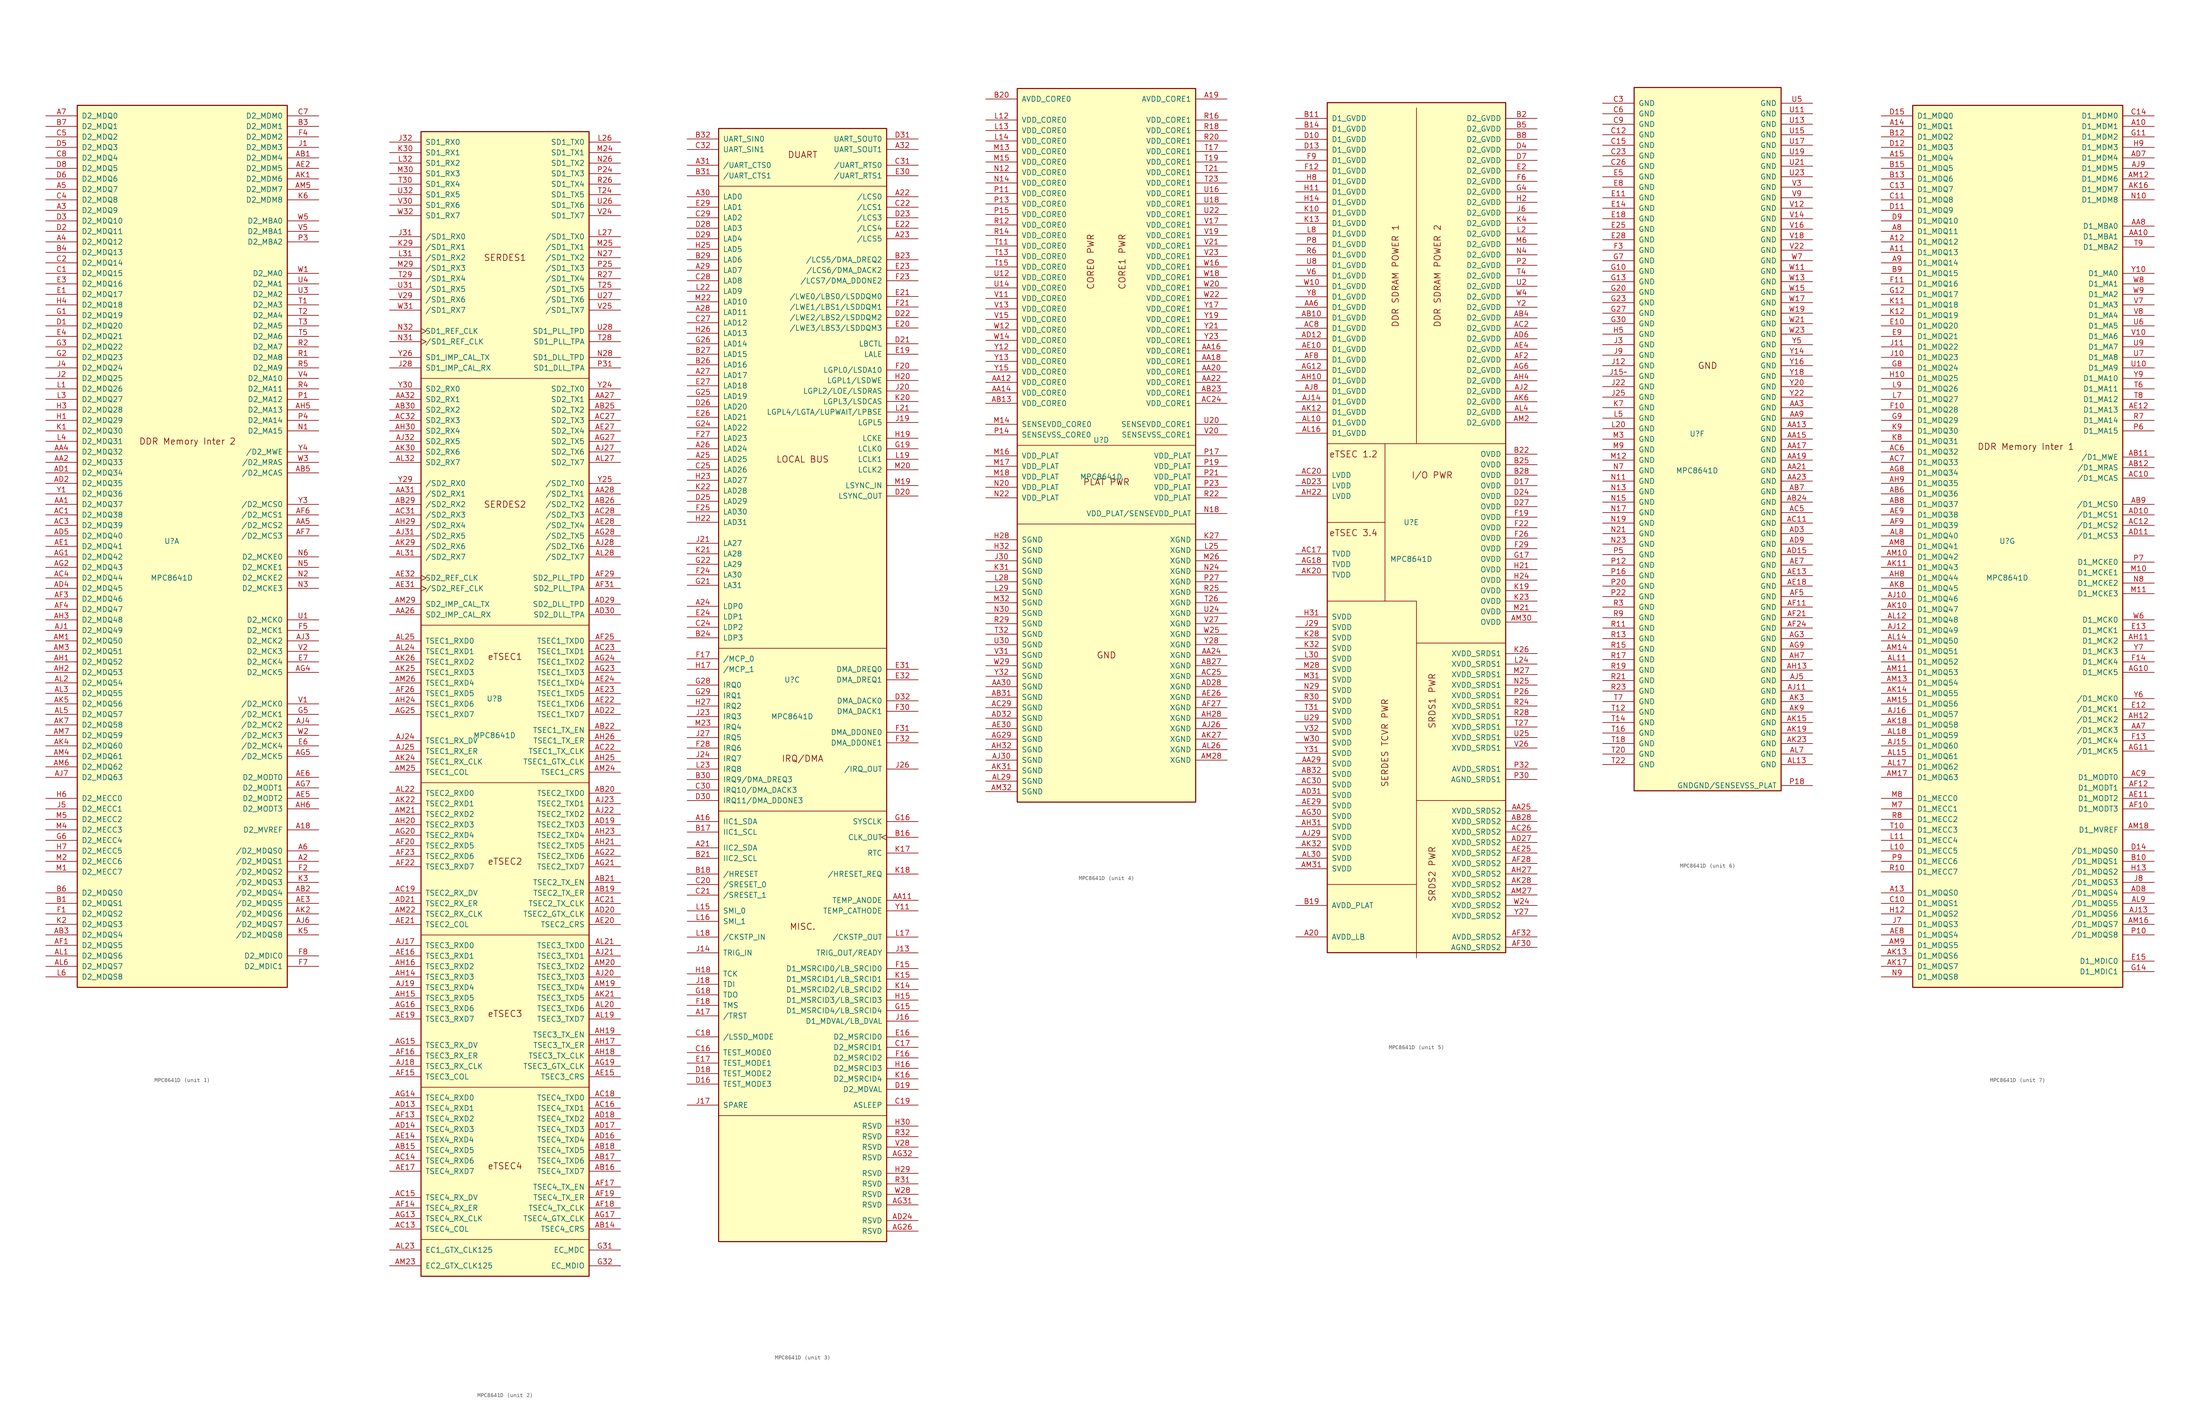
<source format=kicad_sym>
(kicad_symbol_lib
  (version 20220914)
  (generator kicad_symbol_editor)
  (symbol "MPC8641D"
    (pin_names
      (offset 1.016))
    (property "Reference" "U"
      (at -2.54 1.27 0)
      (effects (font (size 1.27 1.27))))
    (property "Value" "MPC8641D"
      (at -2.54 -7.62 0)
      (effects (font (size 1.27 1.27))))
    (property "ki_locked" ""
      (at 0 0 0)
      (effects (font (size 1.27 1.27))))
    (symbol "MPC8641D_1_1"
      (rectangle (start -25.4 106.68) (end 25.4 -106.68) (stroke (width 0.254) (type default)) (fill (type background)))
      (text "DDR Memory Inter 2" (at 1.27 25.4 0) (effects (font (size 1.524 1.524))))
      (pin output line (at 33.02 -68.58 180) (length 7.62) (name "D2_MVREF" (effects (font (size 1.27 1.27)))) (number "A18" (effects (font (size 1.27 1.27)))))
      (pin bidirectional line (at 33.02 -76.2 180) (length 7.62) (name "/D2_MDQS1" (effects (font (size 1.27 1.27)))) (number "A2" (effects (font (size 1.27 1.27)))))
      (pin bidirectional line (at -33.02 81.28 0) (length 7.62) (name "D2_MDQ9" (effects (font (size 1.27 1.27)))) (number "A3" (effects (font (size 1.27 1.27)))))
      (pin bidirectional line (at -33.02 73.66 0) (length 7.62) (name "D2_MDQ12" (effects (font (size 1.27 1.27)))) (number "A4" (effects (font (size 1.27 1.27)))))
      (pin bidirectional line (at -33.02 86.36 0) (length 7.62) (name "D2_MDQ7" (effects (font (size 1.27 1.27)))) (number "A5" (effects (font (size 1.27 1.27)))))
      (pin bidirectional line (at 33.02 -73.66 180) (length 7.62) (name "/D2_MDQS0" (effects (font (size 1.27 1.27)))) (number "A6" (effects (font (size 1.27 1.27)))))
      (pin bidirectional line (at -33.02 104.14 0) (length 7.62) (name "D2_MDQ0" (effects (font (size 1.27 1.27)))) (number "A7" (effects (font (size 1.27 1.27)))))
      (pin bidirectional line (at -33.02 10.16 0) (length 7.62) (name "D2_MDQ37" (effects (font (size 1.27 1.27)))) (number "AA1" (effects (font (size 1.27 1.27)))))
      (pin bidirectional line (at -33.02 20.32 0) (length 7.62) (name "D2_MDQ33" (effects (font (size 1.27 1.27)))) (number "AA2" (effects (font (size 1.27 1.27)))))
      (pin bidirectional line (at -33.02 22.86 0) (length 7.62) (name "D2_MDQ32" (effects (font (size 1.27 1.27)))) (number "AA4" (effects (font (size 1.27 1.27)))))
      (pin output line (at 33.02 5.08 180) (length 7.62) (name "/D2_MCS2" (effects (font (size 1.27 1.27)))) (number "AA5" (effects (font (size 1.27 1.27)))))
      (pin output line (at 33.02 93.98 180) (length 7.62) (name "D2_MDM4" (effects (font (size 1.27 1.27)))) (number "AB1" (effects (font (size 1.27 1.27)))))
      (pin bidirectional line (at 33.02 -83.82 180) (length 7.62) (name "/D2_MDQS4" (effects (font (size 1.27 1.27)))) (number "AB2" (effects (font (size 1.27 1.27)))))
      (pin bidirectional line (at -33.02 -93.98 0) (length 7.62) (name "D2_MDQS4" (effects (font (size 1.27 1.27)))) (number "AB3" (effects (font (size 1.27 1.27)))))
      (pin output line (at 33.02 17.78 180) (length 7.62) (name "/D2_MCAS" (effects (font (size 1.27 1.27)))) (number "AB5" (effects (font (size 1.27 1.27)))))
      (pin bidirectional line (at -33.02 7.62 0) (length 7.62) (name "D2_MDQ38" (effects (font (size 1.27 1.27)))) (number "AC1" (effects (font (size 1.27 1.27)))))
      (pin bidirectional line (at -33.02 5.08 0) (length 7.62) (name "D2_MDQ39" (effects (font (size 1.27 1.27)))) (number "AC3" (effects (font (size 1.27 1.27)))))
      (pin bidirectional line (at -33.02 -7.62 0) (length 7.62) (name "D2_MDQ44" (effects (font (size 1.27 1.27)))) (number "AC4" (effects (font (size 1.27 1.27)))))
      (pin bidirectional line (at -33.02 17.78 0) (length 7.62) (name "D2_MDQ34" (effects (font (size 1.27 1.27)))) (number "AD1" (effects (font (size 1.27 1.27)))))
      (pin bidirectional line (at -33.02 15.24 0) (length 7.62) (name "D2_MDQ35" (effects (font (size 1.27 1.27)))) (number "AD2" (effects (font (size 1.27 1.27)))))
      (pin bidirectional line (at -33.02 -10.16 0) (length 7.62) (name "D2_MDQ45" (effects (font (size 1.27 1.27)))) (number "AD4" (effects (font (size 1.27 1.27)))))
      (pin bidirectional line (at -33.02 2.54 0) (length 7.62) (name "D2_MDQ40" (effects (font (size 1.27 1.27)))) (number "AD5" (effects (font (size 1.27 1.27)))))
      (pin bidirectional line (at -33.02 0 0) (length 7.62) (name "D2_MDQ41" (effects (font (size 1.27 1.27)))) (number "AE1" (effects (font (size 1.27 1.27)))))
      (pin output line (at 33.02 91.44 180) (length 7.62) (name "D2_MDM5" (effects (font (size 1.27 1.27)))) (number "AE2" (effects (font (size 1.27 1.27)))))
      (pin bidirectional line (at 33.02 -86.36 180) (length 7.62) (name "/D2_MDQS5" (effects (font (size 1.27 1.27)))) (number "AE3" (effects (font (size 1.27 1.27)))))
      (pin output line (at 33.02 -60.96 180) (length 7.62) (name "D2_MODT2" (effects (font (size 1.27 1.27)))) (number "AE5" (effects (font (size 1.27 1.27)))))
      (pin output line (at 33.02 -55.88 180) (length 7.62) (name "D2_MODT0" (effects (font (size 1.27 1.27)))) (number "AE6" (effects (font (size 1.27 1.27)))))
      (pin bidirectional line (at -33.02 -96.52 0) (length 7.62) (name "D2_MDQS5" (effects (font (size 1.27 1.27)))) (number "AF1" (effects (font (size 1.27 1.27)))))
      (pin bidirectional line (at -33.02 -12.7 0) (length 7.62) (name "D2_MDQ46" (effects (font (size 1.27 1.27)))) (number "AF3" (effects (font (size 1.27 1.27)))))
      (pin bidirectional line (at -33.02 -15.24 0) (length 7.62) (name "D2_MDQ47" (effects (font (size 1.27 1.27)))) (number "AF4" (effects (font (size 1.27 1.27)))))
      (pin output line (at 33.02 7.62 180) (length 7.62) (name "/D2_MCS1" (effects (font (size 1.27 1.27)))) (number "AF6" (effects (font (size 1.27 1.27)))))
      (pin output line (at 33.02 2.54 180) (length 7.62) (name "/D2_MCS3" (effects (font (size 1.27 1.27)))) (number "AF7" (effects (font (size 1.27 1.27)))))
      (pin bidirectional line (at -33.02 -2.54 0) (length 7.62) (name "D2_MDQ42" (effects (font (size 1.27 1.27)))) (number "AG1" (effects (font (size 1.27 1.27)))))
      (pin bidirectional line (at -33.02 -5.08 0) (length 7.62) (name "D2_MDQ43" (effects (font (size 1.27 1.27)))) (number "AG2" (effects (font (size 1.27 1.27)))))
      (pin output line (at 33.02 -30.48 180) (length 7.62) (name "D2_MCK5" (effects (font (size 1.27 1.27)))) (number "AG4" (effects (font (size 1.27 1.27)))))
      (pin output line (at 33.02 -50.8 180) (length 7.62) (name "/D2_MCK5" (effects (font (size 1.27 1.27)))) (number "AG5" (effects (font (size 1.27 1.27)))))
      (pin output line (at 33.02 -58.42 180) (length 7.62) (name "D2_MODT1" (effects (font (size 1.27 1.27)))) (number "AG7" (effects (font (size 1.27 1.27)))))
      (pin bidirectional line (at -33.02 -27.94 0) (length 7.62) (name "D2_MDQ52" (effects (font (size 1.27 1.27)))) (number "AH1" (effects (font (size 1.27 1.27)))))
      (pin bidirectional line (at -33.02 -30.48 0) (length 7.62) (name "D2_MDQ53" (effects (font (size 1.27 1.27)))) (number "AH2" (effects (font (size 1.27 1.27)))))
      (pin bidirectional line (at -33.02 -17.78 0) (length 7.62) (name "D2_MDQ48" (effects (font (size 1.27 1.27)))) (number "AH3" (effects (font (size 1.27 1.27)))))
      (pin output line (at 33.02 33.02 180) (length 7.62) (name "D2_MA13" (effects (font (size 1.27 1.27)))) (number "AH5" (effects (font (size 1.27 1.27)))))
      (pin output line (at 33.02 -63.5 180) (length 7.62) (name "D2_MODT3" (effects (font (size 1.27 1.27)))) (number "AH6" (effects (font (size 1.27 1.27)))))
      (pin bidirectional line (at -33.02 -20.32 0) (length 7.62) (name "D2_MDQ49" (effects (font (size 1.27 1.27)))) (number "AJ1" (effects (font (size 1.27 1.27)))))
      (pin output line (at 33.02 -22.86 180) (length 7.62) (name "D2_MCK2" (effects (font (size 1.27 1.27)))) (number "AJ3" (effects (font (size 1.27 1.27)))))
      (pin output line (at 33.02 -43.18 180) (length 7.62) (name "/D2_MCK2" (effects (font (size 1.27 1.27)))) (number "AJ4" (effects (font (size 1.27 1.27)))))
      (pin bidirectional line (at 33.02 -91.44 180) (length 7.62) (name "/D2_MDQS7" (effects (font (size 1.27 1.27)))) (number "AJ6" (effects (font (size 1.27 1.27)))))
      (pin bidirectional line (at -33.02 -55.88 0) (length 7.62) (name "D2_MDQ63" (effects (font (size 1.27 1.27)))) (number "AJ7" (effects (font (size 1.27 1.27)))))
      (pin output line (at 33.02 88.9 180) (length 7.62) (name "D2_MDM6" (effects (font (size 1.27 1.27)))) (number "AK1" (effects (font (size 1.27 1.27)))))
      (pin bidirectional line (at 33.02 -88.9 180) (length 7.62) (name "/D2_MDQS6" (effects (font (size 1.27 1.27)))) (number "AK2" (effects (font (size 1.27 1.27)))))
      (pin bidirectional line (at -33.02 -48.26 0) (length 7.62) (name "D2_MDQ60" (effects (font (size 1.27 1.27)))) (number "AK4" (effects (font (size 1.27 1.27)))))
      (pin bidirectional line (at -33.02 -38.1 0) (length 7.62) (name "D2_MDQ56" (effects (font (size 1.27 1.27)))) (number "AK5" (effects (font (size 1.27 1.27)))))
      (pin bidirectional line (at -33.02 -43.18 0) (length 7.62) (name "D2_MDQ58" (effects (font (size 1.27 1.27)))) (number "AK7" (effects (font (size 1.27 1.27)))))
      (pin bidirectional line (at -33.02 -99.06 0) (length 7.62) (name "D2_MDQS6" (effects (font (size 1.27 1.27)))) (number "AL1" (effects (font (size 1.27 1.27)))))
      (pin bidirectional line (at -33.02 -33.02 0) (length 7.62) (name "D2_MDQ54" (effects (font (size 1.27 1.27)))) (number "AL2" (effects (font (size 1.27 1.27)))))
      (pin bidirectional line (at -33.02 -35.56 0) (length 7.62) (name "D2_MDQ55" (effects (font (size 1.27 1.27)))) (number "AL3" (effects (font (size 1.27 1.27)))))
      (pin bidirectional line (at -33.02 -40.64 0) (length 7.62) (name "D2_MDQ57" (effects (font (size 1.27 1.27)))) (number "AL5" (effects (font (size 1.27 1.27)))))
      (pin bidirectional line (at -33.02 -101.6 0) (length 7.62) (name "D2_MDQS7" (effects (font (size 1.27 1.27)))) (number "AL6" (effects (font (size 1.27 1.27)))))
      (pin bidirectional line (at -33.02 -22.86 0) (length 7.62) (name "D2_MDQ50" (effects (font (size 1.27 1.27)))) (number "AM1" (effects (font (size 1.27 1.27)))))
      (pin bidirectional line (at -33.02 -25.4 0) (length 7.62) (name "D2_MDQ51" (effects (font (size 1.27 1.27)))) (number "AM3" (effects (font (size 1.27 1.27)))))
      (pin bidirectional line (at -33.02 -50.8 0) (length 7.62) (name "D2_MDQ61" (effects (font (size 1.27 1.27)))) (number "AM4" (effects (font (size 1.27 1.27)))))
      (pin output line (at 33.02 86.36 180) (length 7.62) (name "D2_MDM7" (effects (font (size 1.27 1.27)))) (number "AM5" (effects (font (size 1.27 1.27)))))
      (pin bidirectional line (at -33.02 -53.34 0) (length 7.62) (name "D2_MDQ62" (effects (font (size 1.27 1.27)))) (number "AM6" (effects (font (size 1.27 1.27)))))
      (pin bidirectional line (at -33.02 -45.72 0) (length 7.62) (name "D2_MDQ59" (effects (font (size 1.27 1.27)))) (number "AM7" (effects (font (size 1.27 1.27)))))
      (pin bidirectional line (at -33.02 -86.36 0) (length 7.62) (name "D2_MDQS1" (effects (font (size 1.27 1.27)))) (number "B1" (effects (font (size 1.27 1.27)))))
      (pin output line (at 33.02 101.6 180) (length 7.62) (name "D2_MDM1" (effects (font (size 1.27 1.27)))) (number "B3" (effects (font (size 1.27 1.27)))))
      (pin bidirectional line (at -33.02 71.12 0) (length 7.62) (name "D2_MDQ13" (effects (font (size 1.27 1.27)))) (number "B4" (effects (font (size 1.27 1.27)))))
      (pin bidirectional line (at -33.02 -83.82 0) (length 7.62) (name "D2_MDQS0" (effects (font (size 1.27 1.27)))) (number "B6" (effects (font (size 1.27 1.27)))))
      (pin bidirectional line (at -33.02 101.6 0) (length 7.62) (name "D2_MDQ1" (effects (font (size 1.27 1.27)))) (number "B7" (effects (font (size 1.27 1.27)))))
      (pin bidirectional line (at -33.02 66.04 0) (length 7.62) (name "D2_MDQ15" (effects (font (size 1.27 1.27)))) (number "C1" (effects (font (size 1.27 1.27)))))
      (pin bidirectional line (at -33.02 68.58 0) (length 7.62) (name "D2_MDQ14" (effects (font (size 1.27 1.27)))) (number "C2" (effects (font (size 1.27 1.27)))))
      (pin bidirectional line (at -33.02 83.82 0) (length 7.62) (name "D2_MDQ8" (effects (font (size 1.27 1.27)))) (number "C4" (effects (font (size 1.27 1.27)))))
      (pin bidirectional line (at -33.02 99.06 0) (length 7.62) (name "D2_MDQ2" (effects (font (size 1.27 1.27)))) (number "C5" (effects (font (size 1.27 1.27)))))
      (pin output line (at 33.02 104.14 180) (length 7.62) (name "D2_MDM0" (effects (font (size 1.27 1.27)))) (number "C7" (effects (font (size 1.27 1.27)))))
      (pin bidirectional line (at -33.02 93.98 0) (length 7.62) (name "D2_MDQ4" (effects (font (size 1.27 1.27)))) (number "C8" (effects (font (size 1.27 1.27)))))
      (pin bidirectional line (at -33.02 53.34 0) (length 7.62) (name "D2_MDQ20" (effects (font (size 1.27 1.27)))) (number "D1" (effects (font (size 1.27 1.27)))))
      (pin bidirectional line (at -33.02 76.2 0) (length 7.62) (name "D2_MDQ11" (effects (font (size 1.27 1.27)))) (number "D2" (effects (font (size 1.27 1.27)))))
      (pin bidirectional line (at -33.02 78.74 0) (length 7.62) (name "D2_MDQ10" (effects (font (size 1.27 1.27)))) (number "D3" (effects (font (size 1.27 1.27)))))
      (pin bidirectional line (at -33.02 96.52 0) (length 7.62) (name "D2_MDQ3" (effects (font (size 1.27 1.27)))) (number "D5" (effects (font (size 1.27 1.27)))))
      (pin bidirectional line (at -33.02 88.9 0) (length 7.62) (name "D2_MDQ6" (effects (font (size 1.27 1.27)))) (number "D6" (effects (font (size 1.27 1.27)))))
      (pin bidirectional line (at -33.02 91.44 0) (length 7.62) (name "D2_MDQ5" (effects (font (size 1.27 1.27)))) (number "D8" (effects (font (size 1.27 1.27)))))
      (pin bidirectional line (at -33.02 60.96 0) (length 7.62) (name "D2_MDQ17" (effects (font (size 1.27 1.27)))) (number "E1" (effects (font (size 1.27 1.27)))))
      (pin bidirectional line (at -33.02 63.5 0) (length 7.62) (name "D2_MDQ16" (effects (font (size 1.27 1.27)))) (number "E3" (effects (font (size 1.27 1.27)))))
      (pin bidirectional line (at -33.02 50.8 0) (length 7.62) (name "D2_MDQ21" (effects (font (size 1.27 1.27)))) (number "E4" (effects (font (size 1.27 1.27)))))
      (pin output line (at 33.02 -48.26 180) (length 7.62) (name "/D2_MCK4" (effects (font (size 1.27 1.27)))) (number "E6" (effects (font (size 1.27 1.27)))))
      (pin output line (at 33.02 -27.94 180) (length 7.62) (name "D2_MCK4" (effects (font (size 1.27 1.27)))) (number "E7" (effects (font (size 1.27 1.27)))))
      (pin bidirectional line (at -33.02 -88.9 0) (length 7.62) (name "D2_MDQS2" (effects (font (size 1.27 1.27)))) (number "F1" (effects (font (size 1.27 1.27)))))
      (pin bidirectional line (at 33.02 -78.74 180) (length 7.62) (name "/D2_MDQS2" (effects (font (size 1.27 1.27)))) (number "F2" (effects (font (size 1.27 1.27)))))
      (pin output line (at 33.02 99.06 180) (length 7.62) (name "D2_MDM2" (effects (font (size 1.27 1.27)))) (number "F4" (effects (font (size 1.27 1.27)))))
      (pin output line (at 33.02 -20.32 180) (length 7.62) (name "D2_MCK1" (effects (font (size 1.27 1.27)))) (number "F5" (effects (font (size 1.27 1.27)))))
      (pin bidirectional line (at 33.02 -101.6 180) (length 7.62) (name "D2_MDIC1" (effects (font (size 1.27 1.27)))) (number "F7" (effects (font (size 1.27 1.27)))))
      (pin bidirectional line (at 33.02 -99.06 180) (length 7.62) (name "D2_MDIC0" (effects (font (size 1.27 1.27)))) (number "F8" (effects (font (size 1.27 1.27)))))
      (pin bidirectional line (at -33.02 55.88 0) (length 7.62) (name "D2_MDQ19" (effects (font (size 1.27 1.27)))) (number "G1" (effects (font (size 1.27 1.27)))))
      (pin bidirectional line (at -33.02 45.72 0) (length 7.62) (name "D2_MDQ23" (effects (font (size 1.27 1.27)))) (number "G2" (effects (font (size 1.27 1.27)))))
      (pin bidirectional line (at -33.02 48.26 0) (length 7.62) (name "D2_MDQ22" (effects (font (size 1.27 1.27)))) (number "G3" (effects (font (size 1.27 1.27)))))
      (pin output line (at 33.02 -40.64 180) (length 7.62) (name "/D2_MCK1" (effects (font (size 1.27 1.27)))) (number "G5" (effects (font (size 1.27 1.27)))))
      (pin bidirectional line (at -33.02 -71.12 0) (length 7.62) (name "D2_MECC4" (effects (font (size 1.27 1.27)))) (number "G6" (effects (font (size 1.27 1.27)))))
      (pin bidirectional line (at -33.02 30.48 0) (length 7.62) (name "D2_MDQ29" (effects (font (size 1.27 1.27)))) (number "H1" (effects (font (size 1.27 1.27)))))
      (pin bidirectional line (at -33.02 33.02 0) (length 7.62) (name "D2_MDQ28" (effects (font (size 1.27 1.27)))) (number "H3" (effects (font (size 1.27 1.27)))))
      (pin bidirectional line (at -33.02 58.42 0) (length 7.62) (name "D2_MDQ18" (effects (font (size 1.27 1.27)))) (number "H4" (effects (font (size 1.27 1.27)))))
      (pin bidirectional line (at -33.02 -60.96 0) (length 7.62) (name "D2_MECC0" (effects (font (size 1.27 1.27)))) (number "H6" (effects (font (size 1.27 1.27)))))
      (pin bidirectional line (at -33.02 -73.66 0) (length 7.62) (name "D2_MECC5" (effects (font (size 1.27 1.27)))) (number "H7" (effects (font (size 1.27 1.27)))))
      (pin output line (at 33.02 96.52 180) (length 7.62) (name "D2_MDM3" (effects (font (size 1.27 1.27)))) (number "J1" (effects (font (size 1.27 1.27)))))
      (pin bidirectional line (at -33.02 40.64 0) (length 7.62) (name "D2_MDQ25" (effects (font (size 1.27 1.27)))) (number "J2" (effects (font (size 1.27 1.27)))))
      (pin bidirectional line (at -33.02 43.18 0) (length 7.62) (name "D2_MDQ24" (effects (font (size 1.27 1.27)))) (number "J4" (effects (font (size 1.27 1.27)))))
      (pin bidirectional line (at -33.02 -63.5 0) (length 7.62) (name "D2_MECC1" (effects (font (size 1.27 1.27)))) (number "J5" (effects (font (size 1.27 1.27)))))
      (pin bidirectional line (at -33.02 27.94 0) (length 7.62) (name "D2_MDQ30" (effects (font (size 1.27 1.27)))) (number "K1" (effects (font (size 1.27 1.27)))))
      (pin bidirectional line (at -33.02 -91.44 0) (length 7.62) (name "D2_MDQS3" (effects (font (size 1.27 1.27)))) (number "K2" (effects (font (size 1.27 1.27)))))
      (pin bidirectional line (at 33.02 -81.28 180) (length 7.62) (name "/D2_MDQS3" (effects (font (size 1.27 1.27)))) (number "K3" (effects (font (size 1.27 1.27)))))
      (pin bidirectional line (at 33.02 -93.98 180) (length 7.62) (name "/D2_MDQS8" (effects (font (size 1.27 1.27)))) (number "K5" (effects (font (size 1.27 1.27)))))
      (pin output line (at 33.02 83.82 180) (length 7.62) (name "D2_MDM8" (effects (font (size 1.27 1.27)))) (number "K6" (effects (font (size 1.27 1.27)))))
      (pin bidirectional line (at -33.02 38.1 0) (length 7.62) (name "D2_MDQ26" (effects (font (size 1.27 1.27)))) (number "L1" (effects (font (size 1.27 1.27)))))
      (pin bidirectional line (at -33.02 35.56 0) (length 7.62) (name "D2_MDQ27" (effects (font (size 1.27 1.27)))) (number "L3" (effects (font (size 1.27 1.27)))))
      (pin bidirectional line (at -33.02 25.4 0) (length 7.62) (name "D2_MDQ31" (effects (font (size 1.27 1.27)))) (number "L4" (effects (font (size 1.27 1.27)))))
      (pin bidirectional line (at -33.02 -104.14 0) (length 7.62) (name "D2_MDQS8" (effects (font (size 1.27 1.27)))) (number "L6" (effects (font (size 1.27 1.27)))))
      (pin bidirectional line (at -33.02 -78.74 0) (length 7.62) (name "D2_MECC7" (effects (font (size 1.27 1.27)))) (number "M1" (effects (font (size 1.27 1.27)))))
      (pin bidirectional line (at -33.02 -76.2 0) (length 7.62) (name "D2_MECC6" (effects (font (size 1.27 1.27)))) (number "M2" (effects (font (size 1.27 1.27)))))
      (pin bidirectional line (at -33.02 -68.58 0) (length 7.62) (name "D2_MECC3" (effects (font (size 1.27 1.27)))) (number "M4" (effects (font (size 1.27 1.27)))))
      (pin bidirectional line (at -33.02 -66.04 0) (length 7.62) (name "D2_MECC2" (effects (font (size 1.27 1.27)))) (number "M5" (effects (font (size 1.27 1.27)))))
      (pin output line (at 33.02 27.94 180) (length 7.62) (name "D2_MA15" (effects (font (size 1.27 1.27)))) (number "N1" (effects (font (size 1.27 1.27)))))
      (pin output line (at 33.02 -7.62 180) (length 7.62) (name "D2_MCKE2" (effects (font (size 1.27 1.27)))) (number "N2" (effects (font (size 1.27 1.27)))))
      (pin output line (at 33.02 -10.16 180) (length 7.62) (name "D2_MCKE3" (effects (font (size 1.27 1.27)))) (number "N3" (effects (font (size 1.27 1.27)))))
      (pin output line (at 33.02 -5.08 180) (length 7.62) (name "D2_MCKE1" (effects (font (size 1.27 1.27)))) (number "N5" (effects (font (size 1.27 1.27)))))
      (pin output line (at 33.02 -2.54 180) (length 7.62) (name "D2_MCKE0" (effects (font (size 1.27 1.27)))) (number "N6" (effects (font (size 1.27 1.27)))))
      (pin output line (at 33.02 35.56 180) (length 7.62) (name "D2_MA12" (effects (font (size 1.27 1.27)))) (number "P1" (effects (font (size 1.27 1.27)))))
      (pin output line (at 33.02 73.66 180) (length 7.62) (name "D2_MBA2" (effects (font (size 1.27 1.27)))) (number "P3" (effects (font (size 1.27 1.27)))))
      (pin output line (at 33.02 30.48 180) (length 7.62) (name "D2_MA14" (effects (font (size 1.27 1.27)))) (number "P4" (effects (font (size 1.27 1.27)))))
      (pin output line (at 33.02 45.72 180) (length 7.62) (name "D2_MA8" (effects (font (size 1.27 1.27)))) (number "R1" (effects (font (size 1.27 1.27)))))
      (pin output line (at 33.02 48.26 180) (length 7.62) (name "D2_MA7" (effects (font (size 1.27 1.27)))) (number "R2" (effects (font (size 1.27 1.27)))))
      (pin output line (at 33.02 38.1 180) (length 7.62) (name "D2_MA11" (effects (font (size 1.27 1.27)))) (number "R4" (effects (font (size 1.27 1.27)))))
      (pin output line (at 33.02 43.18 180) (length 7.62) (name "D2_MA9" (effects (font (size 1.27 1.27)))) (number "R5" (effects (font (size 1.27 1.27)))))
      (pin output line (at 33.02 58.42 180) (length 7.62) (name "D2_MA3" (effects (font (size 1.27 1.27)))) (number "T1" (effects (font (size 1.27 1.27)))))
      (pin output line (at 33.02 55.88 180) (length 7.62) (name "D2_MA4" (effects (font (size 1.27 1.27)))) (number "T2" (effects (font (size 1.27 1.27)))))
      (pin output line (at 33.02 53.34 180) (length 7.62) (name "D2_MA5" (effects (font (size 1.27 1.27)))) (number "T3" (effects (font (size 1.27 1.27)))))
      (pin output line (at 33.02 50.8 180) (length 7.62) (name "D2_MA6" (effects (font (size 1.27 1.27)))) (number "T5" (effects (font (size 1.27 1.27)))))
      (pin output line (at 33.02 -17.78 180) (length 7.62) (name "D2_MCK0" (effects (font (size 1.27 1.27)))) (number "U1" (effects (font (size 1.27 1.27)))))
      (pin output line (at 33.02 60.96 180) (length 7.62) (name "D2_MA2" (effects (font (size 1.27 1.27)))) (number "U3" (effects (font (size 1.27 1.27)))))
      (pin output line (at 33.02 63.5 180) (length 7.62) (name "D2_MA1" (effects (font (size 1.27 1.27)))) (number "U4" (effects (font (size 1.27 1.27)))))
      (pin output line (at 33.02 -38.1 180) (length 7.62) (name "/D2_MCK0" (effects (font (size 1.27 1.27)))) (number "V1" (effects (font (size 1.27 1.27)))))
      (pin output line (at 33.02 -25.4 180) (length 7.62) (name "D2_MCK3" (effects (font (size 1.27 1.27)))) (number "V2" (effects (font (size 1.27 1.27)))))
      (pin output line (at 33.02 40.64 180) (length 7.62) (name "D2_MA10" (effects (font (size 1.27 1.27)))) (number "V4" (effects (font (size 1.27 1.27)))))
      (pin output line (at 33.02 76.2 180) (length 7.62) (name "D2_MBA1" (effects (font (size 1.27 1.27)))) (number "V5" (effects (font (size 1.27 1.27)))))
      (pin output line (at 33.02 66.04 180) (length 7.62) (name "D2_MA0" (effects (font (size 1.27 1.27)))) (number "W1" (effects (font (size 1.27 1.27)))))
      (pin output line (at 33.02 -45.72 180) (length 7.62) (name "/D2_MCK3" (effects (font (size 1.27 1.27)))) (number "W2" (effects (font (size 1.27 1.27)))))
      (pin output line (at 33.02 20.32 180) (length 7.62) (name "/D2_MRAS" (effects (font (size 1.27 1.27)))) (number "W3" (effects (font (size 1.27 1.27)))))
      (pin output line (at 33.02 78.74 180) (length 7.62) (name "D2_MBA0" (effects (font (size 1.27 1.27)))) (number "W5" (effects (font (size 1.27 1.27)))))
      (pin bidirectional line (at -33.02 12.7 0) (length 7.62) (name "D2_MDQ36" (effects (font (size 1.27 1.27)))) (number "Y1" (effects (font (size 1.27 1.27)))))
      (pin output line (at 33.02 10.16 180) (length 7.62) (name "/D2_MCS0" (effects (font (size 1.27 1.27)))) (number "Y3" (effects (font (size 1.27 1.27)))))
      (pin output line (at 33.02 22.86 180) (length 7.62) (name "/D2_MWE" (effects (font (size 1.27 1.27)))) (number "Y4" (effects (font (size 1.27 1.27))))))
    (symbol "MPC8641D_2_1"
      (rectangle (start -20.32 138.43) (end 20.32 -138.43) (stroke (width 0.254) (type default)) (fill (type background)))
      (polyline (pts (xy -20.32 -129.54) (xy 20.32 -129.54) (xy 20.32 -129.54)) (stroke (width 0) (type default)) (fill (type none)))
      (polyline (pts (xy -20.32 -92.71) (xy 20.32 -92.71) (xy 20.32 -92.71)) (stroke (width 0) (type default)) (fill (type none)))
      (polyline (pts (xy -20.32 -55.88) (xy 20.32 -55.88) (xy 20.32 -55.88)) (stroke (width 0) (type default)) (fill (type none)))
      (polyline (pts (xy -20.32 -19.05) (xy 20.32 -19.05) (xy 20.32 -19.05)) (stroke (width 0) (type default)) (fill (type none)))
      (polyline (pts (xy -20.32 19.05) (xy 20.32 19.05) (xy 20.32 19.05)) (stroke (width 0) (type default)) (fill (type none)))
      (polyline (pts (xy -20.32 78.74) (xy 20.32 78.74) (xy 20.32 78.74)) (stroke (width 0) (type default)) (fill (type none)))
      (text "eTSEC1" (at 0 11.43 0) (effects (font (size 1.524 1.524))))
      (text "eTSEC2" (at 0 -38.1 0) (effects (font (size 1.524 1.524))))
      (text "eTSEC3" (at 0 -74.93 0) (effects (font (size 1.524 1.524))))
      (text "eTSEC4" (at 0 -111.76 0) (effects (font (size 1.524 1.524))))
      (text "SERDES1" (at 0 107.95 0) (effects (font (size 1.524 1.524))))
      (text "SERDES2" (at 0 48.26 0) (effects (font (size 1.524 1.524))))
      (pin input line (at -27.94 21.59 0) (length 7.62) (name "SD2_IMP_CAL_RX" (effects (font (size 1.27 1.27)))) (number "AA26" (effects (font (size 1.27 1.27)))))
      (pin output line (at 27.94 73.66 180) (length 7.62) (name "SD2_TX1" (effects (font (size 1.27 1.27)))) (number "AA27" (effects (font (size 1.27 1.27)))))
      (pin output line (at 27.94 50.8 180) (length 7.62) (name "/SD2_TX1" (effects (font (size 1.27 1.27)))) (number "AA28" (effects (font (size 1.27 1.27)))))
      (pin input line (at -27.94 50.8 0) (length 7.62) (name "/SD2_RX1" (effects (font (size 1.27 1.27)))) (number "AA31" (effects (font (size 1.27 1.27)))))
      (pin input line (at -27.94 73.66 0) (length 7.62) (name "SD2_RX1" (effects (font (size 1.27 1.27)))) (number "AA32" (effects (font (size 1.27 1.27)))))
      (pin bidirectional line (at 27.94 -127 180) (length 7.62) (name "TSEC4_CRS" (effects (font (size 1.27 1.27)))) (number "AB14" (effects (font (size 1.27 1.27)))))
      (pin input line (at -27.94 -107.95 0) (length 7.62) (name "TSEC4_RXD5" (effects (font (size 1.27 1.27)))) (number "AB15" (effects (font (size 1.27 1.27)))))
      (pin output line (at 27.94 -113.03 180) (length 7.62) (name "TSEC4_TXD7" (effects (font (size 1.27 1.27)))) (number "AB16" (effects (font (size 1.27 1.27)))))
      (pin output line (at 27.94 -110.49 180) (length 7.62) (name "TSEC4_TXD6" (effects (font (size 1.27 1.27)))) (number "AB17" (effects (font (size 1.27 1.27)))))
      (pin output line (at 27.94 -107.95 180) (length 7.62) (name "TSEC4_TXD5" (effects (font (size 1.27 1.27)))) (number "AB18" (effects (font (size 1.27 1.27)))))
      (pin output line (at 27.94 -45.72 180) (length 7.62) (name "TSEC2_TX_ER" (effects (font (size 1.27 1.27)))) (number "AB19" (effects (font (size 1.27 1.27)))))
      (pin output line (at 27.94 -21.59 180) (length 7.62) (name "TSEC2_TXD0" (effects (font (size 1.27 1.27)))) (number "AB20" (effects (font (size 1.27 1.27)))))
      (pin output line (at 27.94 -43.18 180) (length 7.62) (name "TSEC2_TX_EN" (effects (font (size 1.27 1.27)))) (number "AB21" (effects (font (size 1.27 1.27)))))
      (pin output line (at 27.94 -6.35 180) (length 7.62) (name "TSEC1_TX_EN" (effects (font (size 1.27 1.27)))) (number "AB22" (effects (font (size 1.27 1.27)))))
      (pin output line (at 27.94 71.12 180) (length 7.62) (name "SD2_TX2" (effects (font (size 1.27 1.27)))) (number "AB25" (effects (font (size 1.27 1.27)))))
      (pin output line (at 27.94 48.26 180) (length 7.62) (name "/SD2_TX2" (effects (font (size 1.27 1.27)))) (number "AB26" (effects (font (size 1.27 1.27)))))
      (pin input line (at -27.94 48.26 0) (length 7.62) (name "/SD2_RX2" (effects (font (size 1.27 1.27)))) (number "AB29" (effects (font (size 1.27 1.27)))))
      (pin input line (at -27.94 71.12 0) (length 7.62) (name "SD2_RX2" (effects (font (size 1.27 1.27)))) (number "AB30" (effects (font (size 1.27 1.27)))))
      (pin input line (at -27.94 -127 0) (length 7.62) (name "TSEC4_COL" (effects (font (size 1.27 1.27)))) (number "AC13" (effects (font (size 1.27 1.27)))))
      (pin input line (at -27.94 -110.49 0) (length 7.62) (name "TSEC4_RXD6" (effects (font (size 1.27 1.27)))) (number "AC14" (effects (font (size 1.27 1.27)))))
      (pin input line (at -27.94 -119.38 0) (length 7.62) (name "TSEC4_RX_DV" (effects (font (size 1.27 1.27)))) (number "AC15" (effects (font (size 1.27 1.27)))))
      (pin output line (at 27.94 -97.79 180) (length 7.62) (name "TSEC4_TXD1" (effects (font (size 1.27 1.27)))) (number "AC16" (effects (font (size 1.27 1.27)))))
      (pin output line (at 27.94 -95.25 180) (length 7.62) (name "TSEC4_TXD0" (effects (font (size 1.27 1.27)))) (number "AC18" (effects (font (size 1.27 1.27)))))
      (pin input line (at -27.94 -45.72 0) (length 7.62) (name "TSEC2_RX_DV" (effects (font (size 1.27 1.27)))) (number "AC19" (effects (font (size 1.27 1.27)))))
      (pin input line (at 27.94 -48.26 180) (length 7.62) (name "TSEC2_TX_CLK" (effects (font (size 1.27 1.27)))) (number "AC21" (effects (font (size 1.27 1.27)))))
      (pin input line (at 27.94 -11.43 180) (length 7.62) (name "TSEC1_TX_CLK" (effects (font (size 1.27 1.27)))) (number "AC22" (effects (font (size 1.27 1.27)))))
      (pin output line (at 27.94 12.7 180) (length 7.62) (name "TSEC1_TXD1" (effects (font (size 1.27 1.27)))) (number "AC23" (effects (font (size 1.27 1.27)))))
      (pin output line (at 27.94 68.58 180) (length 7.62) (name "SD2_TX3" (effects (font (size 1.27 1.27)))) (number "AC27" (effects (font (size 1.27 1.27)))))
      (pin output line (at 27.94 45.72 180) (length 7.62) (name "/SD2_TX3" (effects (font (size 1.27 1.27)))) (number "AC28" (effects (font (size 1.27 1.27)))))
      (pin input line (at -27.94 45.72 0) (length 7.62) (name "/SD2_RX3" (effects (font (size 1.27 1.27)))) (number "AC31" (effects (font (size 1.27 1.27)))))
      (pin input line (at -27.94 68.58 0) (length 7.62) (name "SD2_RX3" (effects (font (size 1.27 1.27)))) (number "AC32" (effects (font (size 1.27 1.27)))))
      (pin input line (at -27.94 -97.79 0) (length 7.62) (name "TSEC4_RXD1" (effects (font (size 1.27 1.27)))) (number "AD13" (effects (font (size 1.27 1.27)))))
      (pin input line (at -27.94 -102.87 0) (length 7.62) (name "TSEC4_RXD3" (effects (font (size 1.27 1.27)))) (number "AD14" (effects (font (size 1.27 1.27)))))
      (pin output line (at 27.94 -105.41 180) (length 7.62) (name "TSEC4_TXD4" (effects (font (size 1.27 1.27)))) (number "AD16" (effects (font (size 1.27 1.27)))))
      (pin output line (at 27.94 -102.87 180) (length 7.62) (name "TSEC4_TXD3" (effects (font (size 1.27 1.27)))) (number "AD17" (effects (font (size 1.27 1.27)))))
      (pin output line (at 27.94 -100.33 180) (length 7.62) (name "TSEC4_TXD2" (effects (font (size 1.27 1.27)))) (number "AD18" (effects (font (size 1.27 1.27)))))
      (pin output line (at 27.94 -29.21 180) (length 7.62) (name "TSEC2_TXD3" (effects (font (size 1.27 1.27)))) (number "AD19" (effects (font (size 1.27 1.27)))))
      (pin output line (at 27.94 -50.8 180) (length 7.62) (name "TSEC2_GTX_CLK" (effects (font (size 1.27 1.27)))) (number "AD20" (effects (font (size 1.27 1.27)))))
      (pin input line (at -27.94 -48.26 0) (length 7.62) (name "TSEC2_RX_ER" (effects (font (size 1.27 1.27)))) (number "AD21" (effects (font (size 1.27 1.27)))))
      (pin output line (at 27.94 -2.54 180) (length 7.62) (name "TSEC1_TXD7" (effects (font (size 1.27 1.27)))) (number "AD22" (effects (font (size 1.27 1.27)))))
      (pin output line (at 27.94 24.13 180) (length 7.62) (name "SD2_DLL_TPD" (effects (font (size 1.27 1.27)))) (number "AD29" (effects (font (size 1.27 1.27)))))
      (pin output line (at 27.94 21.59 180) (length 7.62) (name "SD2_DLL_TPA" (effects (font (size 1.27 1.27)))) (number "AD30" (effects (font (size 1.27 1.27)))))
      (pin input line (at -27.94 -105.41 0) (length 7.62) (name "TSEX4_RXD4" (effects (font (size 1.27 1.27)))) (number "AE14" (effects (font (size 1.27 1.27)))))
      (pin bidirectional line (at 27.94 -90.17 180) (length 7.62) (name "TSEC3_CRS" (effects (font (size 1.27 1.27)))) (number "AE15" (effects (font (size 1.27 1.27)))))
      (pin input line (at -27.94 -60.96 0) (length 7.62) (name "TSEC3_RXD1" (effects (font (size 1.27 1.27)))) (number "AE16" (effects (font (size 1.27 1.27)))))
      (pin input line (at -27.94 -113.03 0) (length 7.62) (name "TSEC4_RXD7" (effects (font (size 1.27 1.27)))) (number "AE17" (effects (font (size 1.27 1.27)))))
      (pin input line (at -27.94 -76.2 0) (length 7.62) (name "TSEC3_RXD7" (effects (font (size 1.27 1.27)))) (number "AE19" (effects (font (size 1.27 1.27)))))
      (pin bidirectional line (at 27.94 -53.34 180) (length 7.62) (name "TSEC2_CRS" (effects (font (size 1.27 1.27)))) (number "AE20" (effects (font (size 1.27 1.27)))))
      (pin input line (at -27.94 -53.34 0) (length 7.62) (name "TSEC2_COL" (effects (font (size 1.27 1.27)))) (number "AE21" (effects (font (size 1.27 1.27)))))
      (pin output line (at 27.94 0 180) (length 7.62) (name "TSEC1_TXD6" (effects (font (size 1.27 1.27)))) (number "AE22" (effects (font (size 1.27 1.27)))))
      (pin output line (at 27.94 2.54 180) (length 7.62) (name "TSEC1_TXD5" (effects (font (size 1.27 1.27)))) (number "AE23" (effects (font (size 1.27 1.27)))))
      (pin output line (at 27.94 5.08 180) (length 7.62) (name "TSEC1_TXD4" (effects (font (size 1.27 1.27)))) (number "AE24" (effects (font (size 1.27 1.27)))))
      (pin output line (at 27.94 66.04 180) (length 7.62) (name "SD2_TX4" (effects (font (size 1.27 1.27)))) (number "AE27" (effects (font (size 1.27 1.27)))))
      (pin output line (at 27.94 43.18 180) (length 7.62) (name "/SD2_TX4" (effects (font (size 1.27 1.27)))) (number "AE28" (effects (font (size 1.27 1.27)))))
      (pin input clock (at -27.94 27.94 0) (length 7.62) (name "/SD2_REF_CLK" (effects (font (size 1.27 1.27)))) (number "AE31" (effects (font (size 1.27 1.27)))))
      (pin input clock (at -27.94 30.48 0) (length 7.62) (name "SD2_REF_CLK" (effects (font (size 1.27 1.27)))) (number "AE32" (effects (font (size 1.27 1.27)))))
      (pin input line (at -27.94 -100.33 0) (length 7.62) (name "TSEC4_RXD2" (effects (font (size 1.27 1.27)))) (number "AF13" (effects (font (size 1.27 1.27)))))
      (pin input line (at -27.94 -121.92 0) (length 7.62) (name "TSEC4_RX_ER" (effects (font (size 1.27 1.27)))) (number "AF14" (effects (font (size 1.27 1.27)))))
      (pin input line (at -27.94 -90.17 0) (length 7.62) (name "TSEC3_COL" (effects (font (size 1.27 1.27)))) (number "AF15" (effects (font (size 1.27 1.27)))))
      (pin input line (at -27.94 -85.09 0) (length 7.62) (name "TSEC3_RX_ER" (effects (font (size 1.27 1.27)))) (number "AF16" (effects (font (size 1.27 1.27)))))
      (pin output line (at 27.94 -116.84 180) (length 7.62) (name "TSEC4_TX_EN" (effects (font (size 1.27 1.27)))) (number "AF17" (effects (font (size 1.27 1.27)))))
      (pin input line (at 27.94 -121.92 180) (length 7.62) (name "TSEC4_TX_CLK" (effects (font (size 1.27 1.27)))) (number "AF18" (effects (font (size 1.27 1.27)))))
      (pin output line (at 27.94 -119.38 180) (length 7.62) (name "TSEC4_TX_ER" (effects (font (size 1.27 1.27)))) (number "AF19" (effects (font (size 1.27 1.27)))))
      (pin input line (at -27.94 -34.29 0) (length 7.62) (name "TSEC2_RXD5" (effects (font (size 1.27 1.27)))) (number "AF20" (effects (font (size 1.27 1.27)))))
      (pin input line (at -27.94 -39.37 0) (length 7.62) (name "TSEC3_RXD7" (effects (font (size 1.27 1.27)))) (number "AF22" (effects (font (size 1.27 1.27)))))
      (pin input line (at -27.94 -36.83 0) (length 7.62) (name "TSEC2_RXD6" (effects (font (size 1.27 1.27)))) (number "AF23" (effects (font (size 1.27 1.27)))))
      (pin output line (at 27.94 15.24 180) (length 7.62) (name "TSEC1_TXD0" (effects (font (size 1.27 1.27)))) (number "AF25" (effects (font (size 1.27 1.27)))))
      (pin input line (at -27.94 2.54 0) (length 7.62) (name "TSEC1_RXD5" (effects (font (size 1.27 1.27)))) (number "AF26" (effects (font (size 1.27 1.27)))))
      (pin output line (at 27.94 30.48 180) (length 7.62) (name "SD2_PLL_TPD" (effects (font (size 1.27 1.27)))) (number "AF29" (effects (font (size 1.27 1.27)))))
      (pin output line (at 27.94 27.94 180) (length 7.62) (name "SD2_PLL_TPA" (effects (font (size 1.27 1.27)))) (number "AF31" (effects (font (size 1.27 1.27)))))
      (pin input line (at -27.94 -124.46 0) (length 7.62) (name "TSEC4_RX_CLK" (effects (font (size 1.27 1.27)))) (number "AG13" (effects (font (size 1.27 1.27)))))
      (pin input line (at -27.94 -95.25 0) (length 7.62) (name "TSEC4_RXD0" (effects (font (size 1.27 1.27)))) (number "AG14" (effects (font (size 1.27 1.27)))))
      (pin input line (at -27.94 -82.55 0) (length 7.62) (name "TSEC3_RX_DV" (effects (font (size 1.27 1.27)))) (number "AG15" (effects (font (size 1.27 1.27)))))
      (pin input line (at -27.94 -73.66 0) (length 7.62) (name "TSEC3_RXD6" (effects (font (size 1.27 1.27)))) (number "AG16" (effects (font (size 1.27 1.27)))))
      (pin output line (at 27.94 -124.46 180) (length 7.62) (name "TSEC4_GTX_CLK" (effects (font (size 1.27 1.27)))) (number "AG17" (effects (font (size 1.27 1.27)))))
      (pin output line (at 27.94 -87.63 180) (length 7.62) (name "TSEC3_GTX_CLK" (effects (font (size 1.27 1.27)))) (number "AG19" (effects (font (size 1.27 1.27)))))
      (pin input line (at -27.94 -31.75 0) (length 7.62) (name "TSEC2_RXD4" (effects (font (size 1.27 1.27)))) (number "AG20" (effects (font (size 1.27 1.27)))))
      (pin output line (at 27.94 -39.37 180) (length 7.62) (name "TSEC2_TXD7" (effects (font (size 1.27 1.27)))) (number "AG21" (effects (font (size 1.27 1.27)))))
      (pin output line (at 27.94 -36.83 180) (length 7.62) (name "TSEC2_TXD6" (effects (font (size 1.27 1.27)))) (number "AG22" (effects (font (size 1.27 1.27)))))
      (pin output line (at 27.94 7.62 180) (length 7.62) (name "TSEC1_TXD3" (effects (font (size 1.27 1.27)))) (number "AG23" (effects (font (size 1.27 1.27)))))
      (pin output line (at 27.94 10.16 180) (length 7.62) (name "TSEC1_TXD2" (effects (font (size 1.27 1.27)))) (number "AG24" (effects (font (size 1.27 1.27)))))
      (pin input line (at -27.94 -2.54 0) (length 7.62) (name "TSEC1_RXD7" (effects (font (size 1.27 1.27)))) (number "AG25" (effects (font (size 1.27 1.27)))))
      (pin output line (at 27.94 63.5 180) (length 7.62) (name "SD2_TX5" (effects (font (size 1.27 1.27)))) (number "AG27" (effects (font (size 1.27 1.27)))))
      (pin output line (at 27.94 40.64 180) (length 7.62) (name "/SD2_TX5" (effects (font (size 1.27 1.27)))) (number "AG28" (effects (font (size 1.27 1.27)))))
      (pin input line (at -27.94 -66.04 0) (length 7.62) (name "TSEC3_RXD3" (effects (font (size 1.27 1.27)))) (number "AH14" (effects (font (size 1.27 1.27)))))
      (pin input line (at -27.94 -71.12 0) (length 7.62) (name "TSEC3_RXD5" (effects (font (size 1.27 1.27)))) (number "AH15" (effects (font (size 1.27 1.27)))))
      (pin input line (at -27.94 -63.5 0) (length 7.62) (name "TSEC3_RXD2" (effects (font (size 1.27 1.27)))) (number "AH16" (effects (font (size 1.27 1.27)))))
      (pin output line (at 27.94 -82.55 180) (length 7.62) (name "TSEC3_TX_ER" (effects (font (size 1.27 1.27)))) (number "AH17" (effects (font (size 1.27 1.27)))))
      (pin input line (at 27.94 -85.09 180) (length 7.62) (name "TSEC3_TX_CLK" (effects (font (size 1.27 1.27)))) (number "AH18" (effects (font (size 1.27 1.27)))))
      (pin output line (at 27.94 -80.01 180) (length 7.62) (name "TSEC3_TX_EN" (effects (font (size 1.27 1.27)))) (number "AH19" (effects (font (size 1.27 1.27)))))
      (pin input line (at -27.94 -29.21 0) (length 7.62) (name "TSEC2_RXD3" (effects (font (size 1.27 1.27)))) (number "AH20" (effects (font (size 1.27 1.27)))))
      (pin output line (at 27.94 -34.29 180) (length 7.62) (name "TSEC2_TXD5" (effects (font (size 1.27 1.27)))) (number "AH21" (effects (font (size 1.27 1.27)))))
      (pin output line (at 27.94 -31.75 180) (length 7.62) (name "TSEC2_TXD4" (effects (font (size 1.27 1.27)))) (number "AH23" (effects (font (size 1.27 1.27)))))
      (pin input line (at -27.94 0 0) (length 7.62) (name "TSEC1_RXD6" (effects (font (size 1.27 1.27)))) (number "AH24" (effects (font (size 1.27 1.27)))))
      (pin output line (at 27.94 -13.97 180) (length 7.62) (name "TSEC1_GTX_CLK" (effects (font (size 1.27 1.27)))) (number "AH25" (effects (font (size 1.27 1.27)))))
      (pin output line (at 27.94 -8.89 180) (length 7.62) (name "TSEC1_TX_ER" (effects (font (size 1.27 1.27)))) (number "AH26" (effects (font (size 1.27 1.27)))))
      (pin input line (at -27.94 43.18 0) (length 7.62) (name "/SD2_RX4" (effects (font (size 1.27 1.27)))) (number "AH29" (effects (font (size 1.27 1.27)))))
      (pin input line (at -27.94 66.04 0) (length 7.62) (name "SD2_RX4" (effects (font (size 1.27 1.27)))) (number "AH30" (effects (font (size 1.27 1.27)))))
      (pin input line (at -27.94 -58.42 0) (length 7.62) (name "TSEC3_RXD0" (effects (font (size 1.27 1.27)))) (number "AJ17" (effects (font (size 1.27 1.27)))))
      (pin input line (at -27.94 -87.63 0) (length 7.62) (name "TSEC3_RX_CLK" (effects (font (size 1.27 1.27)))) (number "AJ18" (effects (font (size 1.27 1.27)))))
      (pin input line (at -27.94 -68.58 0) (length 7.62) (name "TSEC3_RXD4" (effects (font (size 1.27 1.27)))) (number "AJ19" (effects (font (size 1.27 1.27)))))
      (pin output line (at 27.94 -66.04 180) (length 7.62) (name "TSEC3_TXD3" (effects (font (size 1.27 1.27)))) (number "AJ20" (effects (font (size 1.27 1.27)))))
      (pin output line (at 27.94 -60.96 180) (length 7.62) (name "TSEC3_TXD1" (effects (font (size 1.27 1.27)))) (number "AJ21" (effects (font (size 1.27 1.27)))))
      (pin output line (at 27.94 -26.67 180) (length 7.62) (name "TSEC2_TXD2" (effects (font (size 1.27 1.27)))) (number "AJ22" (effects (font (size 1.27 1.27)))))
      (pin output line (at 27.94 -24.13 180) (length 7.62) (name "TSEC2_TXD1" (effects (font (size 1.27 1.27)))) (number "AJ23" (effects (font (size 1.27 1.27)))))
      (pin input line (at -27.94 -8.89 0) (length 7.62) (name "TSEC1_RX_DV" (effects (font (size 1.27 1.27)))) (number "AJ24" (effects (font (size 1.27 1.27)))))
      (pin input line (at -27.94 -11.43 0) (length 7.62) (name "TSEC1_RX_ER" (effects (font (size 1.27 1.27)))) (number "AJ25" (effects (font (size 1.27 1.27)))))
      (pin output line (at 27.94 60.96 180) (length 7.62) (name "SD2_TX6" (effects (font (size 1.27 1.27)))) (number "AJ27" (effects (font (size 1.27 1.27)))))
      (pin output line (at 27.94 38.1 180) (length 7.62) (name "/SD2_TX6" (effects (font (size 1.27 1.27)))) (number "AJ28" (effects (font (size 1.27 1.27)))))
      (pin input line (at -27.94 40.64 0) (length 7.62) (name "/SD2_RX5" (effects (font (size 1.27 1.27)))) (number "AJ31" (effects (font (size 1.27 1.27)))))
      (pin input line (at -27.94 63.5 0) (length 7.62) (name "SD2_RX5" (effects (font (size 1.27 1.27)))) (number "AJ32" (effects (font (size 1.27 1.27)))))
      (pin output line (at 27.94 -71.12 180) (length 7.62) (name "TSEC3_TXD5" (effects (font (size 1.27 1.27)))) (number "AK21" (effects (font (size 1.27 1.27)))))
      (pin input line (at -27.94 -24.13 0) (length 7.62) (name "TSEC2_RXD1" (effects (font (size 1.27 1.27)))) (number "AK22" (effects (font (size 1.27 1.27)))))
      (pin input line (at -27.94 -13.97 0) (length 7.62) (name "TSEC1_RX_CLK" (effects (font (size 1.27 1.27)))) (number "AK24" (effects (font (size 1.27 1.27)))))
      (pin input line (at -27.94 7.62 0) (length 7.62) (name "TSEC1_RXD3" (effects (font (size 1.27 1.27)))) (number "AK25" (effects (font (size 1.27 1.27)))))
      (pin input line (at -27.94 10.16 0) (length 7.62) (name "TSEC1_RXD2" (effects (font (size 1.27 1.27)))) (number "AK26" (effects (font (size 1.27 1.27)))))
      (pin input line (at -27.94 38.1 0) (length 7.62) (name "/SD2_RX6" (effects (font (size 1.27 1.27)))) (number "AK29" (effects (font (size 1.27 1.27)))))
      (pin input line (at -27.94 60.96 0) (length 7.62) (name "SD2_RX6" (effects (font (size 1.27 1.27)))) (number "AK30" (effects (font (size 1.27 1.27)))))
      (pin output line (at 27.94 -76.2 180) (length 7.62) (name "TSEC3_TXD7" (effects (font (size 1.27 1.27)))) (number "AL19" (effects (font (size 1.27 1.27)))))
      (pin output line (at 27.94 -73.66 180) (length 7.62) (name "TSEC3_TXD6" (effects (font (size 1.27 1.27)))) (number "AL20" (effects (font (size 1.27 1.27)))))
      (pin output line (at 27.94 -58.42 180) (length 7.62) (name "TSEC3_TXD0" (effects (font (size 1.27 1.27)))) (number "AL21" (effects (font (size 1.27 1.27)))))
      (pin input line (at -27.94 -21.59 0) (length 7.62) (name "TSEC2_RXD0" (effects (font (size 1.27 1.27)))) (number "AL22" (effects (font (size 1.27 1.27)))))
      (pin input line (at -27.94 -132.08 0) (length 7.62) (name "EC1_GTX_CLK125" (effects (font (size 1.27 1.27)))) (number "AL23" (effects (font (size 1.27 1.27)))))
      (pin input line (at -27.94 12.7 0) (length 7.62) (name "TSEC1_RXD1" (effects (font (size 1.27 1.27)))) (number "AL24" (effects (font (size 1.27 1.27)))))
      (pin input line (at -27.94 15.24 0) (length 7.62) (name "TSEC1_RXD0" (effects (font (size 1.27 1.27)))) (number "AL25" (effects (font (size 1.27 1.27)))))
      (pin output line (at 27.94 58.42 180) (length 7.62) (name "SD2_TX7" (effects (font (size 1.27 1.27)))) (number "AL27" (effects (font (size 1.27 1.27)))))
      (pin output line (at 27.94 35.56 180) (length 7.62) (name "/SD2_TX7" (effects (font (size 1.27 1.27)))) (number "AL28" (effects (font (size 1.27 1.27)))))
      (pin input line (at -27.94 35.56 0) (length 7.62) (name "/SD2_RX7" (effects (font (size 1.27 1.27)))) (number "AL31" (effects (font (size 1.27 1.27)))))
      (pin input line (at -27.94 58.42 0) (length 7.62) (name "SD2_RX7" (effects (font (size 1.27 1.27)))) (number "AL32" (effects (font (size 1.27 1.27)))))
      (pin output line (at 27.94 -68.58 180) (length 7.62) (name "TSEC3_TXD4" (effects (font (size 1.27 1.27)))) (number "AM19" (effects (font (size 1.27 1.27)))))
      (pin output line (at 27.94 -63.5 180) (length 7.62) (name "TSEC3_TXD2" (effects (font (size 1.27 1.27)))) (number "AM20" (effects (font (size 1.27 1.27)))))
      (pin input line (at -27.94 -26.67 0) (length 7.62) (name "TSEC2_RXD2" (effects (font (size 1.27 1.27)))) (number "AM21" (effects (font (size 1.27 1.27)))))
      (pin input line (at -27.94 -50.8 0) (length 7.62) (name "TSEC2_RX_CLK" (effects (font (size 1.27 1.27)))) (number "AM22" (effects (font (size 1.27 1.27)))))
      (pin input line (at -27.94 -135.89 0) (length 7.62) (name "EC2_GTX_CLK125" (effects (font (size 1.27 1.27)))) (number "AM23" (effects (font (size 1.27 1.27)))))
      (pin bidirectional line (at 27.94 -16.51 180) (length 7.62) (name "TSEC1_CRS" (effects (font (size 1.27 1.27)))) (number "AM24" (effects (font (size 1.27 1.27)))))
      (pin input line (at -27.94 -16.51 0) (length 7.62) (name "TSEC1_COL" (effects (font (size 1.27 1.27)))) (number "AM25" (effects (font (size 1.27 1.27)))))
      (pin input line (at -27.94 5.08 0) (length 7.62) (name "TSEC1_RXD4" (effects (font (size 1.27 1.27)))) (number "AM26" (effects (font (size 1.27 1.27)))))
      (pin input line (at -27.94 24.13 0) (length 7.62) (name "SD2_IMP_CAL_TX" (effects (font (size 1.27 1.27)))) (number "AM29" (effects (font (size 1.27 1.27)))))
      (pin output line (at 27.94 -132.08 180) (length 7.62) (name "EC_MDC" (effects (font (size 1.27 1.27)))) (number "G31" (effects (font (size 1.27 1.27)))))
      (pin bidirectional line (at 27.94 -135.89 180) (length 7.62) (name "EC_MDIO" (effects (font (size 1.27 1.27)))) (number "G32" (effects (font (size 1.27 1.27)))))
      (pin input line (at -27.94 81.28 0) (length 7.62) (name "SD1_IMP_CAL_RX" (effects (font (size 1.27 1.27)))) (number "J28" (effects (font (size 1.27 1.27)))))
      (pin input line (at -27.94 113.03 0) (length 7.62) (name "/SD1_RX0" (effects (font (size 1.27 1.27)))) (number "J31" (effects (font (size 1.27 1.27)))))
      (pin input line (at -27.94 135.89 0) (length 7.62) (name "SD1_RX0" (effects (font (size 1.27 1.27)))) (number "J32" (effects (font (size 1.27 1.27)))))
      (pin input line (at -27.94 110.49 0) (length 7.62) (name "/SD1_RX1" (effects (font (size 1.27 1.27)))) (number "K29" (effects (font (size 1.27 1.27)))))
      (pin input line (at -27.94 133.35 0) (length 7.62) (name "SD1_RX1" (effects (font (size 1.27 1.27)))) (number "K30" (effects (font (size 1.27 1.27)))))
      (pin output line (at 27.94 135.89 180) (length 7.62) (name "SD1_TX0" (effects (font (size 1.27 1.27)))) (number "L26" (effects (font (size 1.27 1.27)))))
      (pin output line (at 27.94 113.03 180) (length 7.62) (name "/SD1_TX0" (effects (font (size 1.27 1.27)))) (number "L27" (effects (font (size 1.27 1.27)))))
      (pin input line (at -27.94 107.95 0) (length 7.62) (name "/SD1_RX2" (effects (font (size 1.27 1.27)))) (number "L31" (effects (font (size 1.27 1.27)))))
      (pin input line (at -27.94 130.81 0) (length 7.62) (name "SD1_RX2" (effects (font (size 1.27 1.27)))) (number "L32" (effects (font (size 1.27 1.27)))))
      (pin output line (at 27.94 133.35 180) (length 7.62) (name "SD1_TX1" (effects (font (size 1.27 1.27)))) (number "M24" (effects (font (size 1.27 1.27)))))
      (pin output line (at 27.94 110.49 180) (length 7.62) (name "/SD1_TX1" (effects (font (size 1.27 1.27)))) (number "M25" (effects (font (size 1.27 1.27)))))
      (pin input line (at -27.94 105.41 0) (length 7.62) (name "/SD1_RX3" (effects (font (size 1.27 1.27)))) (number "M29" (effects (font (size 1.27 1.27)))))
      (pin input line (at -27.94 128.27 0) (length 7.62) (name "SD1_RX3" (effects (font (size 1.27 1.27)))) (number "M30" (effects (font (size 1.27 1.27)))))
      (pin output line (at 27.94 130.81 180) (length 7.62) (name "SD1_TX2" (effects (font (size 1.27 1.27)))) (number "N26" (effects (font (size 1.27 1.27)))))
      (pin output line (at 27.94 107.95 180) (length 7.62) (name "/SD1_TX2" (effects (font (size 1.27 1.27)))) (number "N27" (effects (font (size 1.27 1.27)))))
      (pin output line (at 27.94 83.82 180) (length 7.62) (name "SD1_DLL_TPD" (effects (font (size 1.27 1.27)))) (number "N28" (effects (font (size 1.27 1.27)))))
      (pin input clock (at -27.94 87.63 0) (length 7.62) (name "/SD1_REF_CLK" (effects (font (size 1.27 1.27)))) (number "N31" (effects (font (size 1.27 1.27)))))
      (pin input clock (at -27.94 90.17 0) (length 7.62) (name "SD1_REF_CLK" (effects (font (size 1.27 1.27)))) (number "N32" (effects (font (size 1.27 1.27)))))
      (pin output line (at 27.94 128.27 180) (length 7.62) (name "SD1_TX3" (effects (font (size 1.27 1.27)))) (number "P24" (effects (font (size 1.27 1.27)))))
      (pin output line (at 27.94 105.41 180) (length 7.62) (name "/SD1_TX3" (effects (font (size 1.27 1.27)))) (number "P25" (effects (font (size 1.27 1.27)))))
      (pin output line (at 27.94 81.28 180) (length 7.62) (name "SD1_DLL_TPA" (effects (font (size 1.27 1.27)))) (number "P31" (effects (font (size 1.27 1.27)))))
      (pin output line (at 27.94 125.73 180) (length 7.62) (name "SD1_TX4" (effects (font (size 1.27 1.27)))) (number "R26" (effects (font (size 1.27 1.27)))))
      (pin output line (at 27.94 102.87 180) (length 7.62) (name "/SD1_TX4" (effects (font (size 1.27 1.27)))) (number "R27" (effects (font (size 1.27 1.27)))))
      (pin output line (at 27.94 123.19 180) (length 7.62) (name "SD1_TX5" (effects (font (size 1.27 1.27)))) (number "T24" (effects (font (size 1.27 1.27)))))
      (pin output line (at 27.94 100.33 180) (length 7.62) (name "/SD1_TX5" (effects (font (size 1.27 1.27)))) (number "T25" (effects (font (size 1.27 1.27)))))
      (pin output line (at 27.94 87.63 180) (length 7.62) (name "SD1_PLL_TPA" (effects (font (size 1.27 1.27)))) (number "T28" (effects (font (size 1.27 1.27)))))
      (pin input line (at -27.94 102.87 0) (length 7.62) (name "/SD1_RX4" (effects (font (size 1.27 1.27)))) (number "T29" (effects (font (size 1.27 1.27)))))
      (pin input line (at -27.94 125.73 0) (length 7.62) (name "SD1_RX4" (effects (font (size 1.27 1.27)))) (number "T30" (effects (font (size 1.27 1.27)))))
      (pin output line (at 27.94 120.65 180) (length 7.62) (name "SD1_TX6" (effects (font (size 1.27 1.27)))) (number "U26" (effects (font (size 1.27 1.27)))))
      (pin output line (at 27.94 97.79 180) (length 7.62) (name "/SD1_TX6" (effects (font (size 1.27 1.27)))) (number "U27" (effects (font (size 1.27 1.27)))))
      (pin output line (at 27.94 90.17 180) (length 7.62) (name "SD1_PLL_TPD" (effects (font (size 1.27 1.27)))) (number "U28" (effects (font (size 1.27 1.27)))))
      (pin input line (at -27.94 100.33 0) (length 7.62) (name "/SD1_RX5" (effects (font (size 1.27 1.27)))) (number "U31" (effects (font (size 1.27 1.27)))))
      (pin input line (at -27.94 123.19 0) (length 7.62) (name "SD1_RX5" (effects (font (size 1.27 1.27)))) (number "U32" (effects (font (size 1.27 1.27)))))
      (pin output line (at 27.94 118.11 180) (length 7.62) (name "SD1_TX7" (effects (font (size 1.27 1.27)))) (number "V24" (effects (font (size 1.27 1.27)))))
      (pin output line (at 27.94 95.25 180) (length 7.62) (name "/SD1_TX7" (effects (font (size 1.27 1.27)))) (number "V25" (effects (font (size 1.27 1.27)))))
      (pin input line (at -27.94 97.79 0) (length 7.62) (name "/SD1_RX6" (effects (font (size 1.27 1.27)))) (number "V29" (effects (font (size 1.27 1.27)))))
      (pin input line (at -27.94 120.65 0) (length 7.62) (name "SD1_RX6" (effects (font (size 1.27 1.27)))) (number "V30" (effects (font (size 1.27 1.27)))))
      (pin input line (at -27.94 95.25 0) (length 7.62) (name "/SD1_RX7" (effects (font (size 1.27 1.27)))) (number "W31" (effects (font (size 1.27 1.27)))))
      (pin input line (at -27.94 118.11 0) (length 7.62) (name "SD1_RX7" (effects (font (size 1.27 1.27)))) (number "W32" (effects (font (size 1.27 1.27)))))
      (pin output line (at 27.94 76.2 180) (length 7.62) (name "SD2_TX0" (effects (font (size 1.27 1.27)))) (number "Y24" (effects (font (size 1.27 1.27)))))
      (pin output line (at 27.94 53.34 180) (length 7.62) (name "/SD2_TX0" (effects (font (size 1.27 1.27)))) (number "Y25" (effects (font (size 1.27 1.27)))))
      (pin input line (at -27.94 83.82 0) (length 7.62) (name "SD1_IMP_CAL_TX" (effects (font (size 1.27 1.27)))) (number "Y26" (effects (font (size 1.27 1.27)))))
      (pin input line (at -27.94 53.34 0) (length 7.62) (name "/SD2_RX0" (effects (font (size 1.27 1.27)))) (number "Y29" (effects (font (size 1.27 1.27)))))
      (pin input line (at -27.94 76.2 0) (length 7.62) (name "SD2_RX0" (effects (font (size 1.27 1.27)))) (number "Y30" (effects (font (size 1.27 1.27))))))
    (symbol "MPC8641D_3_1"
      (polyline (pts (xy -20.32 -104.14) (xy 20.32 -104.14) (xy 20.32 -104.14)) (stroke (width 0) (type default)) (fill (type none)))
      (polyline (pts (xy -20.32 -30.48) (xy 20.32 -30.48) (xy 20.32 -30.48)) (stroke (width 0) (type default)) (fill (type none)))
      (polyline (pts (xy -20.32 8.89) (xy 20.32 8.89) (xy 20.32 8.89)) (stroke (width 0) (type default)) (fill (type none)))
      (polyline (pts (xy -20.32 120.65) (xy 20.32 120.65) (xy 20.32 120.65)) (stroke (width 0) (type default)) (fill (type none)))
      (rectangle (start 20.32 -134.62) (end -20.32 134.62) (stroke (width 0.254) (type default)) (fill (type background)))
      (text "DUART" (at 0 128.27 0) (effects (font (size 1.524 1.524))))
      (text "IRQ/DMA" (at 0 -17.78 0) (effects (font (size 1.524 1.524))))
      (text "LOCAL BUS" (at 0 54.61 0) (effects (font (size 1.524 1.524))))
      (text "MISC." (at 0 -58.42 0) (effects (font (size 1.524 1.524))))
      (pin bidirectional line (at -27.94 -33.02 0) (length 7.62) (name "IIC1_SDA" (effects (font (size 1.27 1.27)))) (number "A16" (effects (font (size 1.27 1.27)))))
      (pin input line (at -27.94 -80.01 0) (length 7.62) (name "/TRST" (effects (font (size 1.27 1.27)))) (number "A17" (effects (font (size 1.27 1.27)))))
      (pin bidirectional line (at -27.94 -39.37 0) (length 7.62) (name "IIC2_SDA" (effects (font (size 1.27 1.27)))) (number "A21" (effects (font (size 1.27 1.27)))))
      (pin output line (at 27.94 118.11 180) (length 7.62) (name "/LCS0" (effects (font (size 1.27 1.27)))) (number "A22" (effects (font (size 1.27 1.27)))))
      (pin output line (at 27.94 107.95 180) (length 7.62) (name "/LCS5" (effects (font (size 1.27 1.27)))) (number "A23" (effects (font (size 1.27 1.27)))))
      (pin bidirectional line (at -27.94 19.05 0) (length 7.62) (name "LDP0" (effects (font (size 1.27 1.27)))) (number "A24" (effects (font (size 1.27 1.27)))))
      (pin bidirectional line (at -27.94 54.61 0) (length 7.62) (name "LAD25" (effects (font (size 1.27 1.27)))) (number "A25" (effects (font (size 1.27 1.27)))))
      (pin bidirectional line (at -27.94 57.15 0) (length 7.62) (name "LAD24" (effects (font (size 1.27 1.27)))) (number "A26" (effects (font (size 1.27 1.27)))))
      (pin bidirectional line (at -27.94 74.93 0) (length 7.62) (name "LAD17" (effects (font (size 1.27 1.27)))) (number "A27" (effects (font (size 1.27 1.27)))))
      (pin bidirectional line (at -27.94 90.17 0) (length 7.62) (name "LAD11" (effects (font (size 1.27 1.27)))) (number "A28" (effects (font (size 1.27 1.27)))))
      (pin bidirectional line (at -27.94 100.33 0) (length 7.62) (name "LAD7" (effects (font (size 1.27 1.27)))) (number "A29" (effects (font (size 1.27 1.27)))))
      (pin bidirectional line (at -27.94 118.11 0) (length 7.62) (name "LAD0" (effects (font (size 1.27 1.27)))) (number "A30" (effects (font (size 1.27 1.27)))))
      (pin input line (at -27.94 125.73 0) (length 7.62) (name "/UART_CTS0" (effects (font (size 1.27 1.27)))) (number "A31" (effects (font (size 1.27 1.27)))))
      (pin output line (at 27.94 129.54 180) (length 7.62) (name "UART_SOUT1" (effects (font (size 1.27 1.27)))) (number "A32" (effects (font (size 1.27 1.27)))))
      (pin bidirectional line (at 27.94 -52.07 180) (length 7.62) (name "TEMP_ANODE" (effects (font (size 1.27 1.27)))) (number "AA11" (effects (font (size 1.27 1.27)))))
      (pin unspecified line (at 27.94 -129.54 180) (length 7.62) (name "RSVD" (effects (font (size 1.27 1.27)))) (number "AD24" (effects (font (size 1.27 1.27)))))
      (pin no_connect line (at -20.32 -121.92 0) (length 7.62) hide (name "NC" (effects (font (size 1.27 1.27)))) (number "AD25" (effects (font (size 1.27 1.27)))))
      (pin no_connect line (at -20.32 -124.46 0) (length 7.62) hide (name "NC" (effects (font (size 1.27 1.27)))) (number "AD26" (effects (font (size 1.27 1.27)))))
      (pin unspecified line (at 27.94 -132.08 180) (length 7.62) (name "RSVD" (effects (font (size 1.27 1.27)))) (number "AG26" (effects (font (size 1.27 1.27)))))
      (pin unspecified line (at 27.94 -125.73 180) (length 7.62) (name "RSVD" (effects (font (size 1.27 1.27)))) (number "AG31" (effects (font (size 1.27 1.27)))))
      (pin unspecified line (at 27.94 -114.3 180) (length 7.62) (name "RSVD" (effects (font (size 1.27 1.27)))) (number "AG32" (effects (font (size 1.27 1.27)))))
      (pin output clock (at 27.94 -36.83 180) (length 7.62) (name "CLK_OUT" (effects (font (size 1.27 1.27)))) (number "B16" (effects (font (size 1.27 1.27)))))
      (pin bidirectional line (at -27.94 -35.56 0) (length 7.62) (name "IIC1_SCL" (effects (font (size 1.27 1.27)))) (number "B17" (effects (font (size 1.27 1.27)))))
      (pin bidirectional line (at -27.94 -45.72 0) (length 7.62) (name "/HRESET" (effects (font (size 1.27 1.27)))) (number "B18" (effects (font (size 1.27 1.27)))))
      (pin bidirectional line (at -27.94 -41.91 0) (length 7.62) (name "IIC2_SCL" (effects (font (size 1.27 1.27)))) (number "B21" (effects (font (size 1.27 1.27)))))
      (pin output line (at 27.94 102.87 180) (length 7.62) (name "/LCS5/DMA_DREQ2" (effects (font (size 1.27 1.27)))) (number "B23" (effects (font (size 1.27 1.27)))))
      (pin bidirectional line (at -27.94 11.43 0) (length 7.62) (name "LDP3" (effects (font (size 1.27 1.27)))) (number "B24" (effects (font (size 1.27 1.27)))))
      (pin bidirectional line (at -27.94 77.47 0) (length 7.62) (name "LAD16" (effects (font (size 1.27 1.27)))) (number "B26" (effects (font (size 1.27 1.27)))))
      (pin bidirectional line (at -27.94 80.01 0) (length 7.62) (name "LAD15" (effects (font (size 1.27 1.27)))) (number "B27" (effects (font (size 1.27 1.27)))))
      (pin bidirectional line (at -27.94 102.87 0) (length 7.62) (name "LAD6" (effects (font (size 1.27 1.27)))) (number "B29" (effects (font (size 1.27 1.27)))))
      (pin input line (at -27.94 -22.86 0) (length 7.62) (name "IRQ9/DMA_DREQ3" (effects (font (size 1.27 1.27)))) (number "B30" (effects (font (size 1.27 1.27)))))
      (pin input line (at -27.94 123.19 0) (length 7.62) (name "/UART_CTS1" (effects (font (size 1.27 1.27)))) (number "B31" (effects (font (size 1.27 1.27)))))
      (pin input line (at -27.94 132.08 0) (length 7.62) (name "UART_SIN0" (effects (font (size 1.27 1.27)))) (number "B32" (effects (font (size 1.27 1.27)))))
      (pin input line (at -27.94 -88.9 0) (length 7.62) (name "TEST_MODE0" (effects (font (size 1.27 1.27)))) (number "C16" (effects (font (size 1.27 1.27)))))
      (pin output line (at 27.94 -87.63 180) (length 7.62) (name "D2_MSRCID1" (effects (font (size 1.27 1.27)))) (number "C17" (effects (font (size 1.27 1.27)))))
      (pin input line (at -27.94 -85.09 0) (length 7.62) (name "/LSSD_MODE" (effects (font (size 1.27 1.27)))) (number "C18" (effects (font (size 1.27 1.27)))))
      (pin output line (at 27.94 -101.6 180) (length 7.62) (name "ASLEEP" (effects (font (size 1.27 1.27)))) (number "C19" (effects (font (size 1.27 1.27)))))
      (pin input line (at -27.94 -48.26 0) (length 7.62) (name "/SRESET_0" (effects (font (size 1.27 1.27)))) (number "C20" (effects (font (size 1.27 1.27)))))
      (pin input line (at -27.94 -50.8 0) (length 7.62) (name "/SRESET_1" (effects (font (size 1.27 1.27)))) (number "C21" (effects (font (size 1.27 1.27)))))
      (pin output line (at 27.94 115.57 180) (length 7.62) (name "/LCS1" (effects (font (size 1.27 1.27)))) (number "C22" (effects (font (size 1.27 1.27)))))
      (pin bidirectional line (at -27.94 13.97 0) (length 7.62) (name "LDP2" (effects (font (size 1.27 1.27)))) (number "C24" (effects (font (size 1.27 1.27)))))
      (pin bidirectional line (at -27.94 52.07 0) (length 7.62) (name "LAD26" (effects (font (size 1.27 1.27)))) (number "C25" (effects (font (size 1.27 1.27)))))
      (pin bidirectional line (at -27.94 87.63 0) (length 7.62) (name "LAD12" (effects (font (size 1.27 1.27)))) (number "C27" (effects (font (size 1.27 1.27)))))
      (pin bidirectional line (at -27.94 97.79 0) (length 7.62) (name "LAD8" (effects (font (size 1.27 1.27)))) (number "C28" (effects (font (size 1.27 1.27)))))
      (pin bidirectional line (at -27.94 113.03 0) (length 7.62) (name "LAD2" (effects (font (size 1.27 1.27)))) (number "C29" (effects (font (size 1.27 1.27)))))
      (pin input line (at -27.94 -25.4 0) (length 7.62) (name "IRQ10/DMA_DACK3" (effects (font (size 1.27 1.27)))) (number "C30" (effects (font (size 1.27 1.27)))))
      (pin output line (at 27.94 125.73 180) (length 7.62) (name "/UART_RTS0" (effects (font (size 1.27 1.27)))) (number "C31" (effects (font (size 1.27 1.27)))))
      (pin input line (at -27.94 129.54 0) (length 7.62) (name "UART_SIN1" (effects (font (size 1.27 1.27)))) (number "C32" (effects (font (size 1.27 1.27)))))
      (pin input line (at -27.94 -96.52 0) (length 7.62) (name "TEST_MODE3" (effects (font (size 1.27 1.27)))) (number "D16" (effects (font (size 1.27 1.27)))))
      (pin input line (at -27.94 -93.98 0) (length 7.62) (name "TEST_MODE2" (effects (font (size 1.27 1.27)))) (number "D18" (effects (font (size 1.27 1.27)))))
      (pin output line (at 27.94 -97.79 180) (length 7.62) (name "D2_MDVAL" (effects (font (size 1.27 1.27)))) (number "D19" (effects (font (size 1.27 1.27)))))
      (pin input line (at 27.94 45.72 180) (length 7.62) (name "LSYNC_OUT" (effects (font (size 1.27 1.27)))) (number "D20" (effects (font (size 1.27 1.27)))))
      (pin output line (at 27.94 82.55 180) (length 7.62) (name "LBCTL" (effects (font (size 1.27 1.27)))) (number "D21" (effects (font (size 1.27 1.27)))))
      (pin output line (at 27.94 88.9 180) (length 7.62) (name "/LWE2/LBS2/LSDDQM2" (effects (font (size 1.27 1.27)))) (number "D22" (effects (font (size 1.27 1.27)))))
      (pin output line (at 27.94 113.03 180) (length 7.62) (name "/LCS3" (effects (font (size 1.27 1.27)))) (number "D23" (effects (font (size 1.27 1.27)))))
      (pin bidirectional line (at -27.94 44.45 0) (length 7.62) (name "LAD29" (effects (font (size 1.27 1.27)))) (number "D25" (effects (font (size 1.27 1.27)))))
      (pin bidirectional line (at -27.94 67.31 0) (length 7.62) (name "LAD20" (effects (font (size 1.27 1.27)))) (number "D26" (effects (font (size 1.27 1.27)))))
      (pin bidirectional line (at -27.94 110.49 0) (length 7.62) (name "LAD3" (effects (font (size 1.27 1.27)))) (number "D28" (effects (font (size 1.27 1.27)))))
      (pin bidirectional line (at -27.94 107.95 0) (length 7.62) (name "LAD4" (effects (font (size 1.27 1.27)))) (number "D29" (effects (font (size 1.27 1.27)))))
      (pin input line (at -27.94 -27.94 0) (length 7.62) (name "IRQ11/DMA_DDONE3" (effects (font (size 1.27 1.27)))) (number "D30" (effects (font (size 1.27 1.27)))))
      (pin output line (at 27.94 132.08 180) (length 7.62) (name "UART_SOUT0" (effects (font (size 1.27 1.27)))) (number "D31" (effects (font (size 1.27 1.27)))))
      (pin output line (at 27.94 -3.81 180) (length 7.62) (name "DMA_DACK0" (effects (font (size 1.27 1.27)))) (number "D32" (effects (font (size 1.27 1.27)))))
      (pin output line (at 27.94 -85.09 180) (length 7.62) (name "D2_MSRCID0" (effects (font (size 1.27 1.27)))) (number "E16" (effects (font (size 1.27 1.27)))))
      (pin input line (at -27.94 -91.44 0) (length 7.62) (name "TEST_MODE1" (effects (font (size 1.27 1.27)))) (number "E17" (effects (font (size 1.27 1.27)))))
      (pin output line (at 27.94 80.01 180) (length 7.62) (name "LALE" (effects (font (size 1.27 1.27)))) (number "E19" (effects (font (size 1.27 1.27)))))
      (pin output line (at 27.94 86.36 180) (length 7.62) (name "/LWE3/LBS3/LSDDQM3" (effects (font (size 1.27 1.27)))) (number "E20" (effects (font (size 1.27 1.27)))))
      (pin output line (at 27.94 93.98 180) (length 7.62) (name "/LWE0/LBS0/LSDDQM0" (effects (font (size 1.27 1.27)))) (number "E21" (effects (font (size 1.27 1.27)))))
      (pin output line (at 27.94 110.49 180) (length 7.62) (name "/LCS4" (effects (font (size 1.27 1.27)))) (number "E22" (effects (font (size 1.27 1.27)))))
      (pin output line (at 27.94 100.33 180) (length 7.62) (name "/LCS6/DMA_DACK2" (effects (font (size 1.27 1.27)))) (number "E23" (effects (font (size 1.27 1.27)))))
      (pin bidirectional line (at -27.94 16.51 0) (length 7.62) (name "LDP1" (effects (font (size 1.27 1.27)))) (number "E24" (effects (font (size 1.27 1.27)))))
      (pin bidirectional line (at -27.94 64.77 0) (length 7.62) (name "LAD21" (effects (font (size 1.27 1.27)))) (number "E26" (effects (font (size 1.27 1.27)))))
      (pin bidirectional line (at -27.94 72.39 0) (length 7.62) (name "LAD18" (effects (font (size 1.27 1.27)))) (number "E27" (effects (font (size 1.27 1.27)))))
      (pin bidirectional line (at -27.94 115.57 0) (length 7.62) (name "LAD1" (effects (font (size 1.27 1.27)))) (number "E29" (effects (font (size 1.27 1.27)))))
      (pin output line (at 27.94 123.19 180) (length 7.62) (name "/UART_RTS1" (effects (font (size 1.27 1.27)))) (number "E30" (effects (font (size 1.27 1.27)))))
      (pin input line (at 27.94 3.81 180) (length 7.62) (name "DMA_DREQ0" (effects (font (size 1.27 1.27)))) (number "E31" (effects (font (size 1.27 1.27)))))
      (pin input line (at 27.94 1.27 180) (length 7.62) (name "DMA_DREQ1" (effects (font (size 1.27 1.27)))) (number "E32" (effects (font (size 1.27 1.27)))))
      (pin output line (at 27.94 -68.58 180) (length 7.62) (name "D1_MSRCID0/LB_SRCID0" (effects (font (size 1.27 1.27)))) (number "F15" (effects (font (size 1.27 1.27)))))
      (pin output line (at 27.94 -90.17 180) (length 7.62) (name "D2_MSRCID2" (effects (font (size 1.27 1.27)))) (number "F16" (effects (font (size 1.27 1.27)))))
      (pin input line (at -27.94 6.35 0) (length 7.62) (name "/MCP_0" (effects (font (size 1.27 1.27)))) (number "F17" (effects (font (size 1.27 1.27)))))
      (pin input line (at -27.94 -77.47 0) (length 7.62) (name "TMS" (effects (font (size 1.27 1.27)))) (number "F18" (effects (font (size 1.27 1.27)))))
      (pin output line (at 27.94 76.2 180) (length 7.62) (name "LGPL0/LSDA10" (effects (font (size 1.27 1.27)))) (number "F20" (effects (font (size 1.27 1.27)))))
      (pin output line (at 27.94 91.44 180) (length 7.62) (name "/LWE1/LBS1/LSDDQM1" (effects (font (size 1.27 1.27)))) (number "F21" (effects (font (size 1.27 1.27)))))
      (pin output line (at 27.94 97.79 180) (length 7.62) (name "/LCS7/DMA_DDONE2" (effects (font (size 1.27 1.27)))) (number "F23" (effects (font (size 1.27 1.27)))))
      (pin output line (at -27.94 26.67 0) (length 7.62) (name "LA30" (effects (font (size 1.27 1.27)))) (number "F24" (effects (font (size 1.27 1.27)))))
      (pin bidirectional line (at -27.94 41.91 0) (length 7.62) (name "LAD30" (effects (font (size 1.27 1.27)))) (number "F25" (effects (font (size 1.27 1.27)))))
      (pin bidirectional line (at -27.94 59.69 0) (length 7.62) (name "LAD23" (effects (font (size 1.27 1.27)))) (number "F27" (effects (font (size 1.27 1.27)))))
      (pin input line (at -27.94 -15.24 0) (length 7.62) (name "IRQ6" (effects (font (size 1.27 1.27)))) (number "F28" (effects (font (size 1.27 1.27)))))
      (pin output line (at 27.94 -6.35 180) (length 7.62) (name "DMA_DACK1" (effects (font (size 1.27 1.27)))) (number "F30" (effects (font (size 1.27 1.27)))))
      (pin output line (at 27.94 -11.43 180) (length 7.62) (name "DMA_DDONE0" (effects (font (size 1.27 1.27)))) (number "F31" (effects (font (size 1.27 1.27)))))
      (pin output line (at 27.94 -13.97 180) (length 7.62) (name "DMA_DDONE1" (effects (font (size 1.27 1.27)))) (number "F32" (effects (font (size 1.27 1.27)))))
      (pin output line (at 27.94 -78.74 180) (length 7.62) (name "D1_MSRCID4/LB_SRCID4" (effects (font (size 1.27 1.27)))) (number "G15" (effects (font (size 1.27 1.27)))))
      (pin input line (at 27.94 -33.02 180) (length 7.62) (name "SYSCLK" (effects (font (size 1.27 1.27)))) (number "G16" (effects (font (size 1.27 1.27)))))
      (pin output line (at -27.94 -74.93 0) (length 7.62) (name "TDO" (effects (font (size 1.27 1.27)))) (number "G18" (effects (font (size 1.27 1.27)))))
      (pin output line (at 27.94 57.15 180) (length 7.62) (name "LCLK0" (effects (font (size 1.27 1.27)))) (number "G19" (effects (font (size 1.27 1.27)))))
      (pin output line (at -27.94 24.13 0) (length 7.62) (name "LA31" (effects (font (size 1.27 1.27)))) (number "G21" (effects (font (size 1.27 1.27)))))
      (pin output line (at -27.94 29.21 0) (length 7.62) (name "LA29" (effects (font (size 1.27 1.27)))) (number "G22" (effects (font (size 1.27 1.27)))))
      (pin bidirectional line (at -27.94 62.23 0) (length 7.62) (name "LAD22" (effects (font (size 1.27 1.27)))) (number "G24" (effects (font (size 1.27 1.27)))))
      (pin bidirectional line (at -27.94 69.85 0) (length 7.62) (name "LAD19" (effects (font (size 1.27 1.27)))) (number "G25" (effects (font (size 1.27 1.27)))))
      (pin bidirectional line (at -27.94 82.55 0) (length 7.62) (name "LAD14" (effects (font (size 1.27 1.27)))) (number "G26" (effects (font (size 1.27 1.27)))))
      (pin input line (at -27.94 0 0) (length 7.62) (name "IRQ0" (effects (font (size 1.27 1.27)))) (number "G28" (effects (font (size 1.27 1.27)))))
      (pin input line (at -27.94 -2.54 0) (length 7.62) (name "IRQ1" (effects (font (size 1.27 1.27)))) (number "G29" (effects (font (size 1.27 1.27)))))
      (pin output line (at 27.94 -76.2 180) (length 7.62) (name "D1_MSRCID3/LB_SRCID3" (effects (font (size 1.27 1.27)))) (number "H15" (effects (font (size 1.27 1.27)))))
      (pin output line (at 27.94 -92.71 180) (length 7.62) (name "D2_MSRCID3" (effects (font (size 1.27 1.27)))) (number "H16" (effects (font (size 1.27 1.27)))))
      (pin input line (at -27.94 3.81 0) (length 7.62) (name "/MCP_1" (effects (font (size 1.27 1.27)))) (number "H17" (effects (font (size 1.27 1.27)))))
      (pin input line (at -27.94 -69.85 0) (length 7.62) (name "TCK" (effects (font (size 1.27 1.27)))) (number "H18" (effects (font (size 1.27 1.27)))))
      (pin output line (at 27.94 59.69 180) (length 7.62) (name "LCKE" (effects (font (size 1.27 1.27)))) (number "H19" (effects (font (size 1.27 1.27)))))
      (pin output line (at 27.94 73.66 180) (length 7.62) (name "LGPL1/LSDWE" (effects (font (size 1.27 1.27)))) (number "H20" (effects (font (size 1.27 1.27)))))
      (pin bidirectional line (at -27.94 39.37 0) (length 7.62) (name "LAD31" (effects (font (size 1.27 1.27)))) (number "H22" (effects (font (size 1.27 1.27)))))
      (pin bidirectional line (at -27.94 49.53 0) (length 7.62) (name "LAD27" (effects (font (size 1.27 1.27)))) (number "H23" (effects (font (size 1.27 1.27)))))
      (pin bidirectional line (at -27.94 105.41 0) (length 7.62) (name "LAD5" (effects (font (size 1.27 1.27)))) (number "H25" (effects (font (size 1.27 1.27)))))
      (pin bidirectional line (at -27.94 85.09 0) (length 7.62) (name "LAD13" (effects (font (size 1.27 1.27)))) (number "H26" (effects (font (size 1.27 1.27)))))
      (pin input line (at -27.94 -5.08 0) (length 7.62) (name "IRQ2" (effects (font (size 1.27 1.27)))) (number "H27" (effects (font (size 1.27 1.27)))))
      (pin unspecified line (at 27.94 -118.11 180) (length 7.62) (name "RSVD" (effects (font (size 1.27 1.27)))) (number "H29" (effects (font (size 1.27 1.27)))))
      (pin unspecified line (at 27.94 -106.68 180) (length 7.62) (name "RSVD" (effects (font (size 1.27 1.27)))) (number "H30" (effects (font (size 1.27 1.27)))))
      (pin output line (at 27.94 -64.77 180) (length 7.62) (name "TRIG_OUT/READY" (effects (font (size 1.27 1.27)))) (number "J13" (effects (font (size 1.27 1.27)))))
      (pin input line (at -27.94 -64.77 0) (length 7.62) (name "TRIG_IN" (effects (font (size 1.27 1.27)))) (number "J14" (effects (font (size 1.27 1.27)))))
      (pin output line (at 27.94 -81.28 180) (length 7.62) (name "D1_MDVAL/LB_DVAL" (effects (font (size 1.27 1.27)))) (number "J16" (effects (font (size 1.27 1.27)))))
      (pin unspecified line (at -27.94 -101.6 0) (length 7.62) (name "SPARE" (effects (font (size 1.27 1.27)))) (number "J17" (effects (font (size 1.27 1.27)))))
      (pin input line (at -27.94 -72.39 0) (length 7.62) (name "TDI" (effects (font (size 1.27 1.27)))) (number "J18" (effects (font (size 1.27 1.27)))))
      (pin output line (at 27.94 63.5 180) (length 7.62) (name "LGPL5" (effects (font (size 1.27 1.27)))) (number "J19" (effects (font (size 1.27 1.27)))))
      (pin output line (at 27.94 71.12 180) (length 7.62) (name "LGPL2/LOE/LSDRAS" (effects (font (size 1.27 1.27)))) (number "J20" (effects (font (size 1.27 1.27)))))
      (pin output line (at -27.94 34.29 0) (length 7.62) (name "LA27" (effects (font (size 1.27 1.27)))) (number "J21" (effects (font (size 1.27 1.27)))))
      (pin input line (at -27.94 -7.62 0) (length 7.62) (name "IRQ3" (effects (font (size 1.27 1.27)))) (number "J23" (effects (font (size 1.27 1.27)))))
      (pin input line (at -27.94 -17.78 0) (length 7.62) (name "IRQ7" (effects (font (size 1.27 1.27)))) (number "J24" (effects (font (size 1.27 1.27)))))
      (pin output line (at 27.94 -20.32 180) (length 7.62) (name "/IRQ_OUT" (effects (font (size 1.27 1.27)))) (number "J26" (effects (font (size 1.27 1.27)))))
      (pin input line (at -27.94 -12.7 0) (length 7.62) (name "IRQ5" (effects (font (size 1.27 1.27)))) (number "J27" (effects (font (size 1.27 1.27)))))
      (pin output line (at 27.94 -73.66 180) (length 7.62) (name "D1_MSRCID2/LB_SRCID2" (effects (font (size 1.27 1.27)))) (number "K14" (effects (font (size 1.27 1.27)))))
      (pin output line (at 27.94 -71.12 180) (length 7.62) (name "D1_MSRCID1/LB_SRCID1" (effects (font (size 1.27 1.27)))) (number "K15" (effects (font (size 1.27 1.27)))))
      (pin output line (at 27.94 -95.25 180) (length 7.62) (name "D2_MSRCID4" (effects (font (size 1.27 1.27)))) (number "K16" (effects (font (size 1.27 1.27)))))
      (pin input line (at 27.94 -40.64 180) (length 7.62) (name "RTC" (effects (font (size 1.27 1.27)))) (number "K17" (effects (font (size 1.27 1.27)))))
      (pin output line (at 27.94 -45.72 180) (length 7.62) (name "/HRESET_REQ" (effects (font (size 1.27 1.27)))) (number "K18" (effects (font (size 1.27 1.27)))))
      (pin output line (at 27.94 68.58 180) (length 7.62) (name "LGPL3/LSDCAS" (effects (font (size 1.27 1.27)))) (number "K20" (effects (font (size 1.27 1.27)))))
      (pin output line (at -27.94 31.75 0) (length 7.62) (name "LA28" (effects (font (size 1.27 1.27)))) (number "K21" (effects (font (size 1.27 1.27)))))
      (pin bidirectional line (at -27.94 46.99 0) (length 7.62) (name "LAD28" (effects (font (size 1.27 1.27)))) (number "K22" (effects (font (size 1.27 1.27)))))
      (pin no_connect line (at -20.32 -106.68 0) (length 7.62) hide (name "NC" (effects (font (size 1.27 1.27)))) (number "K24" (effects (font (size 1.27 1.27)))))
      (pin no_connect line (at -20.32 -109.22 0) (length 7.62) hide (name "NC" (effects (font (size 1.27 1.27)))) (number "K25" (effects (font (size 1.27 1.27)))))
      (pin input line (at -27.94 -54.61 0) (length 7.62) (name "SMI_0" (effects (font (size 1.27 1.27)))) (number "L15" (effects (font (size 1.27 1.27)))))
      (pin input line (at -27.94 -57.15 0) (length 7.62) (name "SMI_1" (effects (font (size 1.27 1.27)))) (number "L16" (effects (font (size 1.27 1.27)))))
      (pin output line (at 27.94 -60.96 180) (length 7.62) (name "/CKSTP_OUT" (effects (font (size 1.27 1.27)))) (number "L17" (effects (font (size 1.27 1.27)))))
      (pin input line (at -27.94 -60.96 0) (length 7.62) (name "/CKSTP_IN" (effects (font (size 1.27 1.27)))) (number "L18" (effects (font (size 1.27 1.27)))))
      (pin output line (at 27.94 54.61 180) (length 7.62) (name "LCLK1" (effects (font (size 1.27 1.27)))) (number "L19" (effects (font (size 1.27 1.27)))))
      (pin bidirectional line (at 27.94 66.04 180) (length 7.62) (name "LGPL4/LGTA/LUPWAIT/LPBSE" (effects (font (size 1.27 1.27)))) (number "L21" (effects (font (size 1.27 1.27)))))
      (pin bidirectional line (at -27.94 95.25 0) (length 7.62) (name "LAD9" (effects (font (size 1.27 1.27)))) (number "L22" (effects (font (size 1.27 1.27)))))
      (pin input line (at -27.94 -20.32 0) (length 7.62) (name "IRQ8" (effects (font (size 1.27 1.27)))) (number "L23" (effects (font (size 1.27 1.27)))))
      (pin input line (at 27.94 48.26 180) (length 7.62) (name "LSYNC_IN" (effects (font (size 1.27 1.27)))) (number "M19" (effects (font (size 1.27 1.27)))))
      (pin output line (at 27.94 52.07 180) (length 7.62) (name "LCLK2" (effects (font (size 1.27 1.27)))) (number "M20" (effects (font (size 1.27 1.27)))))
      (pin bidirectional line (at -27.94 92.71 0) (length 7.62) (name "LAD10" (effects (font (size 1.27 1.27)))) (number "M22" (effects (font (size 1.27 1.27)))))
      (pin input line (at -27.94 -10.16 0) (length 7.62) (name "IRQ4" (effects (font (size 1.27 1.27)))) (number "M23" (effects (font (size 1.27 1.27)))))
      (pin no_connect line (at -20.32 -111.76 0) (length 7.62) hide (name "NC" (effects (font (size 1.27 1.27)))) (number "P28" (effects (font (size 1.27 1.27)))))
      (pin no_connect line (at -20.32 -114.3 0) (length 7.62) hide (name "NC" (effects (font (size 1.27 1.27)))) (number "P29" (effects (font (size 1.27 1.27)))))
      (pin unspecified line (at 27.94 -120.65 180) (length 7.62) (name "RSVD" (effects (font (size 1.27 1.27)))) (number "R31" (effects (font (size 1.27 1.27)))))
      (pin unspecified line (at 27.94 -109.22 180) (length 7.62) (name "RSVD" (effects (font (size 1.27 1.27)))) (number "R32" (effects (font (size 1.27 1.27)))))
      (pin unspecified line (at 27.94 -111.76 180) (length 7.62) (name "RSVD" (effects (font (size 1.27 1.27)))) (number "V28" (effects (font (size 1.27 1.27)))))
      (pin no_connect line (at -20.32 -116.84 0) (length 7.62) hide (name "NC" (effects (font (size 1.27 1.27)))) (number "W26" (effects (font (size 1.27 1.27)))))
      (pin no_connect line (at -20.32 -119.38 0) (length 7.62) hide (name "NC" (effects (font (size 1.27 1.27)))) (number "W27" (effects (font (size 1.27 1.27)))))
      (pin unspecified line (at 27.94 -123.19 180) (length 7.62) (name "RSVD" (effects (font (size 1.27 1.27)))) (number "W28" (effects (font (size 1.27 1.27)))))
      (pin bidirectional line (at 27.94 -54.61 180) (length 7.62) (name "TEMP_CATHODE" (effects (font (size 1.27 1.27)))) (number "Y11" (effects (font (size 1.27 1.27))))))
    (symbol "MPC8641D_4_1"
      (rectangle (start -22.86 86.36) (end 20.32 -86.36) (stroke (width 0.254) (type default)) (fill (type background)))
      (polyline (pts (xy 20.32 -19.05) (xy -22.86 -19.05) (xy -22.86 -19.05)) (stroke (width 0) (type default)) (fill (type none)))
      (polyline (pts (xy 20.32 0) (xy -22.86 0) (xy -22.86 0)) (stroke (width 0) (type default)) (fill (type none)))
      (text "CORE0 PWR" (at -5.08 44.45 900) (effects (font (size 1.524 1.524))))
      (text "CORE1 PWR" (at 2.54 44.45 900) (effects (font (size 1.524 1.524))))
      (text "GND" (at -1.27 -50.8 0) (effects (font (size 1.524 1.524))))
      (text "PLAT PWR" (at -1.27 -8.89 0) (effects (font (size 1.524 1.524))))
      (pin power_in line (at 27.94 83.82 180) (length 7.62) (name "AVDD_CORE1" (effects (font (size 1.27 1.27)))) (number "A19" (effects (font (size 1.27 1.27)))))
      (pin power_in line (at -30.48 15.24 0) (length 7.62) (name "VDD_CORE0" (effects (font (size 1.27 1.27)))) (number "AA12" (effects (font (size 1.27 1.27)))))
      (pin power_in line (at -30.48 12.7 0) (length 7.62) (name "VDD_CORE0" (effects (font (size 1.27 1.27)))) (number "AA14" (effects (font (size 1.27 1.27)))))
      (pin power_in line (at 27.94 22.86 180) (length 7.62) (name "VDD_CORE1" (effects (font (size 1.27 1.27)))) (number "AA16" (effects (font (size 1.27 1.27)))))
      (pin power_in line (at 27.94 20.32 180) (length 7.62) (name "VDD_CORE1" (effects (font (size 1.27 1.27)))) (number "AA18" (effects (font (size 1.27 1.27)))))
      (pin power_in line (at 27.94 17.78 180) (length 7.62) (name "VDD_CORE1" (effects (font (size 1.27 1.27)))) (number "AA20" (effects (font (size 1.27 1.27)))))
      (pin power_in line (at 27.94 15.24 180) (length 7.62) (name "VDD_CORE1" (effects (font (size 1.27 1.27)))) (number "AA22" (effects (font (size 1.27 1.27)))))
      (pin power_in line (at 27.94 -50.8 180) (length 7.62) (name "XGND" (effects (font (size 1.27 1.27)))) (number "AA24" (effects (font (size 1.27 1.27)))))
      (pin power_in line (at -30.48 -58.42 0) (length 7.62) (name "SGND" (effects (font (size 1.27 1.27)))) (number "AA30" (effects (font (size 1.27 1.27)))))
      (pin power_in line (at -30.48 10.16 0) (length 7.62) (name "VDD_CORE0" (effects (font (size 1.27 1.27)))) (number "AB13" (effects (font (size 1.27 1.27)))))
      (pin power_in line (at 27.94 12.7 180) (length 7.62) (name "VDD_CORE1" (effects (font (size 1.27 1.27)))) (number "AB23" (effects (font (size 1.27 1.27)))))
      (pin power_in line (at 27.94 -53.34 180) (length 7.62) (name "XGND" (effects (font (size 1.27 1.27)))) (number "AB27" (effects (font (size 1.27 1.27)))))
      (pin power_in line (at -30.48 -60.96 0) (length 7.62) (name "SGND" (effects (font (size 1.27 1.27)))) (number "AB31" (effects (font (size 1.27 1.27)))))
      (pin power_in line (at 27.94 10.16 180) (length 7.62) (name "VDD_CORE1" (effects (font (size 1.27 1.27)))) (number "AC24" (effects (font (size 1.27 1.27)))))
      (pin power_in line (at 27.94 -55.88 180) (length 7.62) (name "XGND" (effects (font (size 1.27 1.27)))) (number "AC25" (effects (font (size 1.27 1.27)))))
      (pin power_in line (at -30.48 -63.5 0) (length 7.62) (name "SGND" (effects (font (size 1.27 1.27)))) (number "AC29" (effects (font (size 1.27 1.27)))))
      (pin power_in line (at 27.94 -58.42 180) (length 7.62) (name "XGND" (effects (font (size 1.27 1.27)))) (number "AD28" (effects (font (size 1.27 1.27)))))
      (pin power_in line (at -30.48 -66.04 0) (length 7.62) (name "SGND" (effects (font (size 1.27 1.27)))) (number "AD32" (effects (font (size 1.27 1.27)))))
      (pin power_in line (at 27.94 -60.96 180) (length 7.62) (name "XGND" (effects (font (size 1.27 1.27)))) (number "AE26" (effects (font (size 1.27 1.27)))))
      (pin power_in line (at -30.48 -68.58 0) (length 7.62) (name "SGND" (effects (font (size 1.27 1.27)))) (number "AE30" (effects (font (size 1.27 1.27)))))
      (pin power_in line (at 27.94 -63.5 180) (length 7.62) (name "XGND" (effects (font (size 1.27 1.27)))) (number "AF27" (effects (font (size 1.27 1.27)))))
      (pin power_in line (at -30.48 -71.12 0) (length 7.62) (name "SGND" (effects (font (size 1.27 1.27)))) (number "AG29" (effects (font (size 1.27 1.27)))))
      (pin power_in line (at 27.94 -66.04 180) (length 7.62) (name "XGND" (effects (font (size 1.27 1.27)))) (number "AH28" (effects (font (size 1.27 1.27)))))
      (pin power_in line (at -30.48 -73.66 0) (length 7.62) (name "SGND" (effects (font (size 1.27 1.27)))) (number "AH32" (effects (font (size 1.27 1.27)))))
      (pin power_in line (at 27.94 -68.58 180) (length 7.62) (name "XGND" (effects (font (size 1.27 1.27)))) (number "AJ26" (effects (font (size 1.27 1.27)))))
      (pin power_in line (at -30.48 -76.2 0) (length 7.62) (name "SGND" (effects (font (size 1.27 1.27)))) (number "AJ30" (effects (font (size 1.27 1.27)))))
      (pin power_in line (at 27.94 -71.12 180) (length 7.62) (name "XGND" (effects (font (size 1.27 1.27)))) (number "AK27" (effects (font (size 1.27 1.27)))))
      (pin power_in line (at -30.48 -78.74 0) (length 7.62) (name "SGND" (effects (font (size 1.27 1.27)))) (number "AK31" (effects (font (size 1.27 1.27)))))
      (pin power_in line (at 27.94 -73.66 180) (length 7.62) (name "XGND" (effects (font (size 1.27 1.27)))) (number "AL26" (effects (font (size 1.27 1.27)))))
      (pin power_in line (at -30.48 -81.28 0) (length 7.62) (name "SGND" (effects (font (size 1.27 1.27)))) (number "AL29" (effects (font (size 1.27 1.27)))))
      (pin power_in line (at 27.94 -76.2 180) (length 7.62) (name "XGND" (effects (font (size 1.27 1.27)))) (number "AM28" (effects (font (size 1.27 1.27)))))
      (pin power_in line (at -30.48 -83.82 0) (length 7.62) (name "SGND" (effects (font (size 1.27 1.27)))) (number "AM32" (effects (font (size 1.27 1.27)))))
      (pin power_in line (at -30.48 83.82 0) (length 7.62) (name "AVDD_CORE0" (effects (font (size 1.27 1.27)))) (number "B20" (effects (font (size 1.27 1.27)))))
      (pin power_in line (at -30.48 -22.86 0) (length 7.62) (name "SGND" (effects (font (size 1.27 1.27)))) (number "H28" (effects (font (size 1.27 1.27)))))
      (pin power_in line (at -30.48 -25.4 0) (length 7.62) (name "SGND" (effects (font (size 1.27 1.27)))) (number "H32" (effects (font (size 1.27 1.27)))))
      (pin power_in line (at -30.48 -27.94 0) (length 7.62) (name "SGND" (effects (font (size 1.27 1.27)))) (number "J30" (effects (font (size 1.27 1.27)))))
      (pin power_in line (at 27.94 -22.86 180) (length 7.62) (name "XGND" (effects (font (size 1.27 1.27)))) (number "K27" (effects (font (size 1.27 1.27)))))
      (pin power_in line (at -30.48 -30.48 0) (length 7.62) (name "SGND" (effects (font (size 1.27 1.27)))) (number "K31" (effects (font (size 1.27 1.27)))))
      (pin power_in line (at -30.48 78.74 0) (length 7.62) (name "VDD_CORE0" (effects (font (size 1.27 1.27)))) (number "L12" (effects (font (size 1.27 1.27)))))
      (pin power_in line (at -30.48 76.2 0) (length 7.62) (name "VDD_CORE0" (effects (font (size 1.27 1.27)))) (number "L13" (effects (font (size 1.27 1.27)))))
      (pin power_in line (at -30.48 73.66 0) (length 7.62) (name "VDD_CORE0" (effects (font (size 1.27 1.27)))) (number "L14" (effects (font (size 1.27 1.27)))))
      (pin power_in line (at 27.94 -25.4 180) (length 7.62) (name "XGND" (effects (font (size 1.27 1.27)))) (number "L25" (effects (font (size 1.27 1.27)))))
      (pin power_in line (at -30.48 -33.02 0) (length 7.62) (name "SGND" (effects (font (size 1.27 1.27)))) (number "L28" (effects (font (size 1.27 1.27)))))
      (pin power_in line (at -30.48 -35.56 0) (length 7.62) (name "SGND" (effects (font (size 1.27 1.27)))) (number "L29" (effects (font (size 1.27 1.27)))))
      (pin power_in line (at -30.48 71.12 0) (length 7.62) (name "VDD_CORE0" (effects (font (size 1.27 1.27)))) (number "M13" (effects (font (size 1.27 1.27)))))
      (pin power_in line (at -30.48 5.08 0) (length 7.62) (name "SENSEVDD_CORE0" (effects (font (size 1.27 1.27)))) (number "M14" (effects (font (size 1.27 1.27)))))
      (pin power_in line (at -30.48 68.58 0) (length 7.62) (name "VDD_CORE0" (effects (font (size 1.27 1.27)))) (number "M15" (effects (font (size 1.27 1.27)))))
      (pin power_in line (at -30.48 -2.54 0) (length 7.62) (name "VDD_PLAT" (effects (font (size 1.27 1.27)))) (number "M16" (effects (font (size 1.27 1.27)))))
      (pin power_in line (at -30.48 -5.08 0) (length 7.62) (name "VDD_PLAT" (effects (font (size 1.27 1.27)))) (number "M17" (effects (font (size 1.27 1.27)))))
      (pin power_in line (at -30.48 -7.62 0) (length 7.62) (name "VDD_PLAT" (effects (font (size 1.27 1.27)))) (number "M18" (effects (font (size 1.27 1.27)))))
      (pin power_in line (at 27.94 -27.94 180) (length 7.62) (name "XGND" (effects (font (size 1.27 1.27)))) (number "M26" (effects (font (size 1.27 1.27)))))
      (pin power_in line (at -30.48 -38.1 0) (length 7.62) (name "SGND" (effects (font (size 1.27 1.27)))) (number "M32" (effects (font (size 1.27 1.27)))))
      (pin power_in line (at -30.48 66.04 0) (length 7.62) (name "VDD_CORE0" (effects (font (size 1.27 1.27)))) (number "N12" (effects (font (size 1.27 1.27)))))
      (pin power_in line (at -30.48 63.5 0) (length 7.62) (name "VDD_CORE0" (effects (font (size 1.27 1.27)))) (number "N14" (effects (font (size 1.27 1.27)))))
      (pin power_in line (at 27.94 -16.51 180) (length 7.62) (name "VDD_PLAT/SENSEVDD_PLAT" (effects (font (size 1.27 1.27)))) (number "N18" (effects (font (size 1.27 1.27)))))
      (pin power_in line (at -30.48 -10.16 0) (length 7.62) (name "VDD_PLAT" (effects (font (size 1.27 1.27)))) (number "N20" (effects (font (size 1.27 1.27)))))
      (pin power_in line (at -30.48 -12.7 0) (length 7.62) (name "VDD_PLAT" (effects (font (size 1.27 1.27)))) (number "N22" (effects (font (size 1.27 1.27)))))
      (pin power_in line (at 27.94 -30.48 180) (length 7.62) (name "XGND" (effects (font (size 1.27 1.27)))) (number "N24" (effects (font (size 1.27 1.27)))))
      (pin power_in line (at -30.48 -40.64 0) (length 7.62) (name "SGND" (effects (font (size 1.27 1.27)))) (number "N30" (effects (font (size 1.27 1.27)))))
      (pin power_in line (at -30.48 60.96 0) (length 7.62) (name "VDD_CORE0" (effects (font (size 1.27 1.27)))) (number "P11" (effects (font (size 1.27 1.27)))))
      (pin power_in line (at -30.48 58.42 0) (length 7.62) (name "VDD_CORE0" (effects (font (size 1.27 1.27)))) (number "P13" (effects (font (size 1.27 1.27)))))
      (pin power_in line (at -30.48 2.54 0) (length 7.62) (name "SENSEVSS_CORE0" (effects (font (size 1.27 1.27)))) (number "P14" (effects (font (size 1.27 1.27)))))
      (pin power_in line (at -30.48 55.88 0) (length 7.62) (name "VDD_CORE0" (effects (font (size 1.27 1.27)))) (number "P15" (effects (font (size 1.27 1.27)))))
      (pin power_in line (at 27.94 -2.54 180) (length 7.62) (name "VDD_PLAT" (effects (font (size 1.27 1.27)))) (number "P17" (effects (font (size 1.27 1.27)))))
      (pin power_in line (at 27.94 -5.08 180) (length 7.62) (name "VDD_PLAT" (effects (font (size 1.27 1.27)))) (number "P19" (effects (font (size 1.27 1.27)))))
      (pin power_in line (at 27.94 -7.62 180) (length 7.62) (name "VDD_PLAT" (effects (font (size 1.27 1.27)))) (number "P21" (effects (font (size 1.27 1.27)))))
      (pin power_in line (at 27.94 -10.16 180) (length 7.62) (name "VDD_PLAT" (effects (font (size 1.27 1.27)))) (number "P23" (effects (font (size 1.27 1.27)))))
      (pin power_in line (at 27.94 -33.02 180) (length 7.62) (name "XGND" (effects (font (size 1.27 1.27)))) (number "P27" (effects (font (size 1.27 1.27)))))
      (pin power_in line (at -30.48 53.34 0) (length 7.62) (name "VDD_CORE0" (effects (font (size 1.27 1.27)))) (number "R12" (effects (font (size 1.27 1.27)))))
      (pin power_in line (at -30.48 50.8 0) (length 7.62) (name "VDD_CORE0" (effects (font (size 1.27 1.27)))) (number "R14" (effects (font (size 1.27 1.27)))))
      (pin power_in line (at 27.94 78.74 180) (length 7.62) (name "VDD_CORE1" (effects (font (size 1.27 1.27)))) (number "R16" (effects (font (size 1.27 1.27)))))
      (pin power_in line (at 27.94 76.2 180) (length 7.62) (name "VDD_CORE1" (effects (font (size 1.27 1.27)))) (number "R18" (effects (font (size 1.27 1.27)))))
      (pin power_in line (at 27.94 73.66 180) (length 7.62) (name "VDD_CORE1" (effects (font (size 1.27 1.27)))) (number "R20" (effects (font (size 1.27 1.27)))))
      (pin power_in line (at 27.94 -12.7 180) (length 7.62) (name "VDD_PLAT" (effects (font (size 1.27 1.27)))) (number "R22" (effects (font (size 1.27 1.27)))))
      (pin power_in line (at 27.94 -35.56 180) (length 7.62) (name "XGND" (effects (font (size 1.27 1.27)))) (number "R25" (effects (font (size 1.27 1.27)))))
      (pin power_in line (at -30.48 -43.18 0) (length 7.62) (name "SGND" (effects (font (size 1.27 1.27)))) (number "R29" (effects (font (size 1.27 1.27)))))
      (pin power_in line (at -30.48 48.26 0) (length 7.62) (name "VDD_CORE0" (effects (font (size 1.27 1.27)))) (number "T11" (effects (font (size 1.27 1.27)))))
      (pin power_in line (at -30.48 45.72 0) (length 7.62) (name "VDD_CORE0" (effects (font (size 1.27 1.27)))) (number "T13" (effects (font (size 1.27 1.27)))))
      (pin power_in line (at -30.48 43.18 0) (length 7.62) (name "VDD_CORE0" (effects (font (size 1.27 1.27)))) (number "T15" (effects (font (size 1.27 1.27)))))
      (pin power_in line (at 27.94 71.12 180) (length 7.62) (name "VDD_CORE1" (effects (font (size 1.27 1.27)))) (number "T17" (effects (font (size 1.27 1.27)))))
      (pin power_in line (at 27.94 68.58 180) (length 7.62) (name "VDD_CORE1" (effects (font (size 1.27 1.27)))) (number "T19" (effects (font (size 1.27 1.27)))))
      (pin power_in line (at 27.94 66.04 180) (length 7.62) (name "VDD_CORE1" (effects (font (size 1.27 1.27)))) (number "T21" (effects (font (size 1.27 1.27)))))
      (pin power_in line (at 27.94 63.5 180) (length 7.62) (name "VDD_CORE1" (effects (font (size 1.27 1.27)))) (number "T23" (effects (font (size 1.27 1.27)))))
      (pin power_in line (at 27.94 -38.1 180) (length 7.62) (name "XGND" (effects (font (size 1.27 1.27)))) (number "T26" (effects (font (size 1.27 1.27)))))
      (pin power_in line (at -30.48 -45.72 0) (length 7.62) (name "SGND" (effects (font (size 1.27 1.27)))) (number "T32" (effects (font (size 1.27 1.27)))))
      (pin power_in line (at -30.48 40.64 0) (length 7.62) (name "VDD_CORE0" (effects (font (size 1.27 1.27)))) (number "U12" (effects (font (size 1.27 1.27)))))
      (pin power_in line (at -30.48 38.1 0) (length 7.62) (name "VDD_CORE0" (effects (font (size 1.27 1.27)))) (number "U14" (effects (font (size 1.27 1.27)))))
      (pin power_in line (at 27.94 60.96 180) (length 7.62) (name "VDD_CORE1" (effects (font (size 1.27 1.27)))) (number "U16" (effects (font (size 1.27 1.27)))))
      (pin power_in line (at 27.94 58.42 180) (length 7.62) (name "VDD_CORE1" (effects (font (size 1.27 1.27)))) (number "U18" (effects (font (size 1.27 1.27)))))
      (pin power_in line (at 27.94 5.08 180) (length 7.62) (name "SENSEVDD_CORE1" (effects (font (size 1.27 1.27)))) (number "U20" (effects (font (size 1.27 1.27)))))
      (pin power_in line (at 27.94 55.88 180) (length 7.62) (name "VDD_CORE1" (effects (font (size 1.27 1.27)))) (number "U22" (effects (font (size 1.27 1.27)))))
      (pin power_in line (at 27.94 -40.64 180) (length 7.62) (name "XGND" (effects (font (size 1.27 1.27)))) (number "U24" (effects (font (size 1.27 1.27)))))
      (pin power_in line (at -30.48 -48.26 0) (length 7.62) (name "SGND" (effects (font (size 1.27 1.27)))) (number "U30" (effects (font (size 1.27 1.27)))))
      (pin power_in line (at -30.48 35.56 0) (length 7.62) (name "VDD_CORE0" (effects (font (size 1.27 1.27)))) (number "V11" (effects (font (size 1.27 1.27)))))
      (pin power_in line (at -30.48 33.02 0) (length 7.62) (name "VDD_CORE0" (effects (font (size 1.27 1.27)))) (number "V13" (effects (font (size 1.27 1.27)))))
      (pin power_in line (at -30.48 30.48 0) (length 7.62) (name "VDD_CORE0" (effects (font (size 1.27 1.27)))) (number "V15" (effects (font (size 1.27 1.27)))))
      (pin power_in line (at 27.94 53.34 180) (length 7.62) (name "VDD_CORE1" (effects (font (size 1.27 1.27)))) (number "V17" (effects (font (size 1.27 1.27)))))
      (pin power_in line (at 27.94 50.8 180) (length 7.62) (name "VDD_CORE1" (effects (font (size 1.27 1.27)))) (number "V19" (effects (font (size 1.27 1.27)))))
      (pin power_in line (at 27.94 2.54 180) (length 7.62) (name "SENSEVSS_CORE1" (effects (font (size 1.27 1.27)))) (number "V20" (effects (font (size 1.27 1.27)))))
      (pin power_in line (at 27.94 48.26 180) (length 7.62) (name "VDD_CORE1" (effects (font (size 1.27 1.27)))) (number "V21" (effects (font (size 1.27 1.27)))))
      (pin power_in line (at 27.94 45.72 180) (length 7.62) (name "VDD_CORE1" (effects (font (size 1.27 1.27)))) (number "V23" (effects (font (size 1.27 1.27)))))
      (pin power_in line (at 27.94 -43.18 180) (length 7.62) (name "XGND" (effects (font (size 1.27 1.27)))) (number "V27" (effects (font (size 1.27 1.27)))))
      (pin power_in line (at -30.48 -50.8 0) (length 7.62) (name "SGND" (effects (font (size 1.27 1.27)))) (number "V31" (effects (font (size 1.27 1.27)))))
      (pin power_in line (at -30.48 27.94 0) (length 7.62) (name "VDD_CORE0" (effects (font (size 1.27 1.27)))) (number "W12" (effects (font (size 1.27 1.27)))))
      (pin power_in line (at -30.48 25.4 0) (length 7.62) (name "VDD_CORE0" (effects (font (size 1.27 1.27)))) (number "W14" (effects (font (size 1.27 1.27)))))
      (pin power_in line (at 27.94 43.18 180) (length 7.62) (name "VDD_CORE1" (effects (font (size 1.27 1.27)))) (number "W16" (effects (font (size 1.27 1.27)))))
      (pin power_in line (at 27.94 40.64 180) (length 7.62) (name "VDD_CORE1" (effects (font (size 1.27 1.27)))) (number "W18" (effects (font (size 1.27 1.27)))))
      (pin power_in line (at 27.94 38.1 180) (length 7.62) (name "VDD_CORE1" (effects (font (size 1.27 1.27)))) (number "W20" (effects (font (size 1.27 1.27)))))
      (pin power_in line (at 27.94 35.56 180) (length 7.62) (name "VDD_CORE1" (effects (font (size 1.27 1.27)))) (number "W22" (effects (font (size 1.27 1.27)))))
      (pin power_in line (at 27.94 -45.72 180) (length 7.62) (name "XGND" (effects (font (size 1.27 1.27)))) (number "W25" (effects (font (size 1.27 1.27)))))
      (pin power_in line (at -30.48 -53.34 0) (length 7.62) (name "SGND" (effects (font (size 1.27 1.27)))) (number "W29" (effects (font (size 1.27 1.27)))))
      (pin power_in line (at -30.48 22.86 0) (length 7.62) (name "VDD_CORE0" (effects (font (size 1.27 1.27)))) (number "Y12" (effects (font (size 1.27 1.27)))))
      (pin power_in line (at -30.48 20.32 0) (length 7.62) (name "VDD_CORE0" (effects (font (size 1.27 1.27)))) (number "Y13" (effects (font (size 1.27 1.27)))))
      (pin power_in line (at -30.48 17.78 0) (length 7.62) (name "VDD_CORE0" (effects (font (size 1.27 1.27)))) (number "Y15" (effects (font (size 1.27 1.27)))))
      (pin power_in line (at 27.94 33.02 180) (length 7.62) (name "VDD_CORE1" (effects (font (size 1.27 1.27)))) (number "Y17" (effects (font (size 1.27 1.27)))))
      (pin power_in line (at 27.94 30.48 180) (length 7.62) (name "VDD_CORE1" (effects (font (size 1.27 1.27)))) (number "Y19" (effects (font (size 1.27 1.27)))))
      (pin power_in line (at 27.94 27.94 180) (length 7.62) (name "VDD_CORE1" (effects (font (size 1.27 1.27)))) (number "Y21" (effects (font (size 1.27 1.27)))))
      (pin power_in line (at 27.94 25.4 180) (length 7.62) (name "VDD_CORE1" (effects (font (size 1.27 1.27)))) (number "Y23" (effects (font (size 1.27 1.27)))))
      (pin power_in line (at 27.94 -48.26 180) (length 7.62) (name "XGND" (effects (font (size 1.27 1.27)))) (number "Y28" (effects (font (size 1.27 1.27)))))
      (pin power_in line (at -30.48 -55.88 0) (length 7.62) (name "SGND" (effects (font (size 1.27 1.27)))) (number "Y32" (effects (font (size 1.27 1.27))))))
    (symbol "MPC8641D_5_1"
      (polyline (pts (xy -22.86 -86.36) (xy -1.27 -86.36) (xy -1.27 -86.36)) (stroke (width 0) (type default)) (fill (type none)))
      (polyline (pts (xy -22.86 20.32) (xy 20.32 20.32) (xy 20.32 20.32)) (stroke (width 0) (type default)) (fill (type none)))
      (polyline (pts (xy -1.27 20.32) (xy -1.27 101.6) (xy -1.27 101.6)) (stroke (width 0) (type default)) (fill (type none)))
      (polyline (pts (xy 20.32 -66.04) (xy -1.27 -66.04) (xy -1.27 -66.04)) (stroke (width 0) (type default)) (fill (type none)))
      (polyline (pts (xy 20.32 -27.94) (xy -1.27 -27.94) (xy -1.27 -27.94)) (stroke (width 0) (type default)) (fill (type none)))
      (polyline (pts (xy -22.86 1.27) (xy -8.89 1.27) (xy -8.89 20.32) (xy -8.89 20.32)) (stroke (width 0) (type default)) (fill (type none)))
      (polyline (pts (xy -8.89 -17.78) (xy -1.27 -17.78) (xy -1.27 -104.14) (xy -1.27 -104.14)) (stroke (width 0) (type default)) (fill (type none)))
      (polyline (pts (xy -8.89 1.27) (xy -8.89 -17.78) (xy -22.86 -17.78) (xy -22.86 -17.78)) (stroke (width 0) (type default)) (fill (type none)))
      (rectangle (start 20.32 -102.87) (end -22.86 102.87) (stroke (width 0.254) (type default)) (fill (type background)))
      (text "DDR SDRAM POWER 1" (at -6.35 60.96 900) (effects (font (size 1.524 1.524))))
      (text "DDR SDRAM POWER 2" (at 3.81 60.96 900) (effects (font (size 1.524 1.524))))
      (text "eTSEC 1.2" (at -16.51 17.78 0) (effects (font (size 1.524 1.524))))
      (text "eTSEC 3.4" (at -16.51 -1.27 0) (effects (font (size 1.524 1.524))))
      (text "I/O PWR" (at 2.54 12.7 0) (effects (font (size 1.524 1.524))))
      (text "SERDES TCVR PWR" (at -8.89 -52.07 900) (effects (font (size 1.524 1.524))))
      (text "SRDS1 PWR" (at 2.54 -41.91 900) (effects (font (size 1.524 1.524))))
      (text "SRDS2 PWR" (at 2.54 -83.82 900) (effects (font (size 1.524 1.524))))
      (pin power_in line (at -30.48 -99.06 0) (length 7.62) (name "AVDD_LB" (effects (font (size 1.27 1.27)))) (number "A20" (effects (font (size 1.27 1.27)))))
      (pin power_in line (at 27.94 -68.58 180) (length 7.62) (name "XVDD_SRDS2" (effects (font (size 1.27 1.27)))) (number "AA25" (effects (font (size 1.27 1.27)))))
      (pin power_in line (at -30.48 -57.15 0) (length 7.62) (name "SVDD" (effects (font (size 1.27 1.27)))) (number "AA29" (effects (font (size 1.27 1.27)))))
      (pin power_in line (at -30.48 53.34 0) (length 7.62) (name "D1_GVDD" (effects (font (size 1.27 1.27)))) (number "AA6" (effects (font (size 1.27 1.27)))))
      (pin power_in line (at -30.48 50.8 0) (length 7.62) (name "D1_GVDD" (effects (font (size 1.27 1.27)))) (number "AB10" (effects (font (size 1.27 1.27)))))
      (pin power_in line (at 27.94 -71.12 180) (length 7.62) (name "XVDD_SRDS2" (effects (font (size 1.27 1.27)))) (number "AB28" (effects (font (size 1.27 1.27)))))
      (pin power_in line (at -30.48 -59.69 0) (length 7.62) (name "SVDD" (effects (font (size 1.27 1.27)))) (number "AB32" (effects (font (size 1.27 1.27)))))
      (pin power_in line (at 27.94 50.8 180) (length 7.62) (name "D2_GVDD" (effects (font (size 1.27 1.27)))) (number "AB4" (effects (font (size 1.27 1.27)))))
      (pin power_in line (at -30.48 -6.35 0) (length 7.62) (name "TVDD" (effects (font (size 1.27 1.27)))) (number "AC17" (effects (font (size 1.27 1.27)))))
      (pin power_in line (at 27.94 48.26 180) (length 7.62) (name "D2_GVDD" (effects (font (size 1.27 1.27)))) (number "AC2" (effects (font (size 1.27 1.27)))))
      (pin power_in line (at -30.48 12.7 0) (length 7.62) (name "LVDD" (effects (font (size 1.27 1.27)))) (number "AC20" (effects (font (size 1.27 1.27)))))
      (pin power_in line (at 27.94 -73.66 180) (length 7.62) (name "XVDD_SRDS2" (effects (font (size 1.27 1.27)))) (number "AC26" (effects (font (size 1.27 1.27)))))
      (pin power_in line (at -30.48 -62.23 0) (length 7.62) (name "SVDD" (effects (font (size 1.27 1.27)))) (number "AC30" (effects (font (size 1.27 1.27)))))
      (pin power_in line (at -30.48 48.26 0) (length 7.62) (name "D1_GVDD" (effects (font (size 1.27 1.27)))) (number "AC8" (effects (font (size 1.27 1.27)))))
      (pin power_in line (at -30.48 45.72 0) (length 7.62) (name "D1_GVDD" (effects (font (size 1.27 1.27)))) (number "AD12" (effects (font (size 1.27 1.27)))))
      (pin power_in line (at -30.48 10.16 0) (length 7.62) (name "LVDD" (effects (font (size 1.27 1.27)))) (number "AD23" (effects (font (size 1.27 1.27)))))
      (pin power_in line (at 27.94 -76.2 180) (length 7.62) (name "XVDD_SRDS2" (effects (font (size 1.27 1.27)))) (number "AD27" (effects (font (size 1.27 1.27)))))
      (pin power_in line (at -30.48 -64.77 0) (length 7.62) (name "SVDD" (effects (font (size 1.27 1.27)))) (number "AD31" (effects (font (size 1.27 1.27)))))
      (pin power_in line (at 27.94 45.72 180) (length 7.62) (name "D2_GVDD" (effects (font (size 1.27 1.27)))) (number "AD6" (effects (font (size 1.27 1.27)))))
      (pin power_in line (at -30.48 43.18 0) (length 7.62) (name "D1_GVDD" (effects (font (size 1.27 1.27)))) (number "AE10" (effects (font (size 1.27 1.27)))))
      (pin power_in line (at 27.94 -78.74 180) (length 7.62) (name "XVDD_SRDS2" (effects (font (size 1.27 1.27)))) (number "AE25" (effects (font (size 1.27 1.27)))))
      (pin power_in line (at -30.48 -67.31 0) (length 7.62) (name "SVDD" (effects (font (size 1.27 1.27)))) (number "AE29" (effects (font (size 1.27 1.27)))))
      (pin power_in line (at 27.94 43.18 180) (length 7.62) (name "D2_GVDD" (effects (font (size 1.27 1.27)))) (number "AE4" (effects (font (size 1.27 1.27)))))
      (pin power_in line (at 27.94 40.64 180) (length 7.62) (name "D2_GVDD" (effects (font (size 1.27 1.27)))) (number "AF2" (effects (font (size 1.27 1.27)))))
      (pin power_in line (at 27.94 -81.28 180) (length 7.62) (name "XVDD_SRDS2" (effects (font (size 1.27 1.27)))) (number "AF28" (effects (font (size 1.27 1.27)))))
      (pin power_in line (at 27.94 -101.6 180) (length 7.62) (name "AGND_SRDS2" (effects (font (size 1.27 1.27)))) (number "AF30" (effects (font (size 1.27 1.27)))))
      (pin power_in line (at 27.94 -99.06 180) (length 7.62) (name "AVDD_SRDS2" (effects (font (size 1.27 1.27)))) (number "AF32" (effects (font (size 1.27 1.27)))))
      (pin power_in line (at -30.48 40.64 0) (length 7.62) (name "D1_GVDD" (effects (font (size 1.27 1.27)))) (number "AF8" (effects (font (size 1.27 1.27)))))
      (pin power_in line (at -30.48 38.1 0) (length 7.62) (name "D1_GVDD" (effects (font (size 1.27 1.27)))) (number "AG12" (effects (font (size 1.27 1.27)))))
      (pin power_in line (at -30.48 -8.89 0) (length 7.62) (name "TVDD" (effects (font (size 1.27 1.27)))) (number "AG18" (effects (font (size 1.27 1.27)))))
      (pin power_in line (at -30.48 -69.85 0) (length 7.62) (name "SVDD" (effects (font (size 1.27 1.27)))) (number "AG30" (effects (font (size 1.27 1.27)))))
      (pin power_in line (at 27.94 38.1 180) (length 7.62) (name "D2_GVDD" (effects (font (size 1.27 1.27)))) (number "AG6" (effects (font (size 1.27 1.27)))))
      (pin power_in line (at -30.48 35.56 0) (length 7.62) (name "D1_GVDD" (effects (font (size 1.27 1.27)))) (number "AH10" (effects (font (size 1.27 1.27)))))
      (pin power_in line (at -30.48 7.62 0) (length 7.62) (name "LVDD" (effects (font (size 1.27 1.27)))) (number "AH22" (effects (font (size 1.27 1.27)))))
      (pin power_in line (at 27.94 -83.82 180) (length 7.62) (name "XVDD_SRDS2" (effects (font (size 1.27 1.27)))) (number "AH27" (effects (font (size 1.27 1.27)))))
      (pin power_in line (at -30.48 -72.39 0) (length 7.62) (name "SVDD" (effects (font (size 1.27 1.27)))) (number "AH31" (effects (font (size 1.27 1.27)))))
      (pin power_in line (at 27.94 35.56 180) (length 7.62) (name "D2_GVDD" (effects (font (size 1.27 1.27)))) (number "AH4" (effects (font (size 1.27 1.27)))))
      (pin power_in line (at -30.48 30.48 0) (length 7.62) (name "D1_GVDD" (effects (font (size 1.27 1.27)))) (number "AJ14" (effects (font (size 1.27 1.27)))))
      (pin power_in line (at 27.94 33.02 180) (length 7.62) (name "D2_GVDD" (effects (font (size 1.27 1.27)))) (number "AJ2" (effects (font (size 1.27 1.27)))))
      (pin power_in line (at -30.48 -74.93 0) (length 7.62) (name "SVDD" (effects (font (size 1.27 1.27)))) (number "AJ29" (effects (font (size 1.27 1.27)))))
      (pin power_in line (at -30.48 33.02 0) (length 7.62) (name "D1_GVDD" (effects (font (size 1.27 1.27)))) (number "AJ8" (effects (font (size 1.27 1.27)))))
      (pin power_in line (at -30.48 27.94 0) (length 7.62) (name "D1_GVDD" (effects (font (size 1.27 1.27)))) (number "AK12" (effects (font (size 1.27 1.27)))))
      (pin power_in line (at -30.48 -11.43 0) (length 7.62) (name "TVDD" (effects (font (size 1.27 1.27)))) (number "AK20" (effects (font (size 1.27 1.27)))))
      (pin power_in line (at 27.94 -86.36 180) (length 7.62) (name "XVDD_SRDS2" (effects (font (size 1.27 1.27)))) (number "AK28" (effects (font (size 1.27 1.27)))))
      (pin power_in line (at -30.48 -77.47 0) (length 7.62) (name "SVDD" (effects (font (size 1.27 1.27)))) (number "AK32" (effects (font (size 1.27 1.27)))))
      (pin power_in line (at 27.94 30.48 180) (length 7.62) (name "D2_GVDD" (effects (font (size 1.27 1.27)))) (number "AK6" (effects (font (size 1.27 1.27)))))
      (pin power_in line (at -30.48 25.4 0) (length 7.62) (name "D1_GVDD" (effects (font (size 1.27 1.27)))) (number "AL10" (effects (font (size 1.27 1.27)))))
      (pin power_in line (at -30.48 22.86 0) (length 7.62) (name "D1_GVDD" (effects (font (size 1.27 1.27)))) (number "AL16" (effects (font (size 1.27 1.27)))))
      (pin power_in line (at -30.48 -80.01 0) (length 7.62) (name "SVDD" (effects (font (size 1.27 1.27)))) (number "AL30" (effects (font (size 1.27 1.27)))))
      (pin power_in line (at 27.94 27.94 180) (length 7.62) (name "D2_GVDD" (effects (font (size 1.27 1.27)))) (number "AL4" (effects (font (size 1.27 1.27)))))
      (pin power_in line (at 27.94 25.4 180) (length 7.62) (name "D2_GVDD" (effects (font (size 1.27 1.27)))) (number "AM2" (effects (font (size 1.27 1.27)))))
      (pin power_in line (at 27.94 -88.9 180) (length 7.62) (name "XVDD_SRDS2" (effects (font (size 1.27 1.27)))) (number "AM27" (effects (font (size 1.27 1.27)))))
      (pin power_in line (at 27.94 -22.86 180) (length 7.62) (name "OVDD" (effects (font (size 1.27 1.27)))) (number "AM30" (effects (font (size 1.27 1.27)))))
      (pin power_in line (at -30.48 -82.55 0) (length 7.62) (name "SVDD" (effects (font (size 1.27 1.27)))) (number "AM31" (effects (font (size 1.27 1.27)))))
      (pin power_in line (at -30.48 99.06 0) (length 7.62) (name "D1_GVDD" (effects (font (size 1.27 1.27)))) (number "B11" (effects (font (size 1.27 1.27)))))
      (pin power_in line (at -30.48 96.52 0) (length 7.62) (name "D1_GVDD" (effects (font (size 1.27 1.27)))) (number "B14" (effects (font (size 1.27 1.27)))))
      (pin power_in line (at -30.48 -91.44 0) (length 7.62) (name "AVDD_PLAT" (effects (font (size 1.27 1.27)))) (number "B19" (effects (font (size 1.27 1.27)))))
      (pin power_in line (at 27.94 99.06 180) (length 7.62) (name "D2_GVDD" (effects (font (size 1.27 1.27)))) (number "B2" (effects (font (size 1.27 1.27)))))
      (pin power_in line (at 27.94 17.78 180) (length 7.62) (name "OVDD" (effects (font (size 1.27 1.27)))) (number "B22" (effects (font (size 1.27 1.27)))))
      (pin power_in line (at 27.94 15.24 180) (length 7.62) (name "OVDD" (effects (font (size 1.27 1.27)))) (number "B25" (effects (font (size 1.27 1.27)))))
      (pin power_in line (at 27.94 12.7 180) (length 7.62) (name "OVDD" (effects (font (size 1.27 1.27)))) (number "B28" (effects (font (size 1.27 1.27)))))
      (pin power_in line (at 27.94 96.52 180) (length 7.62) (name "D2_GVDD" (effects (font (size 1.27 1.27)))) (number "B5" (effects (font (size 1.27 1.27)))))
      (pin power_in line (at 27.94 93.98 180) (length 7.62) (name "D2_GVDD" (effects (font (size 1.27 1.27)))) (number "B8" (effects (font (size 1.27 1.27)))))
      (pin power_in line (at -30.48 93.98 0) (length 7.62) (name "D1_GVDD" (effects (font (size 1.27 1.27)))) (number "D10" (effects (font (size 1.27 1.27)))))
      (pin power_in line (at -30.48 91.44 0) (length 7.62) (name "D1_GVDD" (effects (font (size 1.27 1.27)))) (number "D13" (effects (font (size 1.27 1.27)))))
      (pin power_in line (at 27.94 10.16 180) (length 7.62) (name "OVDD" (effects (font (size 1.27 1.27)))) (number "D17" (effects (font (size 1.27 1.27)))))
      (pin power_in line (at 27.94 7.62 180) (length 7.62) (name "OVDD" (effects (font (size 1.27 1.27)))) (number "D24" (effects (font (size 1.27 1.27)))))
      (pin power_in line (at 27.94 5.08 180) (length 7.62) (name "OVDD" (effects (font (size 1.27 1.27)))) (number "D27" (effects (font (size 1.27 1.27)))))
      (pin power_in line (at 27.94 91.44 180) (length 7.62) (name "D2_GVDD" (effects (font (size 1.27 1.27)))) (number "D4" (effects (font (size 1.27 1.27)))))
      (pin power_in line (at 27.94 88.9 180) (length 7.62) (name "D2_GVDD" (effects (font (size 1.27 1.27)))) (number "D7" (effects (font (size 1.27 1.27)))))
      (pin power_in line (at 27.94 86.36 180) (length 7.62) (name "D2_GVDD" (effects (font (size 1.27 1.27)))) (number "E2" (effects (font (size 1.27 1.27)))))
      (pin power_in line (at -30.48 86.36 0) (length 7.62) (name "D1_GVDD" (effects (font (size 1.27 1.27)))) (number "F12" (effects (font (size 1.27 1.27)))))
      (pin power_in line (at 27.94 2.54 180) (length 7.62) (name "OVDD" (effects (font (size 1.27 1.27)))) (number "F19" (effects (font (size 1.27 1.27)))))
      (pin power_in line (at 27.94 0 180) (length 7.62) (name "OVDD" (effects (font (size 1.27 1.27)))) (number "F22" (effects (font (size 1.27 1.27)))))
      (pin power_in line (at 27.94 -2.54 180) (length 7.62) (name "OVDD" (effects (font (size 1.27 1.27)))) (number "F26" (effects (font (size 1.27 1.27)))))
      (pin power_in line (at 27.94 -5.08 180) (length 7.62) (name "OVDD" (effects (font (size 1.27 1.27)))) (number "F29" (effects (font (size 1.27 1.27)))))
      (pin power_in line (at 27.94 83.82 180) (length 7.62) (name "D2_GVDD" (effects (font (size 1.27 1.27)))) (number "F6" (effects (font (size 1.27 1.27)))))
      (pin power_in line (at -30.48 88.9 0) (length 7.62) (name "D1_GVDD" (effects (font (size 1.27 1.27)))) (number "F9" (effects (font (size 1.27 1.27)))))
      (pin power_in line (at 27.94 -7.62 180) (length 7.62) (name "OVDD" (effects (font (size 1.27 1.27)))) (number "G17" (effects (font (size 1.27 1.27)))))
      (pin power_in line (at 27.94 81.28 180) (length 7.62) (name "D2_GVDD" (effects (font (size 1.27 1.27)))) (number "G4" (effects (font (size 1.27 1.27)))))
      (pin power_in line (at -30.48 81.28 0) (length 7.62) (name "D1_GVDD" (effects (font (size 1.27 1.27)))) (number "H11" (effects (font (size 1.27 1.27)))))
      (pin power_in line (at -30.48 78.74 0) (length 7.62) (name "D1_GVDD" (effects (font (size 1.27 1.27)))) (number "H14" (effects (font (size 1.27 1.27)))))
      (pin power_in line (at 27.94 78.74 180) (length 7.62) (name "D2_GVDD" (effects (font (size 1.27 1.27)))) (number "H2" (effects (font (size 1.27 1.27)))))
      (pin power_in line (at 27.94 -10.16 180) (length 7.62) (name "OVDD" (effects (font (size 1.27 1.27)))) (number "H21" (effects (font (size 1.27 1.27)))))
      (pin power_in line (at 27.94 -12.7 180) (length 7.62) (name "OVDD" (effects (font (size 1.27 1.27)))) (number "H24" (effects (font (size 1.27 1.27)))))
      (pin power_in line (at -30.48 -21.59 0) (length 7.62) (name "SVDD" (effects (font (size 1.27 1.27)))) (number "H31" (effects (font (size 1.27 1.27)))))
      (pin power_in line (at -30.48 83.82 0) (length 7.62) (name "D1_GVDD" (effects (font (size 1.27 1.27)))) (number "H8" (effects (font (size 1.27 1.27)))))
      (pin power_in line (at -30.48 -24.13 0) (length 7.62) (name "SVDD" (effects (font (size 1.27 1.27)))) (number "J29" (effects (font (size 1.27 1.27)))))
      (pin power_in line (at 27.94 76.2 180) (length 7.62) (name "D2_GVDD" (effects (font (size 1.27 1.27)))) (number "J6" (effects (font (size 1.27 1.27)))))
      (pin power_in line (at -30.48 76.2 0) (length 7.62) (name "D1_GVDD" (effects (font (size 1.27 1.27)))) (number "K10" (effects (font (size 1.27 1.27)))))
      (pin power_in line (at -30.48 73.66 0) (length 7.62) (name "D1_GVDD" (effects (font (size 1.27 1.27)))) (number "K13" (effects (font (size 1.27 1.27)))))
      (pin power_in line (at 27.94 -15.24 180) (length 7.62) (name "OVDD" (effects (font (size 1.27 1.27)))) (number "K19" (effects (font (size 1.27 1.27)))))
      (pin power_in line (at 27.94 -17.78 180) (length 7.62) (name "OVDD" (effects (font (size 1.27 1.27)))) (number "K23" (effects (font (size 1.27 1.27)))))
      (pin power_in line (at 27.94 -30.48 180) (length 7.62) (name "XVDD_SRDS1" (effects (font (size 1.27 1.27)))) (number "K26" (effects (font (size 1.27 1.27)))))
      (pin power_in line (at -30.48 -26.67 0) (length 7.62) (name "SVDD" (effects (font (size 1.27 1.27)))) (number "K28" (effects (font (size 1.27 1.27)))))
      (pin power_in line (at -30.48 -29.21 0) (length 7.62) (name "SVDD" (effects (font (size 1.27 1.27)))) (number "K32" (effects (font (size 1.27 1.27)))))
      (pin power_in line (at 27.94 73.66 180) (length 7.62) (name "D2_GVDD" (effects (font (size 1.27 1.27)))) (number "K4" (effects (font (size 1.27 1.27)))))
      (pin power_in line (at 27.94 71.12 180) (length 7.62) (name "D2_GVDD" (effects (font (size 1.27 1.27)))) (number "L2" (effects (font (size 1.27 1.27)))))
      (pin power_in line (at 27.94 -33.02 180) (length 7.62) (name "XVDD_SRDS1" (effects (font (size 1.27 1.27)))) (number "L24" (effects (font (size 1.27 1.27)))))
      (pin power_in line (at -30.48 -31.75 0) (length 7.62) (name "SVDD" (effects (font (size 1.27 1.27)))) (number "L30" (effects (font (size 1.27 1.27)))))
      (pin power_in line (at -30.48 71.12 0) (length 7.62) (name "D1_GVDD" (effects (font (size 1.27 1.27)))) (number "L8" (effects (font (size 1.27 1.27)))))
      (pin power_in line (at 27.94 -20.32 180) (length 7.62) (name "OVDD" (effects (font (size 1.27 1.27)))) (number "M21" (effects (font (size 1.27 1.27)))))
      (pin power_in line (at 27.94 -35.56 180) (length 7.62) (name "XVDD_SRDS1" (effects (font (size 1.27 1.27)))) (number "M27" (effects (font (size 1.27 1.27)))))
      (pin power_in line (at -30.48 -34.29 0) (length 7.62) (name "SVDD" (effects (font (size 1.27 1.27)))) (number "M28" (effects (font (size 1.27 1.27)))))
      (pin power_in line (at -30.48 -36.83 0) (length 7.62) (name "SVDD" (effects (font (size 1.27 1.27)))) (number "M31" (effects (font (size 1.27 1.27)))))
      (pin power_in line (at 27.94 68.58 180) (length 7.62) (name "D2_GVDD" (effects (font (size 1.27 1.27)))) (number "M6" (effects (font (size 1.27 1.27)))))
      (pin power_in line (at 27.94 -38.1 180) (length 7.62) (name "XVDD_SRDS1" (effects (font (size 1.27 1.27)))) (number "N25" (effects (font (size 1.27 1.27)))))
      (pin power_in line (at -30.48 -39.37 0) (length 7.62) (name "SVDD" (effects (font (size 1.27 1.27)))) (number "N29" (effects (font (size 1.27 1.27)))))
      (pin power_in line (at 27.94 66.04 180) (length 7.62) (name "D2_GVDD" (effects (font (size 1.27 1.27)))) (number "N4" (effects (font (size 1.27 1.27)))))
      (pin power_in line (at 27.94 63.5 180) (length 7.62) (name "D2_GVDD" (effects (font (size 1.27 1.27)))) (number "P2" (effects (font (size 1.27 1.27)))))
      (pin power_in line (at 27.94 -40.64 180) (length 7.62) (name "XVDD_SRDS1" (effects (font (size 1.27 1.27)))) (number "P26" (effects (font (size 1.27 1.27)))))
      (pin power_in line (at 27.94 -60.96 180) (length 7.62) (name "AGND_SRDS1" (effects (font (size 1.27 1.27)))) (number "P30" (effects (font (size 1.27 1.27)))))
      (pin power_in line (at 27.94 -58.42 180) (length 7.62) (name "AVDD_SRDS1" (effects (font (size 1.27 1.27)))) (number "P32" (effects (font (size 1.27 1.27)))))
      (pin power_in line (at -30.48 68.58 0) (length 7.62) (name "D1_GVDD" (effects (font (size 1.27 1.27)))) (number "P8" (effects (font (size 1.27 1.27)))))
      (pin power_in line (at 27.94 -43.18 180) (length 7.62) (name "XVDD_SRDS1" (effects (font (size 1.27 1.27)))) (number "R24" (effects (font (size 1.27 1.27)))))
      (pin power_in line (at 27.94 -45.72 180) (length 7.62) (name "XVDD_SRDS1" (effects (font (size 1.27 1.27)))) (number "R28" (effects (font (size 1.27 1.27)))))
      (pin power_in line (at -30.48 -41.91 0) (length 7.62) (name "SVDD" (effects (font (size 1.27 1.27)))) (number "R30" (effects (font (size 1.27 1.27)))))
      (pin power_in line (at -30.48 66.04 0) (length 7.62) (name "D1_GVDD" (effects (font (size 1.27 1.27)))) (number "R6" (effects (font (size 1.27 1.27)))))
      (pin power_in line (at 27.94 -48.26 180) (length 7.62) (name "XVDD_SRDS1" (effects (font (size 1.27 1.27)))) (number "T27" (effects (font (size 1.27 1.27)))))
      (pin power_in line (at -30.48 -44.45 0) (length 7.62) (name "SVDD" (effects (font (size 1.27 1.27)))) (number "T31" (effects (font (size 1.27 1.27)))))
      (pin power_in line (at 27.94 60.96 180) (length 7.62) (name "D2_GVDD" (effects (font (size 1.27 1.27)))) (number "T4" (effects (font (size 1.27 1.27)))))
      (pin power_in line (at 27.94 58.42 180) (length 7.62) (name "D2_GVDD" (effects (font (size 1.27 1.27)))) (number "U2" (effects (font (size 1.27 1.27)))))
      (pin power_in line (at 27.94 -50.8 180) (length 7.62) (name "XVDD_SRDS1" (effects (font (size 1.27 1.27)))) (number "U25" (effects (font (size 1.27 1.27)))))
      (pin power_in line (at -30.48 -46.99 0) (length 7.62) (name "SVDD" (effects (font (size 1.27 1.27)))) (number "U29" (effects (font (size 1.27 1.27)))))
      (pin power_in line (at -30.48 63.5 0) (length 7.62) (name "D1_GVDD" (effects (font (size 1.27 1.27)))) (number "U8" (effects (font (size 1.27 1.27)))))
      (pin power_in line (at 27.94 -53.34 180) (length 7.62) (name "XVDD_SRDS1" (effects (font (size 1.27 1.27)))) (number "V26" (effects (font (size 1.27 1.27)))))
      (pin power_in line (at -30.48 -49.53 0) (length 7.62) (name "SVDD" (effects (font (size 1.27 1.27)))) (number "V32" (effects (font (size 1.27 1.27)))))
      (pin power_in line (at -30.48 60.96 0) (length 7.62) (name "D1_GVDD" (effects (font (size 1.27 1.27)))) (number "V6" (effects (font (size 1.27 1.27)))))
      (pin power_in line (at -30.48 58.42 0) (length 7.62) (name "D1_GVDD" (effects (font (size 1.27 1.27)))) (number "W10" (effects (font (size 1.27 1.27)))))
      (pin power_in line (at 27.94 -91.44 180) (length 7.62) (name "XVDD_SRDS2" (effects (font (size 1.27 1.27)))) (number "W24" (effects (font (size 1.27 1.27)))))
      (pin power_in line (at -30.48 -52.07 0) (length 7.62) (name "SVDD" (effects (font (size 1.27 1.27)))) (number "W30" (effects (font (size 1.27 1.27)))))
      (pin power_in line (at 27.94 55.88 180) (length 7.62) (name "D2_GVDD" (effects (font (size 1.27 1.27)))) (number "W4" (effects (font (size 1.27 1.27)))))
      (pin power_in line (at 27.94 53.34 180) (length 7.62) (name "D2_GVDD" (effects (font (size 1.27 1.27)))) (number "Y2" (effects (font (size 1.27 1.27)))))
      (pin power_in line (at 27.94 -93.98 180) (length 7.62) (name "XVDD_SRDS2" (effects (font (size 1.27 1.27)))) (number "Y27" (effects (font (size 1.27 1.27)))))
      (pin power_in line (at -30.48 -54.61 0) (length 7.62) (name "SVDD" (effects (font (size 1.27 1.27)))) (number "Y31" (effects (font (size 1.27 1.27)))))
      (pin power_in line (at -30.48 55.88 0) (length 7.62) (name "D1_GVDD" (effects (font (size 1.27 1.27)))) (number "Y8" (effects (font (size 1.27 1.27))))))
    (symbol "MPC8641D_6_1"
      (rectangle (start -17.78 85.09) (end 17.78 -85.09) (stroke (width 0.254) (type default)) (fill (type background)))
      (text "GND" (at 0 17.78 0) (effects (font (size 1.524 1.524))))
      (pin power_in line (at 25.4 2.54 180) (length 7.62) (name "GND" (effects (font (size 1.27 1.27)))) (number "AA13" (effects (font (size 1.27 1.27)))))
      (pin power_in line (at 25.4 0 180) (length 7.62) (name "GND" (effects (font (size 1.27 1.27)))) (number "AA15" (effects (font (size 1.27 1.27)))))
      (pin power_in line (at 25.4 -2.54 180) (length 7.62) (name "GND" (effects (font (size 1.27 1.27)))) (number "AA17" (effects (font (size 1.27 1.27)))))
      (pin power_in line (at 25.4 -5.08 180) (length 7.62) (name "GND" (effects (font (size 1.27 1.27)))) (number "AA19" (effects (font (size 1.27 1.27)))))
      (pin power_in line (at 25.4 -7.62 180) (length 7.62) (name "GND" (effects (font (size 1.27 1.27)))) (number "AA21" (effects (font (size 1.27 1.27)))))
      (pin power_in line (at 25.4 -10.16 180) (length 7.62) (name "GND" (effects (font (size 1.27 1.27)))) (number "AA23" (effects (font (size 1.27 1.27)))))
      (pin power_in line (at 25.4 7.62 180) (length 7.62) (name "GND" (effects (font (size 1.27 1.27)))) (number "AA3" (effects (font (size 1.27 1.27)))))
      (pin power_in line (at 25.4 5.08 180) (length 7.62) (name "GND" (effects (font (size 1.27 1.27)))) (number "AA9" (effects (font (size 1.27 1.27)))))
      (pin power_in line (at 25.4 -15.24 180) (length 7.62) (name "GND" (effects (font (size 1.27 1.27)))) (number "AB24" (effects (font (size 1.27 1.27)))))
      (pin power_in line (at 25.4 -12.7 180) (length 7.62) (name "GND" (effects (font (size 1.27 1.27)))) (number "AB7" (effects (font (size 1.27 1.27)))))
      (pin power_in line (at 25.4 -20.32 180) (length 7.62) (name "GND" (effects (font (size 1.27 1.27)))) (number "AC11" (effects (font (size 1.27 1.27)))))
      (pin power_in line (at 25.4 -17.78 180) (length 7.62) (name "GND" (effects (font (size 1.27 1.27)))) (number "AC5" (effects (font (size 1.27 1.27)))))
      (pin power_in line (at 25.4 -27.94 180) (length 7.62) (name "GND" (effects (font (size 1.27 1.27)))) (number "AD15" (effects (font (size 1.27 1.27)))))
      (pin power_in line (at 25.4 -22.86 180) (length 7.62) (name "GND" (effects (font (size 1.27 1.27)))) (number "AD3" (effects (font (size 1.27 1.27)))))
      (pin power_in line (at 25.4 -25.4 180) (length 7.62) (name "GND" (effects (font (size 1.27 1.27)))) (number "AD9" (effects (font (size 1.27 1.27)))))
      (pin power_in line (at 25.4 -33.02 180) (length 7.62) (name "GND" (effects (font (size 1.27 1.27)))) (number "AE13" (effects (font (size 1.27 1.27)))))
      (pin power_in line (at 25.4 -35.56 180) (length 7.62) (name "GND" (effects (font (size 1.27 1.27)))) (number "AE18" (effects (font (size 1.27 1.27)))))
      (pin power_in line (at 25.4 -30.48 180) (length 7.62) (name "GND" (effects (font (size 1.27 1.27)))) (number "AE7" (effects (font (size 1.27 1.27)))))
      (pin power_in line (at 25.4 -40.64 180) (length 7.62) (name "GND" (effects (font (size 1.27 1.27)))) (number "AF11" (effects (font (size 1.27 1.27)))))
      (pin power_in line (at 25.4 -43.18 180) (length 7.62) (name "GND" (effects (font (size 1.27 1.27)))) (number "AF21" (effects (font (size 1.27 1.27)))))
      (pin power_in line (at 25.4 -45.72 180) (length 7.62) (name "GND" (effects (font (size 1.27 1.27)))) (number "AF24" (effects (font (size 1.27 1.27)))))
      (pin power_in line (at 25.4 -38.1 180) (length 7.62) (name "GND" (effects (font (size 1.27 1.27)))) (number "AF5" (effects (font (size 1.27 1.27)))))
      (pin power_in line (at 25.4 -48.26 180) (length 7.62) (name "GND" (effects (font (size 1.27 1.27)))) (number "AG3" (effects (font (size 1.27 1.27)))))
      (pin power_in line (at 25.4 -50.8 180) (length 7.62) (name "GND" (effects (font (size 1.27 1.27)))) (number "AG9" (effects (font (size 1.27 1.27)))))
      (pin power_in line (at 25.4 -55.88 180) (length 7.62) (name "GND" (effects (font (size 1.27 1.27)))) (number "AH13" (effects (font (size 1.27 1.27)))))
      (pin power_in line (at 25.4 -53.34 180) (length 7.62) (name "GND" (effects (font (size 1.27 1.27)))) (number "AH7" (effects (font (size 1.27 1.27)))))
      (pin power_in line (at 25.4 -60.96 180) (length 7.62) (name "GND" (effects (font (size 1.27 1.27)))) (number "AJ11" (effects (font (size 1.27 1.27)))))
      (pin power_in line (at 25.4 -58.42 180) (length 7.62) (name "GND" (effects (font (size 1.27 1.27)))) (number "AJ5" (effects (font (size 1.27 1.27)))))
      (pin power_in line (at 25.4 -68.58 180) (length 7.62) (name "GND" (effects (font (size 1.27 1.27)))) (number "AK15" (effects (font (size 1.27 1.27)))))
      (pin power_in line (at 25.4 -71.12 180) (length 7.62) (name "GND" (effects (font (size 1.27 1.27)))) (number "AK19" (effects (font (size 1.27 1.27)))))
      (pin power_in line (at 25.4 -73.66 180) (length 7.62) (name "GND" (effects (font (size 1.27 1.27)))) (number "AK23" (effects (font (size 1.27 1.27)))))
      (pin power_in line (at 25.4 -63.5 180) (length 7.62) (name "GND" (effects (font (size 1.27 1.27)))) (number "AK3" (effects (font (size 1.27 1.27)))))
      (pin power_in line (at 25.4 -66.04 180) (length 7.62) (name "GND" (effects (font (size 1.27 1.27)))) (number "AK9" (effects (font (size 1.27 1.27)))))
      (pin power_in line (at 25.4 -78.74 180) (length 7.62) (name "GND" (effects (font (size 1.27 1.27)))) (number "AL13" (effects (font (size 1.27 1.27)))))
      (pin power_in line (at 25.4 -76.2 180) (length 7.62) (name "GND" (effects (font (size 1.27 1.27)))) (number "AL7" (effects (font (size 1.27 1.27)))))
      (pin power_in line (at -25.4 73.66 0) (length 7.62) (name "GND" (effects (font (size 1.27 1.27)))) (number "C12" (effects (font (size 1.27 1.27)))))
      (pin power_in line (at -25.4 71.12 0) (length 7.62) (name "GND" (effects (font (size 1.27 1.27)))) (number "C15" (effects (font (size 1.27 1.27)))))
      (pin power_in line (at -25.4 68.58 0) (length 7.62) (name "GND" (effects (font (size 1.27 1.27)))) (number "C23" (effects (font (size 1.27 1.27)))))
      (pin power_in line (at -25.4 66.04 0) (length 7.62) (name "GND" (effects (font (size 1.27 1.27)))) (number "C26" (effects (font (size 1.27 1.27)))))
      (pin power_in line (at -25.4 81.28 0) (length 7.62) (name "GND" (effects (font (size 1.27 1.27)))) (number "C3" (effects (font (size 1.27 1.27)))))
      (pin power_in line (at -25.4 78.74 0) (length 7.62) (name "GND" (effects (font (size 1.27 1.27)))) (number "C6" (effects (font (size 1.27 1.27)))))
      (pin power_in line (at -25.4 76.2 0) (length 7.62) (name "GND" (effects (font (size 1.27 1.27)))) (number "C9" (effects (font (size 1.27 1.27)))))
      (pin power_in line (at -25.4 58.42 0) (length 7.62) (name "GND" (effects (font (size 1.27 1.27)))) (number "E11" (effects (font (size 1.27 1.27)))))
      (pin power_in line (at -25.4 55.88 0) (length 7.62) (name "GND" (effects (font (size 1.27 1.27)))) (number "E14" (effects (font (size 1.27 1.27)))))
      (pin power_in line (at -25.4 53.34 0) (length 7.62) (name "GND" (effects (font (size 1.27 1.27)))) (number "E18" (effects (font (size 1.27 1.27)))))
      (pin power_in line (at -25.4 50.8 0) (length 7.62) (name "GND" (effects (font (size 1.27 1.27)))) (number "E25" (effects (font (size 1.27 1.27)))))
      (pin power_in line (at -25.4 48.26 0) (length 7.62) (name "GND" (effects (font (size 1.27 1.27)))) (number "E28" (effects (font (size 1.27 1.27)))))
      (pin power_in line (at -25.4 63.5 0) (length 7.62) (name "GND" (effects (font (size 1.27 1.27)))) (number "E5" (effects (font (size 1.27 1.27)))))
      (pin power_in line (at -25.4 60.96 0) (length 7.62) (name "GND" (effects (font (size 1.27 1.27)))) (number "E8" (effects (font (size 1.27 1.27)))))
      (pin power_in line (at -25.4 45.72 0) (length 7.62) (name "GND" (effects (font (size 1.27 1.27)))) (number "F3" (effects (font (size 1.27 1.27)))))
      (pin power_in line (at -25.4 40.64 0) (length 7.62) (name "GND" (effects (font (size 1.27 1.27)))) (number "G10" (effects (font (size 1.27 1.27)))))
      (pin power_in line (at -25.4 38.1 0) (length 7.62) (name "GND" (effects (font (size 1.27 1.27)))) (number "G13" (effects (font (size 1.27 1.27)))))
      (pin power_in line (at -25.4 35.56 0) (length 7.62) (name "GND" (effects (font (size 1.27 1.27)))) (number "G20" (effects (font (size 1.27 1.27)))))
      (pin power_in line (at -25.4 33.02 0) (length 7.62) (name "GND" (effects (font (size 1.27 1.27)))) (number "G23" (effects (font (size 1.27 1.27)))))
      (pin power_in line (at -25.4 30.48 0) (length 7.62) (name "GND" (effects (font (size 1.27 1.27)))) (number "G27" (effects (font (size 1.27 1.27)))))
      (pin power_in line (at -25.4 27.94 0) (length 7.62) (name "GND" (effects (font (size 1.27 1.27)))) (number "G30" (effects (font (size 1.27 1.27)))))
      (pin power_in line (at -25.4 43.18 0) (length 7.62) (name "GND" (effects (font (size 1.27 1.27)))) (number "G7" (effects (font (size 1.27 1.27)))))
      (pin power_in line (at -25.4 25.4 0) (length 7.62) (name "GND" (effects (font (size 1.27 1.27)))) (number "H5" (effects (font (size 1.27 1.27)))))
      (pin power_in line (at -25.4 17.78 0) (length 7.62) (name "GND" (effects (font (size 1.27 1.27)))) (number "J12" (effects (font (size 1.27 1.27)))))
      (pin power_in line (at -25.4 15.24 0) (length 7.62) (name "GND" (effects (font (size 1.27 1.27)))) (number "J15~" (effects (font (size 1.27 1.27)))))
      (pin power_in line (at -25.4 12.7 0) (length 7.62) (name "GND" (effects (font (size 1.27 1.27)))) (number "J22" (effects (font (size 1.27 1.27)))))
      (pin power_in line (at -25.4 10.16 0) (length 7.62) (name "GND" (effects (font (size 1.27 1.27)))) (number "J25" (effects (font (size 1.27 1.27)))))
      (pin power_in line (at -25.4 22.86 0) (length 7.62) (name "GND" (effects (font (size 1.27 1.27)))) (number "J3" (effects (font (size 1.27 1.27)))))
      (pin power_in line (at -25.4 20.32 0) (length 7.62) (name "GND" (effects (font (size 1.27 1.27)))) (number "J9" (effects (font (size 1.27 1.27)))))
      (pin power_in line (at -25.4 7.62 0) (length 7.62) (name "GND" (effects (font (size 1.27 1.27)))) (number "K7" (effects (font (size 1.27 1.27)))))
      (pin power_in line (at -25.4 2.54 0) (length 7.62) (name "GND" (effects (font (size 1.27 1.27)))) (number "L20" (effects (font (size 1.27 1.27)))))
      (pin power_in line (at -25.4 5.08 0) (length 7.62) (name "GND" (effects (font (size 1.27 1.27)))) (number "L5" (effects (font (size 1.27 1.27)))))
      (pin power_in line (at -25.4 -5.08 0) (length 7.62) (name "GND" (effects (font (size 1.27 1.27)))) (number "M12" (effects (font (size 1.27 1.27)))))
      (pin power_in line (at -25.4 0 0) (length 7.62) (name "GND" (effects (font (size 1.27 1.27)))) (number "M3" (effects (font (size 1.27 1.27)))))
      (pin power_in line (at -25.4 -2.54 0) (length 7.62) (name "GND" (effects (font (size 1.27 1.27)))) (number "M9" (effects (font (size 1.27 1.27)))))
      (pin power_in line (at -25.4 -10.16 0) (length 7.62) (name "GND" (effects (font (size 1.27 1.27)))) (number "N11" (effects (font (size 1.27 1.27)))))
      (pin power_in line (at -25.4 -12.7 0) (length 7.62) (name "GND" (effects (font (size 1.27 1.27)))) (number "N13" (effects (font (size 1.27 1.27)))))
      (pin power_in line (at -25.4 -15.24 0) (length 7.62) (name "GND" (effects (font (size 1.27 1.27)))) (number "N15" (effects (font (size 1.27 1.27)))))
      (pin power_in line (at -25.4 -17.78 0) (length 7.62) (name "GND" (effects (font (size 1.27 1.27)))) (number "N17" (effects (font (size 1.27 1.27)))))
      (pin power_in line (at -25.4 -20.32 0) (length 7.62) (name "GND" (effects (font (size 1.27 1.27)))) (number "N19" (effects (font (size 1.27 1.27)))))
      (pin power_in line (at -25.4 -22.86 0) (length 7.62) (name "GND" (effects (font (size 1.27 1.27)))) (number "N21" (effects (font (size 1.27 1.27)))))
      (pin power_in line (at -25.4 -25.4 0) (length 7.62) (name "GND" (effects (font (size 1.27 1.27)))) (number "N23" (effects (font (size 1.27 1.27)))))
      (pin power_in line (at -25.4 -7.62 0) (length 7.62) (name "GND" (effects (font (size 1.27 1.27)))) (number "N7" (effects (font (size 1.27 1.27)))))
      (pin power_in line (at -25.4 -30.48 0) (length 7.62) (name "GND" (effects (font (size 1.27 1.27)))) (number "P12" (effects (font (size 1.27 1.27)))))
      (pin power_in line (at -25.4 -33.02 0) (length 7.62) (name "GND" (effects (font (size 1.27 1.27)))) (number "P16" (effects (font (size 1.27 1.27)))))
      (pin power_in line (at 25.4 -83.82 180) (length 7.62) (name "GNDGND/SENSEVSS_PLAT" (effects (font (size 1.27 1.27)))) (number "P18" (effects (font (size 1.27 1.27)))))
      (pin power_in line (at -25.4 -35.56 0) (length 7.62) (name "GND" (effects (font (size 1.27 1.27)))) (number "P20" (effects (font (size 1.27 1.27)))))
      (pin power_in line (at -25.4 -38.1 0) (length 7.62) (name "GND" (effects (font (size 1.27 1.27)))) (number "P22" (effects (font (size 1.27 1.27)))))
      (pin power_in line (at -25.4 -27.94 0) (length 7.62) (name "GND" (effects (font (size 1.27 1.27)))) (number "P5" (effects (font (size 1.27 1.27)))))
      (pin power_in line (at -25.4 -45.72 0) (length 7.62) (name "GND" (effects (font (size 1.27 1.27)))) (number "R11" (effects (font (size 1.27 1.27)))))
      (pin power_in line (at -25.4 -48.26 0) (length 7.62) (name "GND" (effects (font (size 1.27 1.27)))) (number "R13" (effects (font (size 1.27 1.27)))))
      (pin power_in line (at -25.4 -50.8 0) (length 7.62) (name "GND" (effects (font (size 1.27 1.27)))) (number "R15" (effects (font (size 1.27 1.27)))))
      (pin power_in line (at -25.4 -53.34 0) (length 7.62) (name "GND" (effects (font (size 1.27 1.27)))) (number "R17" (effects (font (size 1.27 1.27)))))
      (pin power_in line (at -25.4 -55.88 0) (length 7.62) (name "GND" (effects (font (size 1.27 1.27)))) (number "R19" (effects (font (size 1.27 1.27)))))
      (pin power_in line (at -25.4 -58.42 0) (length 7.62) (name "GND" (effects (font (size 1.27 1.27)))) (number "R21" (effects (font (size 1.27 1.27)))))
      (pin power_in line (at -25.4 -60.96 0) (length 7.62) (name "GND" (effects (font (size 1.27 1.27)))) (number "R23" (effects (font (size 1.27 1.27)))))
      (pin power_in line (at -25.4 -40.64 0) (length 7.62) (name "GND" (effects (font (size 1.27 1.27)))) (number "R3" (effects (font (size 1.27 1.27)))))
      (pin power_in line (at -25.4 -43.18 0) (length 7.62) (name "GND" (effects (font (size 1.27 1.27)))) (number "R9" (effects (font (size 1.27 1.27)))))
      (pin power_in line (at -25.4 -66.04 0) (length 7.62) (name "GND" (effects (font (size 1.27 1.27)))) (number "T12" (effects (font (size 1.27 1.27)))))
      (pin power_in line (at -25.4 -68.58 0) (length 7.62) (name "GND" (effects (font (size 1.27 1.27)))) (number "T14" (effects (font (size 1.27 1.27)))))
      (pin power_in line (at -25.4 -71.12 0) (length 7.62) (name "GND" (effects (font (size 1.27 1.27)))) (number "T16" (effects (font (size 1.27 1.27)))))
      (pin power_in line (at -25.4 -73.66 0) (length 7.62) (name "GND" (effects (font (size 1.27 1.27)))) (number "T18" (effects (font (size 1.27 1.27)))))
      (pin power_in line (at -25.4 -76.2 0) (length 7.62) (name "GND" (effects (font (size 1.27 1.27)))) (number "T20" (effects (font (size 1.27 1.27)))))
      (pin power_in line (at -25.4 -78.74 0) (length 7.62) (name "GND" (effects (font (size 1.27 1.27)))) (number "T22" (effects (font (size 1.27 1.27)))))
      (pin power_in line (at -25.4 -63.5 0) (length 7.62) (name "GND" (effects (font (size 1.27 1.27)))) (number "T7" (effects (font (size 1.27 1.27)))))
      (pin power_in line (at 25.4 78.74 180) (length 7.62) (name "GND" (effects (font (size 1.27 1.27)))) (number "U11" (effects (font (size 1.27 1.27)))))
      (pin power_in line (at 25.4 76.2 180) (length 7.62) (name "GND" (effects (font (size 1.27 1.27)))) (number "U13" (effects (font (size 1.27 1.27)))))
      (pin power_in line (at 25.4 73.66 180) (length 7.62) (name "GND" (effects (font (size 1.27 1.27)))) (number "U15" (effects (font (size 1.27 1.27)))))
      (pin power_in line (at 25.4 71.12 180) (length 7.62) (name "GND" (effects (font (size 1.27 1.27)))) (number "U17" (effects (font (size 1.27 1.27)))))
      (pin power_in line (at 25.4 68.58 180) (length 7.62) (name "GND" (effects (font (size 1.27 1.27)))) (number "U19" (effects (font (size 1.27 1.27)))))
      (pin power_in line (at 25.4 66.04 180) (length 7.62) (name "GND" (effects (font (size 1.27 1.27)))) (number "U21" (effects (font (size 1.27 1.27)))))
      (pin power_in line (at 25.4 63.5 180) (length 7.62) (name "GND" (effects (font (size 1.27 1.27)))) (number "U23" (effects (font (size 1.27 1.27)))))
      (pin power_in line (at 25.4 81.28 180) (length 7.62) (name "GND" (effects (font (size 1.27 1.27)))) (number "U5" (effects (font (size 1.27 1.27)))))
      (pin power_in line (at 25.4 55.88 180) (length 7.62) (name "GND" (effects (font (size 1.27 1.27)))) (number "V12" (effects (font (size 1.27 1.27)))))
      (pin power_in line (at 25.4 53.34 180) (length 7.62) (name "GND" (effects (font (size 1.27 1.27)))) (number "V14" (effects (font (size 1.27 1.27)))))
      (pin power_in line (at 25.4 50.8 180) (length 7.62) (name "GND" (effects (font (size 1.27 1.27)))) (number "V16" (effects (font (size 1.27 1.27)))))
      (pin power_in line (at 25.4 48.26 180) (length 7.62) (name "GND" (effects (font (size 1.27 1.27)))) (number "V18" (effects (font (size 1.27 1.27)))))
      (pin power_in line (at 25.4 45.72 180) (length 7.62) (name "GND" (effects (font (size 1.27 1.27)))) (number "V22" (effects (font (size 1.27 1.27)))))
      (pin power_in line (at 25.4 60.96 180) (length 7.62) (name "GND" (effects (font (size 1.27 1.27)))) (number "V3" (effects (font (size 1.27 1.27)))))
      (pin power_in line (at 25.4 58.42 180) (length 7.62) (name "GND" (effects (font (size 1.27 1.27)))) (number "V9" (effects (font (size 1.27 1.27)))))
      (pin power_in line (at 25.4 40.64 180) (length 7.62) (name "GND" (effects (font (size 1.27 1.27)))) (number "W11" (effects (font (size 1.27 1.27)))))
      (pin power_in line (at 25.4 38.1 180) (length 7.62) (name "GND" (effects (font (size 1.27 1.27)))) (number "W13" (effects (font (size 1.27 1.27)))))
      (pin power_in line (at 25.4 35.56 180) (length 7.62) (name "GND" (effects (font (size 1.27 1.27)))) (number "W15" (effects (font (size 1.27 1.27)))))
      (pin power_in line (at 25.4 33.02 180) (length 7.62) (name "GND" (effects (font (size 1.27 1.27)))) (number "W17" (effects (font (size 1.27 1.27)))))
      (pin power_in line (at 25.4 30.48 180) (length 7.62) (name "GND" (effects (font (size 1.27 1.27)))) (number "W19" (effects (font (size 1.27 1.27)))))
      (pin power_in line (at 25.4 27.94 180) (length 7.62) (name "GND" (effects (font (size 1.27 1.27)))) (number "W21" (effects (font (size 1.27 1.27)))))
      (pin power_in line (at 25.4 25.4 180) (length 7.62) (name "GND" (effects (font (size 1.27 1.27)))) (number "W23" (effects (font (size 1.27 1.27)))))
      (pin power_in line (at 25.4 43.18 180) (length 7.62) (name "GND" (effects (font (size 1.27 1.27)))) (number "W7" (effects (font (size 1.27 1.27)))))
      (pin power_in line (at 25.4 20.32 180) (length 7.62) (name "GND" (effects (font (size 1.27 1.27)))) (number "Y14" (effects (font (size 1.27 1.27)))))
      (pin power_in line (at 25.4 17.78 180) (length 7.62) (name "GND" (effects (font (size 1.27 1.27)))) (number "Y16" (effects (font (size 1.27 1.27)))))
      (pin power_in line (at 25.4 15.24 180) (length 7.62) (name "GND" (effects (font (size 1.27 1.27)))) (number "Y18" (effects (font (size 1.27 1.27)))))
      (pin power_in line (at 25.4 12.7 180) (length 7.62) (name "GND" (effects (font (size 1.27 1.27)))) (number "Y20" (effects (font (size 1.27 1.27)))))
      (pin power_in line (at 25.4 10.16 180) (length 7.62) (name "GND" (effects (font (size 1.27 1.27)))) (number "Y22" (effects (font (size 1.27 1.27)))))
      (pin power_in line (at 25.4 22.86 180) (length 7.62) (name "GND" (effects (font (size 1.27 1.27)))) (number "Y5" (effects (font (size 1.27 1.27))))))
    (symbol "MPC8641D_7_1"
      (rectangle (start -25.4 106.68) (end 25.4 -106.68) (stroke (width 0.254) (type default)) (fill (type background)))
      (text "DDR Memory Inter 1 " (at 2.54 24.13 0) (effects (font (size 1.524 1.524))))
      (pin output line (at 33.02 101.6 180) (length 7.62) (name "D1_MDM1" (effects (font (size 1.27 1.27)))) (number "A10" (effects (font (size 1.27 1.27)))))
      (pin bidirectional line (at -33.02 71.12 0) (length 7.62) (name "D1_MDQ13" (effects (font (size 1.27 1.27)))) (number "A11" (effects (font (size 1.27 1.27)))))
      (pin bidirectional line (at -33.02 73.66 0) (length 7.62) (name "D1_MDQ12" (effects (font (size 1.27 1.27)))) (number "A12" (effects (font (size 1.27 1.27)))))
      (pin bidirectional line (at -33.02 -83.82 0) (length 7.62) (name "D1_MDQS0" (effects (font (size 1.27 1.27)))) (number "A13" (effects (font (size 1.27 1.27)))))
      (pin bidirectional line (at -33.02 101.6 0) (length 7.62) (name "D1_MDQ1" (effects (font (size 1.27 1.27)))) (number "A14" (effects (font (size 1.27 1.27)))))
      (pin bidirectional line (at -33.02 93.98 0) (length 7.62) (name "D1_MDQ4" (effects (font (size 1.27 1.27)))) (number "A15" (effects (font (size 1.27 1.27)))))
      (pin bidirectional line (at -33.02 76.2 0) (length 7.62) (name "D1_MDQ11" (effects (font (size 1.27 1.27)))) (number "A8" (effects (font (size 1.27 1.27)))))
      (pin bidirectional line (at -33.02 68.58 0) (length 7.62) (name "D1_MDQ14" (effects (font (size 1.27 1.27)))) (number "A9" (effects (font (size 1.27 1.27)))))
      (pin output line (at 33.02 74.93 180) (length 7.62) (name "D1_MBA1" (effects (font (size 1.27 1.27)))) (number "AA10" (effects (font (size 1.27 1.27)))))
      (pin output line (at 33.02 -44.45 180) (length 7.62) (name "/D1_MCK3" (effects (font (size 1.27 1.27)))) (number "AA7" (effects (font (size 1.27 1.27)))))
      (pin output line (at 33.02 77.47 180) (length 7.62) (name "D1_MBA0" (effects (font (size 1.27 1.27)))) (number "AA8" (effects (font (size 1.27 1.27)))))
      (pin output line (at 33.02 21.59 180) (length 7.62) (name "/D1_MWE" (effects (font (size 1.27 1.27)))) (number "AB11" (effects (font (size 1.27 1.27)))))
      (pin output line (at 33.02 19.05 180) (length 7.62) (name "/D1_MRAS" (effects (font (size 1.27 1.27)))) (number "AB12" (effects (font (size 1.27 1.27)))))
      (pin bidirectional line (at -33.02 12.7 0) (length 7.62) (name "D1_MDQ36" (effects (font (size 1.27 1.27)))) (number "AB6" (effects (font (size 1.27 1.27)))))
      (pin bidirectional line (at -33.02 10.16 0) (length 7.62) (name "D1_MDQ37" (effects (font (size 1.27 1.27)))) (number "AB8" (effects (font (size 1.27 1.27)))))
      (pin output line (at 33.02 10.16 180) (length 7.62) (name "/D1_MCS0" (effects (font (size 1.27 1.27)))) (number "AB9" (effects (font (size 1.27 1.27)))))
      (pin output line (at 33.02 16.51 180) (length 7.62) (name "/D1_MCAS" (effects (font (size 1.27 1.27)))) (number "AC10" (effects (font (size 1.27 1.27)))))
      (pin output line (at 33.02 5.08 180) (length 7.62) (name "/D1_MCS2" (effects (font (size 1.27 1.27)))) (number "AC12" (effects (font (size 1.27 1.27)))))
      (pin bidirectional line (at -33.02 22.86 0) (length 7.62) (name "D1_MDQ32" (effects (font (size 1.27 1.27)))) (number "AC6" (effects (font (size 1.27 1.27)))))
      (pin bidirectional line (at -33.02 20.32 0) (length 7.62) (name "D1_MDQ33" (effects (font (size 1.27 1.27)))) (number "AC7" (effects (font (size 1.27 1.27)))))
      (pin output line (at 33.02 -55.88 180) (length 7.62) (name "D1_MODT0" (effects (font (size 1.27 1.27)))) (number "AC9" (effects (font (size 1.27 1.27)))))
      (pin output line (at 33.02 7.62 180) (length 7.62) (name "/D1_MCS1" (effects (font (size 1.27 1.27)))) (number "AD10" (effects (font (size 1.27 1.27)))))
      (pin output line (at 33.02 2.54 180) (length 7.62) (name "/D1_MCS3" (effects (font (size 1.27 1.27)))) (number "AD11" (effects (font (size 1.27 1.27)))))
      (pin output line (at 33.02 93.98 180) (length 7.62) (name "D1_MDM4" (effects (font (size 1.27 1.27)))) (number "AD7" (effects (font (size 1.27 1.27)))))
      (pin bidirectional line (at 33.02 -83.82 180) (length 7.62) (name "/D1_MDQS4" (effects (font (size 1.27 1.27)))) (number "AD8" (effects (font (size 1.27 1.27)))))
      (pin output line (at 33.02 -60.96 180) (length 7.62) (name "D1_MODT2" (effects (font (size 1.27 1.27)))) (number "AE11" (effects (font (size 1.27 1.27)))))
      (pin output line (at 33.02 33.02 180) (length 7.62) (name "D1_MA13" (effects (font (size 1.27 1.27)))) (number "AE12" (effects (font (size 1.27 1.27)))))
      (pin bidirectional line (at -33.02 -93.98 0) (length 7.62) (name "D1_MDQS4" (effects (font (size 1.27 1.27)))) (number "AE8" (effects (font (size 1.27 1.27)))))
      (pin bidirectional line (at -33.02 7.62 0) (length 7.62) (name "D1_MDQ38" (effects (font (size 1.27 1.27)))) (number "AE9" (effects (font (size 1.27 1.27)))))
      (pin output line (at 33.02 -63.5 180) (length 7.62) (name "D1_MODT3" (effects (font (size 1.27 1.27)))) (number "AF10" (effects (font (size 1.27 1.27)))))
      (pin output line (at 33.02 -58.42 180) (length 7.62) (name "D1_MODT1" (effects (font (size 1.27 1.27)))) (number "AF12" (effects (font (size 1.27 1.27)))))
      (pin bidirectional line (at -33.02 5.08 0) (length 7.62) (name "D1_MDQ39" (effects (font (size 1.27 1.27)))) (number "AF9" (effects (font (size 1.27 1.27)))))
      (pin output line (at 33.02 -30.48 180) (length 7.62) (name "D1_MCK5" (effects (font (size 1.27 1.27)))) (number "AG10" (effects (font (size 1.27 1.27)))))
      (pin output line (at 33.02 -49.53 180) (length 7.62) (name "/D1_MCK5" (effects (font (size 1.27 1.27)))) (number "AG11" (effects (font (size 1.27 1.27)))))
      (pin bidirectional line (at -33.02 17.78 0) (length 7.62) (name "D1_MDQ34" (effects (font (size 1.27 1.27)))) (number "AG8" (effects (font (size 1.27 1.27)))))
      (pin output line (at 33.02 -22.86 180) (length 7.62) (name "D1_MCK2" (effects (font (size 1.27 1.27)))) (number "AH11" (effects (font (size 1.27 1.27)))))
      (pin output line (at 33.02 -41.91 180) (length 7.62) (name "/D1_MCK2" (effects (font (size 1.27 1.27)))) (number "AH12" (effects (font (size 1.27 1.27)))))
      (pin bidirectional line (at -33.02 -7.62 0) (length 7.62) (name "D1_MDQ44" (effects (font (size 1.27 1.27)))) (number "AH8" (effects (font (size 1.27 1.27)))))
      (pin bidirectional line (at -33.02 15.24 0) (length 7.62) (name "D1_MDQ35" (effects (font (size 1.27 1.27)))) (number "AH9" (effects (font (size 1.27 1.27)))))
      (pin bidirectional line (at -33.02 -12.7 0) (length 7.62) (name "D1_MDQ46" (effects (font (size 1.27 1.27)))) (number "AJ10" (effects (font (size 1.27 1.27)))))
      (pin bidirectional line (at -33.02 -20.32 0) (length 7.62) (name "D1_MDQ49" (effects (font (size 1.27 1.27)))) (number "AJ12" (effects (font (size 1.27 1.27)))))
      (pin bidirectional line (at 33.02 -88.9 180) (length 7.62) (name "/D1_MDQS6" (effects (font (size 1.27 1.27)))) (number "AJ13" (effects (font (size 1.27 1.27)))))
      (pin bidirectional line (at -33.02 -48.26 0) (length 7.62) (name "D1_MDQ60" (effects (font (size 1.27 1.27)))) (number "AJ15" (effects (font (size 1.27 1.27)))))
      (pin bidirectional line (at -33.02 -40.64 0) (length 7.62) (name "D1_MDQ57" (effects (font (size 1.27 1.27)))) (number "AJ16" (effects (font (size 1.27 1.27)))))
      (pin output line (at 33.02 91.44 180) (length 7.62) (name "D1_MDM5" (effects (font (size 1.27 1.27)))) (number "AJ9" (effects (font (size 1.27 1.27)))))
      (pin bidirectional line (at -33.02 -15.24 0) (length 7.62) (name "D1_MDQ47" (effects (font (size 1.27 1.27)))) (number "AK10" (effects (font (size 1.27 1.27)))))
      (pin bidirectional line (at -33.02 -5.08 0) (length 7.62) (name "D1_MDQ43" (effects (font (size 1.27 1.27)))) (number "AK11" (effects (font (size 1.27 1.27)))))
      (pin bidirectional line (at -33.02 -99.06 0) (length 7.62) (name "D1_MDQS6" (effects (font (size 1.27 1.27)))) (number "AK13" (effects (font (size 1.27 1.27)))))
      (pin bidirectional line (at -33.02 -35.56 0) (length 7.62) (name "D1_MDQ55" (effects (font (size 1.27 1.27)))) (number "AK14" (effects (font (size 1.27 1.27)))))
      (pin output line (at 33.02 86.36 180) (length 7.62) (name "D1_MDM7" (effects (font (size 1.27 1.27)))) (number "AK16" (effects (font (size 1.27 1.27)))))
      (pin bidirectional line (at -33.02 -101.6 0) (length 7.62) (name "D1_MDQS7" (effects (font (size 1.27 1.27)))) (number "AK17" (effects (font (size 1.27 1.27)))))
      (pin bidirectional line (at -33.02 -43.18 0) (length 7.62) (name "D1_MDQ58" (effects (font (size 1.27 1.27)))) (number "AK18" (effects (font (size 1.27 1.27)))))
      (pin bidirectional line (at -33.02 -10.16 0) (length 7.62) (name "D1_MDQ45" (effects (font (size 1.27 1.27)))) (number "AK8" (effects (font (size 1.27 1.27)))))
      (pin bidirectional line (at -33.02 -27.94 0) (length 7.62) (name "D1_MDQ52" (effects (font (size 1.27 1.27)))) (number "AL11" (effects (font (size 1.27 1.27)))))
      (pin bidirectional line (at -33.02 -17.78 0) (length 7.62) (name "D1_MDQ48" (effects (font (size 1.27 1.27)))) (number "AL12" (effects (font (size 1.27 1.27)))))
      (pin bidirectional line (at -33.02 -22.86 0) (length 7.62) (name "D1_MDQ50" (effects (font (size 1.27 1.27)))) (number "AL14" (effects (font (size 1.27 1.27)))))
      (pin bidirectional line (at -33.02 -50.8 0) (length 7.62) (name "D1_MDQ61" (effects (font (size 1.27 1.27)))) (number "AL15" (effects (font (size 1.27 1.27)))))
      (pin bidirectional line (at -33.02 -53.34 0) (length 7.62) (name "D1_MDQ62" (effects (font (size 1.27 1.27)))) (number "AL17" (effects (font (size 1.27 1.27)))))
      (pin bidirectional line (at -33.02 -45.72 0) (length 7.62) (name "D1_MDQ59" (effects (font (size 1.27 1.27)))) (number "AL18" (effects (font (size 1.27 1.27)))))
      (pin bidirectional line (at -33.02 2.54 0) (length 7.62) (name "D1_MDQ40" (effects (font (size 1.27 1.27)))) (number "AL8" (effects (font (size 1.27 1.27)))))
      (pin bidirectional line (at 33.02 -86.36 180) (length 7.62) (name "/D1_MDQS5" (effects (font (size 1.27 1.27)))) (number "AL9" (effects (font (size 1.27 1.27)))))
      (pin bidirectional line (at -33.02 -2.54 0) (length 7.62) (name "D1_MDQ42" (effects (font (size 1.27 1.27)))) (number "AM10" (effects (font (size 1.27 1.27)))))
      (pin bidirectional line (at -33.02 -30.48 0) (length 7.62) (name "D1_MDQ53" (effects (font (size 1.27 1.27)))) (number "AM11" (effects (font (size 1.27 1.27)))))
      (pin output line (at 33.02 88.9 180) (length 7.62) (name "D1_MDM6" (effects (font (size 1.27 1.27)))) (number "AM12" (effects (font (size 1.27 1.27)))))
      (pin bidirectional line (at -33.02 -33.02 0) (length 7.62) (name "D1_MDQ54" (effects (font (size 1.27 1.27)))) (number "AM13" (effects (font (size 1.27 1.27)))))
      (pin bidirectional line (at -33.02 -25.4 0) (length 7.62) (name "D1_MDQ51" (effects (font (size 1.27 1.27)))) (number "AM14" (effects (font (size 1.27 1.27)))))
      (pin bidirectional line (at -33.02 -38.1 0) (length 7.62) (name "D1_MDQ56" (effects (font (size 1.27 1.27)))) (number "AM15" (effects (font (size 1.27 1.27)))))
      (pin bidirectional line (at 33.02 -91.44 180) (length 7.62) (name "/D1_MDQS7" (effects (font (size 1.27 1.27)))) (number "AM16" (effects (font (size 1.27 1.27)))))
      (pin bidirectional line (at -33.02 -55.88 0) (length 7.62) (name "D1_MDQ63" (effects (font (size 1.27 1.27)))) (number "AM17" (effects (font (size 1.27 1.27)))))
      (pin output line (at 33.02 -68.58 180) (length 7.62) (name "D1_MVREF" (effects (font (size 1.27 1.27)))) (number "AM18" (effects (font (size 1.27 1.27)))))
      (pin bidirectional line (at -33.02 0 0) (length 7.62) (name "D1_MDQ41" (effects (font (size 1.27 1.27)))) (number "AM8" (effects (font (size 1.27 1.27)))))
      (pin bidirectional line (at -33.02 -96.52 0) (length 7.62) (name "D1_MDQS5" (effects (font (size 1.27 1.27)))) (number "AM9" (effects (font (size 1.27 1.27)))))
      (pin bidirectional line (at 33.02 -76.2 180) (length 7.62) (name "/D1_MDQS1" (effects (font (size 1.27 1.27)))) (number "B10" (effects (font (size 1.27 1.27)))))
      (pin bidirectional line (at -33.02 99.06 0) (length 7.62) (name "D1_MDQ2" (effects (font (size 1.27 1.27)))) (number "B12" (effects (font (size 1.27 1.27)))))
      (pin bidirectional line (at -33.02 88.9 0) (length 7.62) (name "D1_MDQ6" (effects (font (size 1.27 1.27)))) (number "B13" (effects (font (size 1.27 1.27)))))
      (pin bidirectional line (at -33.02 91.44 0) (length 7.62) (name "D1_MDQ5" (effects (font (size 1.27 1.27)))) (number "B15" (effects (font (size 1.27 1.27)))))
      (pin bidirectional line (at -33.02 66.04 0) (length 7.62) (name "D1_MDQ15" (effects (font (size 1.27 1.27)))) (number "B9" (effects (font (size 1.27 1.27)))))
      (pin bidirectional line (at -33.02 -86.36 0) (length 7.62) (name "D1_MDQS1" (effects (font (size 1.27 1.27)))) (number "C10" (effects (font (size 1.27 1.27)))))
      (pin bidirectional line (at -33.02 83.82 0) (length 7.62) (name "D1_MDQ8" (effects (font (size 1.27 1.27)))) (number "C11" (effects (font (size 1.27 1.27)))))
      (pin bidirectional line (at -33.02 86.36 0) (length 7.62) (name "D1_MDQ7" (effects (font (size 1.27 1.27)))) (number "C13" (effects (font (size 1.27 1.27)))))
      (pin output line (at 33.02 104.14 180) (length 7.62) (name "D1_MDM0" (effects (font (size 1.27 1.27)))) (number "C14" (effects (font (size 1.27 1.27)))))
      (pin bidirectional line (at -33.02 81.28 0) (length 7.62) (name "D1_MDQ9" (effects (font (size 1.27 1.27)))) (number "D11" (effects (font (size 1.27 1.27)))))
      (pin bidirectional line (at -33.02 96.52 0) (length 7.62) (name "D1_MDQ3" (effects (font (size 1.27 1.27)))) (number "D12" (effects (font (size 1.27 1.27)))))
      (pin bidirectional line (at 33.02 -73.66 180) (length 7.62) (name "/D1_MDQS0" (effects (font (size 1.27 1.27)))) (number "D14" (effects (font (size 1.27 1.27)))))
      (pin bidirectional line (at -33.02 104.14 0) (length 7.62) (name "D1_MDQ0" (effects (font (size 1.27 1.27)))) (number "D15" (effects (font (size 1.27 1.27)))))
      (pin bidirectional line (at -33.02 78.74 0) (length 7.62) (name "D1_MDQ10" (effects (font (size 1.27 1.27)))) (number "D9" (effects (font (size 1.27 1.27)))))
      (pin bidirectional line (at -33.02 53.34 0) (length 7.62) (name "D1_MDQ20" (effects (font (size 1.27 1.27)))) (number "E10" (effects (font (size 1.27 1.27)))))
      (pin output line (at 33.02 -39.37 180) (length 7.62) (name "/D1_MCK1" (effects (font (size 1.27 1.27)))) (number "E12" (effects (font (size 1.27 1.27)))))
      (pin output line (at 33.02 -20.32 180) (length 7.62) (name "D1_MCK1" (effects (font (size 1.27 1.27)))) (number "E13" (effects (font (size 1.27 1.27)))))
      (pin bidirectional line (at 33.02 -100.33 180) (length 7.62) (name "D1_MDIC0" (effects (font (size 1.27 1.27)))) (number "E15" (effects (font (size 1.27 1.27)))))
      (pin bidirectional line (at -33.02 50.8 0) (length 7.62) (name "D1_MDQ21" (effects (font (size 1.27 1.27)))) (number "E9" (effects (font (size 1.27 1.27)))))
      (pin bidirectional line (at -33.02 33.02 0) (length 7.62) (name "D1_MDQ28" (effects (font (size 1.27 1.27)))) (number "F10" (effects (font (size 1.27 1.27)))))
      (pin bidirectional line (at -33.02 63.5 0) (length 7.62) (name "D1_MDQ16" (effects (font (size 1.27 1.27)))) (number "F11" (effects (font (size 1.27 1.27)))))
      (pin output line (at 33.02 -46.99 180) (length 7.62) (name "/D1_MCK4" (effects (font (size 1.27 1.27)))) (number "F13" (effects (font (size 1.27 1.27)))))
      (pin output line (at 33.02 -27.94 180) (length 7.62) (name "D1_MCK4" (effects (font (size 1.27 1.27)))) (number "F14" (effects (font (size 1.27 1.27)))))
      (pin output line (at 33.02 99.06 180) (length 7.62) (name "D1_MDM2" (effects (font (size 1.27 1.27)))) (number "G11" (effects (font (size 1.27 1.27)))))
      (pin bidirectional line (at -33.02 60.96 0) (length 7.62) (name "D1_MDQ17" (effects (font (size 1.27 1.27)))) (number "G12" (effects (font (size 1.27 1.27)))))
      (pin bidirectional line (at 33.02 -102.87 180) (length 7.62) (name "D1_MDIC1" (effects (font (size 1.27 1.27)))) (number "G14" (effects (font (size 1.27 1.27)))))
      (pin bidirectional line (at -33.02 43.18 0) (length 7.62) (name "D1_MDQ24" (effects (font (size 1.27 1.27)))) (number "G8" (effects (font (size 1.27 1.27)))))
      (pin bidirectional line (at -33.02 30.48 0) (length 7.62) (name "D1_MDQ29" (effects (font (size 1.27 1.27)))) (number "G9" (effects (font (size 1.27 1.27)))))
      (pin bidirectional line (at -33.02 40.64 0) (length 7.62) (name "D1_MDQ25" (effects (font (size 1.27 1.27)))) (number "H10" (effects (font (size 1.27 1.27)))))
      (pin bidirectional line (at -33.02 -88.9 0) (length 7.62) (name "D1_MDQS2" (effects (font (size 1.27 1.27)))) (number "H12" (effects (font (size 1.27 1.27)))))
      (pin bidirectional line (at 33.02 -78.74 180) (length 7.62) (name "/D1_MDQS2" (effects (font (size 1.27 1.27)))) (number "H13" (effects (font (size 1.27 1.27)))))
      (pin output line (at 33.02 96.52 180) (length 7.62) (name "D1_MDM3" (effects (font (size 1.27 1.27)))) (number "H9" (effects (font (size 1.27 1.27)))))
      (pin bidirectional line (at -33.02 45.72 0) (length 7.62) (name "D1_MDQ23" (effects (font (size 1.27 1.27)))) (number "J10" (effects (font (size 1.27 1.27)))))
      (pin bidirectional line (at -33.02 48.26 0) (length 7.62) (name "D1_MDQ22" (effects (font (size 1.27 1.27)))) (number "J11" (effects (font (size 1.27 1.27)))))
      (pin bidirectional line (at -33.02 -91.44 0) (length 7.62) (name "D1_MDQS3" (effects (font (size 1.27 1.27)))) (number "J7" (effects (font (size 1.27 1.27)))))
      (pin bidirectional line (at 33.02 -81.28 180) (length 7.62) (name "/D1_MDQS3" (effects (font (size 1.27 1.27)))) (number "J8" (effects (font (size 1.27 1.27)))))
      (pin bidirectional line (at -33.02 58.42 0) (length 7.62) (name "D1_MDQ18" (effects (font (size 1.27 1.27)))) (number "K11" (effects (font (size 1.27 1.27)))))
      (pin bidirectional line (at -33.02 55.88 0) (length 7.62) (name "D1_MDQ19" (effects (font (size 1.27 1.27)))) (number "K12" (effects (font (size 1.27 1.27)))))
      (pin bidirectional line (at -33.02 25.4 0) (length 7.62) (name "D1_MDQ31" (effects (font (size 1.27 1.27)))) (number "K8" (effects (font (size 1.27 1.27)))))
      (pin bidirectional line (at -33.02 27.94 0) (length 7.62) (name "D1_MDQ30" (effects (font (size 1.27 1.27)))) (number "K9" (effects (font (size 1.27 1.27)))))
      (pin bidirectional line (at -33.02 -73.66 0) (length 7.62) (name "D1_MECC5" (effects (font (size 1.27 1.27)))) (number "L10" (effects (font (size 1.27 1.27)))))
      (pin bidirectional line (at -33.02 -71.12 0) (length 7.62) (name "D1_MECC4" (effects (font (size 1.27 1.27)))) (number "L11" (effects (font (size 1.27 1.27)))))
      (pin bidirectional line (at -33.02 35.56 0) (length 7.62) (name "D1_MDQ27" (effects (font (size 1.27 1.27)))) (number "L7" (effects (font (size 1.27 1.27)))))
      (pin bidirectional line (at -33.02 38.1 0) (length 7.62) (name "D1_MDQ26" (effects (font (size 1.27 1.27)))) (number "L9" (effects (font (size 1.27 1.27)))))
      (pin output line (at 33.02 -6.35 180) (length 7.62) (name "D1_MCKE1" (effects (font (size 1.27 1.27)))) (number "M10" (effects (font (size 1.27 1.27)))))
      (pin output line (at 33.02 -11.43 180) (length 7.62) (name "D1_MCKE3" (effects (font (size 1.27 1.27)))) (number "M11" (effects (font (size 1.27 1.27)))))
      (pin bidirectional line (at -33.02 -63.5 0) (length 7.62) (name "D1_MECC1" (effects (font (size 1.27 1.27)))) (number "M7" (effects (font (size 1.27 1.27)))))
      (pin bidirectional line (at -33.02 -60.96 0) (length 7.62) (name "D1_MECC0" (effects (font (size 1.27 1.27)))) (number "M8" (effects (font (size 1.27 1.27)))))
      (pin output line (at 33.02 83.82 180) (length 7.62) (name "D1_MDM8" (effects (font (size 1.27 1.27)))) (number "N10" (effects (font (size 1.27 1.27)))))
      (pin output line (at 33.02 -8.89 180) (length 7.62) (name "D1_MCKE2" (effects (font (size 1.27 1.27)))) (number "N8" (effects (font (size 1.27 1.27)))))
      (pin bidirectional line (at -33.02 -104.14 0) (length 7.62) (name "D1_MDQS8" (effects (font (size 1.27 1.27)))) (number "N9" (effects (font (size 1.27 1.27)))))
      (pin bidirectional line (at 33.02 -93.98 180) (length 7.62) (name "/D1_MDQS8" (effects (font (size 1.27 1.27)))) (number "P10" (effects (font (size 1.27 1.27)))))
      (pin output line (at 33.02 27.94 180) (length 7.62) (name "D1_MA15" (effects (font (size 1.27 1.27)))) (number "P6" (effects (font (size 1.27 1.27)))))
      (pin output line (at 33.02 -3.81 180) (length 7.62) (name "D1_MCKE0" (effects (font (size 1.27 1.27)))) (number "P7" (effects (font (size 1.27 1.27)))))
      (pin bidirectional line (at -33.02 -76.2 0) (length 7.62) (name "D1_MECC6" (effects (font (size 1.27 1.27)))) (number "P9" (effects (font (size 1.27 1.27)))))
      (pin bidirectional line (at -33.02 -78.74 0) (length 7.62) (name "D1_MECC7" (effects (font (size 1.27 1.27)))) (number "R10" (effects (font (size 1.27 1.27)))))
      (pin output line (at 33.02 30.48 180) (length 7.62) (name "D1_MA14" (effects (font (size 1.27 1.27)))) (number "R7" (effects (font (size 1.27 1.27)))))
      (pin bidirectional line (at -33.02 -66.04 0) (length 7.62) (name "D1_MECC2" (effects (font (size 1.27 1.27)))) (number "R8" (effects (font (size 1.27 1.27)))))
      (pin bidirectional line (at -33.02 -68.58 0) (length 7.62) (name "D1_MECC3" (effects (font (size 1.27 1.27)))) (number "T10" (effects (font (size 1.27 1.27)))))
      (pin output line (at 33.02 38.1 180) (length 7.62) (name "D1_MA11" (effects (font (size 1.27 1.27)))) (number "T6" (effects (font (size 1.27 1.27)))))
      (pin output line (at 33.02 35.56 180) (length 7.62) (name "D1_MA12" (effects (font (size 1.27 1.27)))) (number "T8" (effects (font (size 1.27 1.27)))))
      (pin output line (at 33.02 72.39 180) (length 7.62) (name "D1_MBA2" (effects (font (size 1.27 1.27)))) (number "T9" (effects (font (size 1.27 1.27)))))
      (pin output line (at 33.02 43.18 180) (length 7.62) (name "D1_MA9" (effects (font (size 1.27 1.27)))) (number "U10" (effects (font (size 1.27 1.27)))))
      (pin output line (at 33.02 53.34 180) (length 7.62) (name "D1_MA5" (effects (font (size 1.27 1.27)))) (number "U6" (effects (font (size 1.27 1.27)))))
      (pin output line (at 33.02 45.72 180) (length 7.62) (name "D1_MA8" (effects (font (size 1.27 1.27)))) (number "U7" (effects (font (size 1.27 1.27)))))
      (pin output line (at 33.02 48.26 180) (length 7.62) (name "D1_MA7" (effects (font (size 1.27 1.27)))) (number "U9" (effects (font (size 1.27 1.27)))))
      (pin output line (at 33.02 50.8 180) (length 7.62) (name "D1_MA6" (effects (font (size 1.27 1.27)))) (number "V10" (effects (font (size 1.27 1.27)))))
      (pin output line (at 33.02 58.42 180) (length 7.62) (name "D1_MA3" (effects (font (size 1.27 1.27)))) (number "V7" (effects (font (size 1.27 1.27)))))
      (pin output line (at 33.02 55.88 180) (length 7.62) (name "D1_MA4" (effects (font (size 1.27 1.27)))) (number "V8" (effects (font (size 1.27 1.27)))))
      (pin output line (at 33.02 -17.78 180) (length 7.62) (name "D1_MCK0" (effects (font (size 1.27 1.27)))) (number "W6" (effects (font (size 1.27 1.27)))))
      (pin output line (at 33.02 63.5 180) (length 7.62) (name "D1_MA1" (effects (font (size 1.27 1.27)))) (number "W8" (effects (font (size 1.27 1.27)))))
      (pin output line (at 33.02 60.96 180) (length 7.62) (name "D1_MA2" (effects (font (size 1.27 1.27)))) (number "W9" (effects (font (size 1.27 1.27)))))
      (pin output line (at 33.02 66.04 180) (length 7.62) (name "D1_MA0" (effects (font (size 1.27 1.27)))) (number "Y10" (effects (font (size 1.27 1.27)))))
      (pin output line (at 33.02 -36.83 180) (length 7.62) (name "/D1_MCK0" (effects (font (size 1.27 1.27)))) (number "Y6" (effects (font (size 1.27 1.27)))))
      (pin output line (at 33.02 -25.4 180) (length 7.62) (name "D1_MCK3" (effects (font (size 1.27 1.27)))) (number "Y7" (effects (font (size 1.27 1.27)))))
      (pin output line (at 33.02 40.64 180) (length 7.62) (name "D1_MA10" (effects (font (size 1.27 1.27)))) (number "Y9" (effects (font (size 1.27 1.27))))))))
</source>
